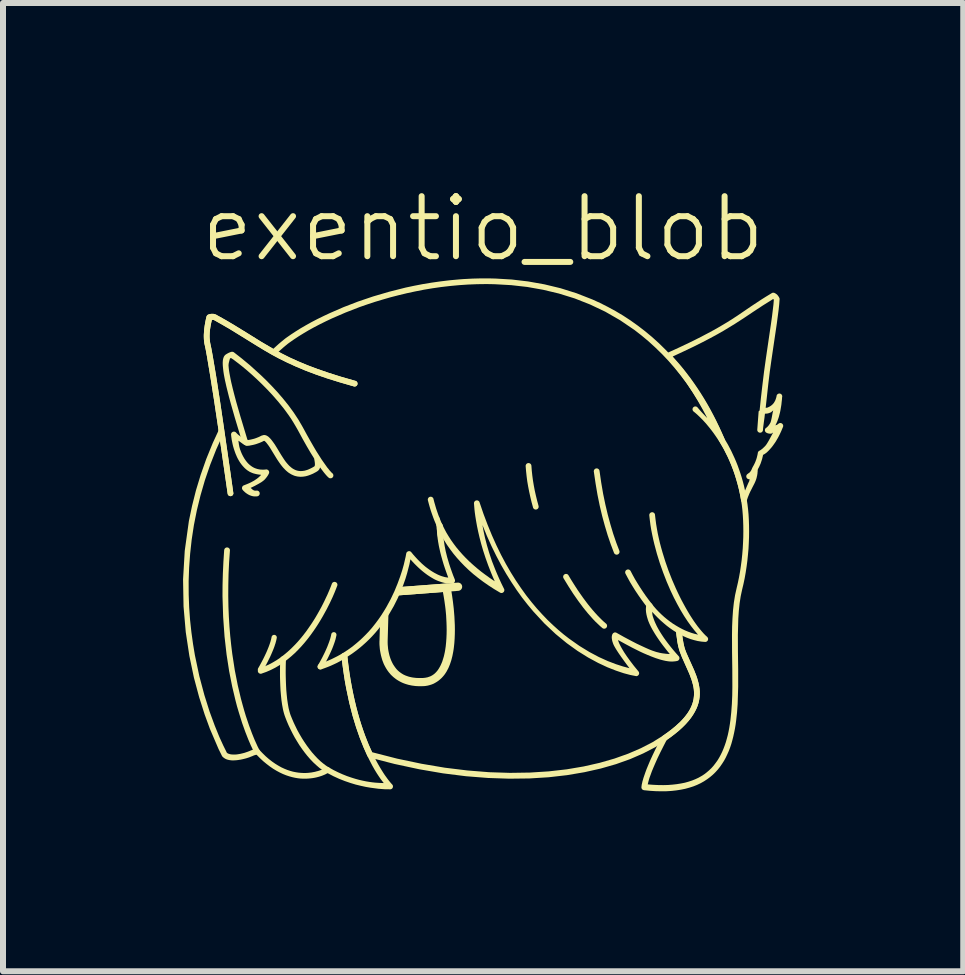
<source format=kicad_pcb>
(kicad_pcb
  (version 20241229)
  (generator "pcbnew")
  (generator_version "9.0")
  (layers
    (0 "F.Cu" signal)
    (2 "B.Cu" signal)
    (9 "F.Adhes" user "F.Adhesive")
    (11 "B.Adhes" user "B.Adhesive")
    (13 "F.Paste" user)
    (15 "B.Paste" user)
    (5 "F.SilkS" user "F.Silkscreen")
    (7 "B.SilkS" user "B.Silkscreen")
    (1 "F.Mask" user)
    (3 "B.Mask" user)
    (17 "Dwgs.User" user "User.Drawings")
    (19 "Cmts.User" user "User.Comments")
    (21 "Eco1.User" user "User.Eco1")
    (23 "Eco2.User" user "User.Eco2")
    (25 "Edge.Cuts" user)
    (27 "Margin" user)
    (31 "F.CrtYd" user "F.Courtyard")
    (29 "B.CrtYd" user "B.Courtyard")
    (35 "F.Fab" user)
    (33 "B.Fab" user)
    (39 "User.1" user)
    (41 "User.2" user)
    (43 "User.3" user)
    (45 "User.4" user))
  (footprint "exentio_blob"
    (layer "F.Cu")
    (at 4.999 5.861)
    (property "Reference" "exentio_blob" (at 0 -5.1 0) (unlocked yes) (layer "F.SilkS") (effects (font (size 1 1) (thickness 0.1))))
    (attr allow_soldermask_bridges)
    (fp_poly (pts (xy -0.415 0.796) (xy -0.412 0.796) (xy -0.408 0.797) (xy -0.405 0.797) (xy -0.402 0.798) (xy -0.398 0.799) (xy -0.395 0.8) (xy -0.392 0.801) (xy -0.389 0.802) (xy -0.386 0.804) (xy -0.383 0.805) (xy -0.38 0.807) (xy -0.378 0.809) (xy -0.375 0.811) (xy -0.373 0.813) (xy -0.37 0.815) (xy -0.368 0.817) (xy -0.366 0.82) (xy -0.364 0.822) (xy -0.362 0.825) (xy -0.36 0.827) (xy -0.358 0.83) (xy -0.356 0.833) (xy -0.355 0.836) (xy -0.354 0.839) (xy -0.352 0.842) (xy -0.351 0.846) (xy -0.351 0.849) (xy -0.35 0.852) (xy -0.349 0.856) (xy -0.349 0.859) (xy -0.349 0.863) (xy -0.349 0.866) (xy -0.349 0.87) (xy -0.349 0.873) (xy -0.35 0.876) (xy -0.351 0.88) (xy -0.351 0.883) (xy -0.352 0.886) (xy -0.353 0.889) (xy -0.355 0.892) (xy -0.356 0.895) (xy -0.358 0.898) (xy -0.359 0.901) (xy -0.361 0.904) (xy -0.363 0.906) (xy -0.365 0.909) (xy -0.367 0.911) (xy -0.37 0.914) (xy -0.372 0.916) (xy -0.375 0.918) (xy -0.377 0.92) (xy -0.38 0.922) (xy -0.383 0.924) (xy -0.386 0.925) (xy -0.389 0.927) (xy -0.392 0.928) (xy -0.395 0.929) (xy -0.398 0.93) (xy -0.401 0.931) (xy -0.405 0.932) (xy -0.408 0.932) (xy -0.412 0.933) (xy -1.448 1.012) (xy -1.391 0.87) (xy -0.422 0.796) (xy -0.422 0.796) (xy -0.419 0.796)) (stroke (width -0.000001) (type solid)) (fill yes) (layer "F.SilkS"))
    (fp_poly (pts (xy -2.319 1.969) (xy -2.317 1.969) (xy -2.314 1.969) (xy -2.312 1.97) (xy -2.31 1.97) (xy -2.307 1.971) (xy -2.305 1.972) (xy -2.303 1.972) (xy -2.301 1.973) (xy -2.299 1.974) (xy -2.297 1.976) (xy -2.295 1.977) (xy -2.293 1.978) (xy -2.291 1.98) (xy -2.289 1.981) (xy -2.287 1.983) (xy -2.286 1.984) (xy -2.284 1.986) (xy -2.283 1.988) (xy -2.281 1.99) (xy -2.28 1.992) (xy -2.279 1.994) (xy -2.278 1.996) (xy -2.277 1.998) (xy -2.276 2) (xy -2.275 2.003) (xy -2.275 2.005) (xy -2.274 2.007) (xy -2.274 2.01) (xy -2.274 2.012) (xy -2.273 2.014) (xy -2.273 2.017) (xy -2.273 2.019) (xy -2.274 2.021) (xy -2.274 2.024) (xy -2.274 2.026) (xy -2.275 2.028) (xy -2.276 2.03) (xy -2.276 2.033) (xy -2.277 2.035) (xy -2.278 2.037) (xy -2.279 2.039) (xy -2.28 2.041) (xy -2.282 2.043) (xy -2.283 2.045) (xy -2.284 2.047) (xy -2.286 2.049) (xy -2.287 2.05) (xy -2.289 2.052) (xy -2.291 2.053) (xy -2.293 2.055) (xy -2.295 2.056) (xy -2.297 2.058) (xy -2.342 2.084) (xy -2.389 2.109) (xy -2.436 2.134) (xy -2.485 2.157) (xy -2.535 2.18) (xy -2.586 2.201) (xy -2.639 2.221) (xy -2.692 2.24) (xy -2.695 2.24) (xy -2.697 2.241) (xy -2.699 2.242) (xy -2.702 2.242) (xy -2.704 2.242) (xy -2.706 2.242) (xy -2.709 2.242) (xy -2.711 2.242) (xy -2.713 2.242) (xy -2.716 2.242) (xy -2.718 2.241) (xy -2.72 2.241) (xy -2.722 2.24) (xy -2.725 2.239) (xy -2.727 2.238) (xy -2.729 2.237) (xy -2.731 2.236) (xy -2.733 2.235) (xy -2.735 2.234) (xy -2.737 2.232) (xy -2.739 2.231) (xy -2.741 2.229) (xy -2.742 2.227) (xy -2.744 2.226) (xy -2.745 2.224) (xy -2.747 2.222) (xy -2.748 2.22) (xy -2.749 2.218) (xy -2.75 2.216) (xy -2.751 2.214) (xy -2.752 2.212) (xy -2.753 2.209) (xy -2.754 2.207) (xy -2.754 2.205) (xy -2.755 2.202) (xy -2.755 2.2) (xy -2.755 2.198) (xy -2.755 2.195) (xy -2.755 2.193) (xy -2.755 2.191) (xy -2.755 2.188) (xy -2.755 2.186) (xy -2.754 2.184) (xy -2.754 2.182) (xy -2.753 2.179) (xy -2.752 2.177) (xy -2.751 2.175) (xy -2.75 2.173) (xy -2.749 2.171) (xy -2.748 2.169) (xy -2.747 2.167) (xy -2.745 2.165) (xy -2.744 2.163) (xy -2.742 2.162) (xy -2.741 2.16) (xy -2.739 2.159) (xy -2.737 2.157) (xy -2.736 2.156) (xy -2.734 2.154) (xy -2.732 2.153) (xy -2.73 2.152) (xy -2.727 2.151) (xy -2.725 2.15) (xy -2.723 2.149) (xy -2.672 2.131) (xy -2.622 2.112) (xy -2.573 2.092) (xy -2.525 2.071) (xy -2.479 2.048) (xy -2.433 2.025) (xy -2.389 2.001) (xy -2.346 1.976) (xy -2.344 1.974) (xy -2.342 1.973) (xy -2.34 1.972) (xy -2.337 1.972) (xy -2.335 1.971) (xy -2.333 1.97) (xy -2.331 1.97) (xy -2.328 1.969) (xy -2.326 1.969) (xy -2.324 1.969) (xy -2.321 1.969)) (stroke (width -0.000001) (type solid)) (fill yes) (layer "F.SilkS"))
    (fp_poly (pts (xy 0.759 -1.196) (xy 0.761 -1.196) (xy 0.764 -1.195) (xy 0.766 -1.195) (xy 0.768 -1.195) (xy 0.77 -1.194) (xy 0.773 -1.193) (xy 0.775 -1.192) (xy 0.777 -1.191) (xy 0.779 -1.19) (xy 0.781 -1.189) (xy 0.783 -1.188) (xy 0.785 -1.187) (xy 0.787 -1.185) (xy 0.789 -1.184) (xy 0.791 -1.182) (xy 0.792 -1.18) (xy 0.794 -1.179) (xy 0.795 -1.177) (xy 0.797 -1.175) (xy 0.798 -1.173) (xy 0.799 -1.171) (xy 0.8 -1.169) (xy 0.801 -1.167) (xy 0.802 -1.164) (xy 0.803 -1.162) (xy 0.803 -1.16) (xy 0.804 -1.158) (xy 0.804 -1.155) (xy 0.805 -1.153) (xy 0.805 -1.151) (xy 0.811 -1.07) (xy 0.82 -0.988) (xy 0.831 -0.905) (xy 0.845 -0.821) (xy 0.861 -0.737) (xy 0.88 -0.652) (xy 0.901 -0.567) (xy 0.924 -0.482) (xy 0.924 -0.48) (xy 0.925 -0.478) (xy 0.925 -0.475) (xy 0.925 -0.473) (xy 0.926 -0.471) (xy 0.926 -0.468) (xy 0.925 -0.466) (xy 0.925 -0.464) (xy 0.925 -0.461) (xy 0.925 -0.459) (xy 0.924 -0.457) (xy 0.923 -0.455) (xy 0.923 -0.452) (xy 0.922 -0.45) (xy 0.921 -0.448) (xy 0.92 -0.446) (xy 0.918 -0.444) (xy 0.917 -0.442) (xy 0.916 -0.44) (xy 0.914 -0.438) (xy 0.913 -0.436) (xy 0.911 -0.435) (xy 0.909 -0.433) (xy 0.907 -0.432) (xy 0.905 -0.43) (xy 0.904 -0.429) (xy 0.902 -0.428) (xy 0.899 -0.427) (xy 0.897 -0.426) (xy 0.895 -0.425) (xy 0.893 -0.424) (xy 0.891 -0.423) (xy 0.888 -0.423) (xy 0.886 -0.422) (xy 0.884 -0.422) (xy 0.881 -0.422) (xy 0.879 -0.421) (xy 0.876 -0.421) (xy 0.874 -0.422) (xy 0.872 -0.422) (xy 0.869 -0.422) (xy 0.867 -0.423) (xy 0.865 -0.423) (xy 0.863 -0.424) (xy 0.861 -0.425) (xy 0.858 -0.425) (xy 0.856 -0.426) (xy 0.854 -0.428) (xy 0.852 -0.429) (xy 0.85 -0.43) (xy 0.849 -0.431) (xy 0.847 -0.433) (xy 0.845 -0.434) (xy 0.843 -0.436) (xy 0.842 -0.438) (xy 0.84 -0.439) (xy 0.839 -0.441) (xy 0.838 -0.443) (xy 0.836 -0.445) (xy 0.835 -0.447) (xy 0.834 -0.449) (xy 0.833 -0.452) (xy 0.832 -0.454) (xy 0.832 -0.456) (xy 0.808 -0.543) (xy 0.787 -0.631) (xy 0.768 -0.717) (xy 0.751 -0.804) (xy 0.736 -0.89) (xy 0.725 -0.976) (xy 0.716 -1.061) (xy 0.709 -1.145) (xy 0.709 -1.148) (xy 0.709 -1.15) (xy 0.709 -1.153) (xy 0.71 -1.155) (xy 0.71 -1.157) (xy 0.711 -1.16) (xy 0.711 -1.162) (xy 0.712 -1.164) (xy 0.713 -1.166) (xy 0.714 -1.168) (xy 0.715 -1.17) (xy 0.716 -1.172) (xy 0.717 -1.174) (xy 0.718 -1.176) (xy 0.72 -1.178) (xy 0.721 -1.18) (xy 0.723 -1.181) (xy 0.724 -1.183) (xy 0.726 -1.185) (xy 0.728 -1.186) (xy 0.73 -1.187) (xy 0.732 -1.189) (xy 0.734 -1.19) (xy 0.736 -1.191) (xy 0.738 -1.192) (xy 0.74 -1.193) (xy 0.742 -1.194) (xy 0.745 -1.194) (xy 0.747 -1.195) (xy 0.749 -1.195) (xy 0.752 -1.196) (xy 0.754 -1.196) (xy 0.756 -1.196)) (stroke (width -0.000001) (type solid)) (fill yes) (layer "F.SilkS"))
    (fp_poly (pts (xy 1.895 -1.107) (xy 1.898 -1.107) (xy 1.9 -1.106) (xy 1.902 -1.106) (xy 1.905 -1.105) (xy 1.907 -1.105) (xy 1.909 -1.104) (xy 1.911 -1.103) (xy 1.913 -1.102) (xy 1.915 -1.101) (xy 1.917 -1.1) (xy 1.919 -1.098) (xy 1.921 -1.097) (xy 1.923 -1.095) (xy 1.925 -1.094) (xy 1.927 -1.092) (xy 1.928 -1.091) (xy 1.93 -1.089) (xy 1.931 -1.087) (xy 1.932 -1.085) (xy 1.934 -1.083) (xy 1.935 -1.081) (xy 1.936 -1.079) (xy 1.937 -1.077) (xy 1.937 -1.074) (xy 1.938 -1.072) (xy 1.939 -1.07) (xy 1.939 -1.068) (xy 1.94 -1.065) (xy 1.968 -0.871) (xy 2 -0.684) (xy 2.037 -0.506) (xy 2.077 -0.337) (xy 2.121 -0.175) (xy 2.167 -0.021) (xy 2.217 0.126) (xy 2.27 0.265) (xy 2.271 0.267) (xy 2.271 0.269) (xy 2.272 0.271) (xy 2.272 0.274) (xy 2.273 0.276) (xy 2.273 0.278) (xy 2.273 0.281) (xy 2.273 0.283) (xy 2.273 0.285) (xy 2.273 0.288) (xy 2.273 0.29) (xy 2.272 0.292) (xy 2.272 0.295) (xy 2.271 0.297) (xy 2.27 0.299) (xy 2.269 0.301) (xy 2.268 0.303) (xy 2.267 0.306) (xy 2.266 0.308) (xy 2.265 0.31) (xy 2.263 0.311) (xy 2.262 0.313) (xy 2.26 0.315) (xy 2.259 0.317) (xy 2.257 0.318) (xy 2.255 0.32) (xy 2.253 0.321) (xy 2.252 0.323) (xy 2.25 0.324) (xy 2.247 0.325) (xy 2.245 0.326) (xy 2.243 0.327) (xy 2.241 0.328) (xy 2.239 0.328) (xy 2.236 0.329) (xy 2.234 0.329) (xy 2.232 0.33) (xy 2.229 0.33) (xy 2.227 0.33) (xy 2.225 0.33) (xy 2.222 0.33) (xy 2.22 0.33) (xy 2.218 0.33) (xy 2.216 0.329) (xy 2.213 0.329) (xy 2.211 0.328) (xy 2.209 0.327) (xy 2.207 0.326) (xy 2.204 0.325) (xy 2.202 0.324) (xy 2.2 0.323) (xy 2.198 0.322) (xy 2.196 0.32) (xy 2.195 0.319) (xy 2.193 0.317) (xy 2.191 0.316) (xy 2.19 0.314) (xy 2.188 0.312) (xy 2.187 0.31) (xy 2.185 0.309) (xy 2.184 0.307) (xy 2.183 0.304) (xy 2.182 0.302) (xy 2.181 0.3) (xy 2.127 0.158) (xy 2.076 0.009) (xy 2.029 -0.148) (xy 1.984 -0.313) (xy 1.943 -0.486) (xy 1.906 -0.667) (xy 1.874 -0.856) (xy 1.845 -1.053) (xy 1.845 -1.055) (xy 1.844 -1.058) (xy 1.844 -1.06) (xy 1.845 -1.063) (xy 1.845 -1.065) (xy 1.845 -1.067) (xy 1.846 -1.07) (xy 1.846 -1.072) (xy 1.847 -1.074) (xy 1.848 -1.076) (xy 1.848 -1.078) (xy 1.849 -1.08) (xy 1.851 -1.082) (xy 1.852 -1.084) (xy 1.853 -1.086) (xy 1.854 -1.088) (xy 1.856 -1.09) (xy 1.857 -1.092) (xy 1.859 -1.093) (xy 1.861 -1.095) (xy 1.862 -1.096) (xy 1.864 -1.098) (xy 1.866 -1.099) (xy 1.868 -1.1) (xy 1.87 -1.101) (xy 1.872 -1.103) (xy 1.874 -1.103) (xy 1.877 -1.104) (xy 1.879 -1.105) (xy 1.881 -1.106) (xy 1.884 -1.106) (xy 1.886 -1.107) (xy 1.888 -1.107) (xy 1.891 -1.107) (xy 1.893 -1.107)) (stroke (width -0.000001) (type solid)) (fill yes) (layer "F.SilkS"))
    (fp_poly (pts (xy -0.871 -0.635) (xy -0.868 -0.635) (xy -0.866 -0.635) (xy -0.864 -0.634) (xy -0.862 -0.634) (xy -0.859 -0.633) (xy -0.857 -0.632) (xy -0.855 -0.631) (xy -0.853 -0.63) (xy -0.851 -0.629) (xy -0.849 -0.628) (xy -0.847 -0.627) (xy -0.845 -0.626) (xy -0.843 -0.624) (xy -0.841 -0.623) (xy -0.839 -0.621) (xy -0.838 -0.619) (xy -0.836 -0.617) (xy -0.835 -0.616) (xy -0.833 -0.614) (xy -0.832 -0.612) (xy -0.831 -0.61) (xy -0.83 -0.608) (xy -0.829 -0.605) (xy -0.828 -0.603) (xy -0.827 -0.601) (xy -0.827 -0.599) (xy -0.813 -0.544) (xy -0.797 -0.489) (xy -0.781 -0.434) (xy -0.763 -0.381) (xy -0.744 -0.327) (xy -0.723 -0.274) (xy -0.702 -0.221) (xy -0.679 -0.169) (xy -0.678 -0.167) (xy -0.677 -0.164) (xy -0.676 -0.162) (xy -0.675 -0.16) (xy -0.675 -0.157) (xy -0.675 -0.155) (xy -0.674 -0.153) (xy -0.674 -0.151) (xy -0.674 -0.148) (xy -0.674 -0.146) (xy -0.675 -0.144) (xy -0.675 -0.141) (xy -0.675 -0.139) (xy -0.676 -0.137) (xy -0.676 -0.135) (xy -0.677 -0.132) (xy -0.678 -0.13) (xy -0.679 -0.128) (xy -0.68 -0.126) (xy -0.681 -0.124) (xy -0.682 -0.122) (xy -0.684 -0.12) (xy -0.685 -0.119) (xy -0.687 -0.117) (xy -0.688 -0.115) (xy -0.69 -0.114) (xy -0.692 -0.112) (xy -0.694 -0.111) (xy -0.696 -0.109) (xy -0.698 -0.108) (xy -0.7 -0.107) (xy -0.702 -0.106) (xy -0.704 -0.105) (xy -0.707 -0.104) (xy -0.709 -0.103) (xy -0.711 -0.103) (xy -0.713 -0.102) (xy -0.716 -0.102) (xy -0.718 -0.102) (xy -0.72 -0.101) (xy -0.723 -0.101) (xy -0.725 -0.102) (xy -0.727 -0.102) (xy -0.73 -0.102) (xy -0.732 -0.102) (xy -0.734 -0.103) (xy -0.736 -0.104) (xy -0.738 -0.104) (xy -0.741 -0.105) (xy -0.743 -0.106) (xy -0.745 -0.107) (xy -0.747 -0.108) (xy -0.749 -0.11) (xy -0.75 -0.111) (xy -0.752 -0.112) (xy -0.754 -0.114) (xy -0.756 -0.116) (xy -0.757 -0.117) (xy -0.759 -0.119) (xy -0.76 -0.121) (xy -0.762 -0.123) (xy -0.763 -0.125) (xy -0.764 -0.127) (xy -0.765 -0.129) (xy -0.789 -0.184) (xy -0.812 -0.239) (xy -0.833 -0.294) (xy -0.853 -0.35) (xy -0.872 -0.406) (xy -0.889 -0.462) (xy -0.905 -0.519) (xy -0.92 -0.576) (xy -0.92 -0.578) (xy -0.921 -0.58) (xy -0.921 -0.583) (xy -0.921 -0.585) (xy -0.921 -0.587) (xy -0.921 -0.59) (xy -0.921 -0.592) (xy -0.921 -0.594) (xy -0.92 -0.597) (xy -0.92 -0.599) (xy -0.919 -0.601) (xy -0.918 -0.603) (xy -0.917 -0.606) (xy -0.916 -0.608) (xy -0.915 -0.61) (xy -0.914 -0.612) (xy -0.913 -0.614) (xy -0.912 -0.616) (xy -0.91 -0.618) (xy -0.909 -0.619) (xy -0.907 -0.621) (xy -0.905 -0.623) (xy -0.903 -0.624) (xy -0.902 -0.626) (xy -0.9 -0.627) (xy -0.898 -0.628) (xy -0.896 -0.629) (xy -0.894 -0.631) (xy -0.891 -0.631) (xy -0.889 -0.632) (xy -0.887 -0.633) (xy -0.885 -0.634) (xy -0.885 -0.634) (xy -0.882 -0.634) (xy -0.88 -0.635) (xy -0.878 -0.635) (xy -0.875 -0.635) (xy -0.873 -0.635)) (stroke (width -0.000001) (type solid)) (fill yes) (layer "F.SilkS"))
    (fp_poly (pts (xy 2.417 0.577) (xy 2.419 0.577) (xy 2.421 0.577) (xy 2.423 0.578) (xy 2.426 0.578) (xy 2.428 0.579) (xy 2.43 0.579) (xy 2.432 0.58) (xy 2.434 0.581) (xy 2.436 0.582) (xy 2.438 0.583) (xy 2.44 0.584) (xy 2.442 0.586) (xy 2.444 0.587) (xy 2.446 0.588) (xy 2.448 0.59) (xy 2.449 0.592) (xy 2.451 0.593) (xy 2.452 0.595) (xy 2.454 0.597) (xy 2.455 0.599) (xy 2.457 0.601) (xy 2.458 0.603) (xy 2.493 0.67) (xy 2.531 0.739) (xy 2.573 0.808) (xy 2.617 0.878) (xy 2.663 0.948) (xy 2.712 1.019) (xy 2.763 1.088) (xy 2.816 1.158) (xy 2.818 1.16) (xy 2.819 1.162) (xy 2.82 1.164) (xy 2.821 1.166) (xy 2.822 1.168) (xy 2.823 1.17) (xy 2.824 1.172) (xy 2.825 1.175) (xy 2.825 1.177) (xy 2.826 1.179) (xy 2.826 1.181) (xy 2.826 1.184) (xy 2.826 1.186) (xy 2.826 1.188) (xy 2.826 1.191) (xy 2.826 1.193) (xy 2.826 1.196) (xy 2.825 1.198) (xy 2.825 1.2) (xy 2.824 1.202) (xy 2.823 1.205) (xy 2.822 1.207) (xy 2.821 1.209) (xy 2.82 1.211) (xy 2.819 1.213) (xy 2.818 1.215) (xy 2.816 1.217) (xy 2.815 1.219) (xy 2.813 1.22) (xy 2.812 1.222) (xy 2.81 1.224) (xy 2.808 1.225) (xy 2.806 1.227) (xy 2.804 1.228) (xy 2.802 1.229) (xy 2.8 1.23) (xy 2.798 1.231) (xy 2.796 1.232) (xy 2.793 1.233) (xy 2.791 1.233) (xy 2.789 1.234) (xy 2.787 1.234) (xy 2.784 1.235) (xy 2.782 1.235) (xy 2.78 1.235) (xy 2.777 1.235) (xy 2.775 1.235) (xy 2.773 1.235) (xy 2.77 1.234) (xy 2.768 1.234) (xy 2.766 1.233) (xy 2.763 1.233) (xy 2.761 1.232) (xy 2.759 1.231) (xy 2.757 1.23) (xy 2.755 1.229) (xy 2.753 1.228) (xy 2.751 1.226) (xy 2.749 1.225) (xy 2.747 1.223) (xy 2.745 1.222) (xy 2.744 1.22) (xy 2.742 1.218) (xy 2.741 1.217) (xy 2.687 1.146) (xy 2.634 1.074) (xy 2.584 1.002) (xy 2.536 0.93) (xy 2.491 0.858) (xy 2.448 0.787) (xy 2.409 0.716) (xy 2.372 0.646) (xy 2.371 0.644) (xy 2.37 0.642) (xy 2.37 0.64) (xy 2.369 0.638) (xy 2.368 0.635) (xy 2.368 0.633) (xy 2.368 0.631) (xy 2.367 0.628) (xy 2.367 0.626) (xy 2.367 0.624) (xy 2.367 0.621) (xy 2.368 0.619) (xy 2.368 0.617) (xy 2.368 0.614) (xy 2.369 0.612) (xy 2.37 0.61) (xy 2.37 0.608) (xy 2.371 0.605) (xy 2.372 0.603) (xy 2.373 0.601) (xy 2.375 0.599) (xy 2.376 0.597) (xy 2.377 0.595) (xy 2.379 0.594) (xy 2.38 0.592) (xy 2.382 0.59) (xy 2.384 0.589) (xy 2.386 0.587) (xy 2.388 0.586) (xy 2.389 0.584) (xy 2.392 0.583) (xy 2.394 0.582) (xy 2.394 0.582) (xy 2.396 0.581) (xy 2.398 0.58) (xy 2.4 0.579) (xy 2.403 0.579) (xy 2.405 0.578) (xy 2.407 0.578) (xy 2.41 0.577) (xy 2.412 0.577) (xy 2.414 0.577)) (stroke (width -0.000001) (type solid)) (fill yes) (layer "F.SilkS"))
    (fp_poly (pts (xy -0.752 -0.298) (xy -0.75 -0.298) (xy -0.749 -0.298) (xy -0.748 -0.298) (xy -0.746 -0.298) (xy -0.745 -0.297) (xy -0.744 -0.297) (xy -0.743 -0.296) (xy -0.741 -0.296) (xy -0.74 -0.295) (xy -0.739 -0.295) (xy -0.738 -0.294) (xy -0.737 -0.293) (xy -0.736 -0.292) (xy -0.735 -0.291) (xy -0.734 -0.291) (xy -0.733 -0.29) (xy -0.732 -0.289) (xy -0.731 -0.288) (xy -0.731 -0.287) (xy -0.73 -0.285) (xy -0.729 -0.284) (xy -0.729 -0.283) (xy -0.728 -0.282) (xy -0.727 -0.281) (xy -0.727 -0.279) (xy -0.727 -0.278) (xy -0.726 -0.277) (xy -0.726 -0.276) (xy -0.726 -0.274) (xy -0.726 -0.273) (xy -0.726 -0.271) (xy -0.726 -0.27) (xy -0.725 -0.203) (xy -0.717 -0.114) (xy -0.703 -0.004) (xy -0.68 0.122) (xy -0.648 0.264) (xy -0.606 0.418) (xy -0.582 0.499) (xy -0.554 0.582) (xy -0.524 0.666) (xy -0.49 0.753) (xy -0.49 0.754) (xy -0.489 0.755) (xy -0.489 0.757) (xy -0.489 0.758) (xy -0.488 0.759) (xy -0.488 0.761) (xy -0.488 0.762) (xy -0.488 0.763) (xy -0.488 0.765) (xy -0.488 0.766) (xy -0.489 0.767) (xy -0.489 0.769) (xy -0.489 0.77) (xy -0.49 0.771) (xy -0.49 0.772) (xy -0.49 0.774) (xy -0.491 0.775) (xy -0.492 0.776) (xy -0.492 0.777) (xy -0.493 0.778) (xy -0.494 0.779) (xy -0.495 0.78) (xy -0.495 0.781) (xy -0.496 0.782) (xy -0.497 0.783) (xy -0.498 0.784) (xy -0.499 0.785) (xy -0.5 0.786) (xy -0.502 0.786) (xy -0.503 0.787) (xy -0.504 0.788) (xy -0.505 0.788) (xy -0.507 0.789) (xy -0.508 0.789) (xy -0.509 0.79) (xy -0.511 0.79) (xy -0.512 0.79) (xy -0.513 0.79) (xy -0.515 0.79) (xy -0.516 0.79) (xy -0.517 0.79) (xy -0.519 0.79) (xy -0.52 0.79) (xy -0.521 0.79) (xy -0.523 0.789) (xy -0.524 0.789) (xy -0.525 0.788) (xy -0.526 0.788) (xy -0.527 0.787) (xy -0.529 0.787) (xy -0.53 0.786) (xy -0.531 0.785) (xy -0.532 0.785) (xy -0.533 0.784) (xy -0.534 0.783) (xy -0.535 0.782) (xy -0.536 0.781) (xy -0.537 0.78) (xy -0.538 0.779) (xy -0.538 0.778) (xy -0.539 0.777) (xy -0.54 0.776) (xy -0.54 0.774) (xy -0.541 0.773) (xy -0.575 0.686) (xy -0.606 0.6) (xy -0.634 0.516) (xy -0.659 0.434) (xy -0.681 0.355) (xy -0.701 0.279) (xy -0.719 0.205) (xy -0.734 0.135) (xy -0.746 0.069) (xy -0.757 0.006) (xy -0.765 -0.052) (xy -0.772 -0.106) (xy -0.776 -0.155) (xy -0.779 -0.199) (xy -0.781 -0.238) (xy -0.78 -0.272) (xy -0.78 -0.273) (xy -0.78 -0.275) (xy -0.78 -0.276) (xy -0.779 -0.277) (xy -0.779 -0.279) (xy -0.779 -0.28) (xy -0.778 -0.281) (xy -0.778 -0.282) (xy -0.777 -0.284) (xy -0.776 -0.285) (xy -0.776 -0.286) (xy -0.775 -0.287) (xy -0.774 -0.288) (xy -0.773 -0.289) (xy -0.772 -0.29) (xy -0.771 -0.291) (xy -0.77 -0.292) (xy -0.769 -0.293) (xy -0.768 -0.294) (xy -0.767 -0.294) (xy -0.766 -0.295) (xy -0.765 -0.296) (xy -0.764 -0.296) (xy -0.762 -0.297) (xy -0.761 -0.297) (xy -0.76 -0.297) (xy -0.759 -0.298) (xy -0.757 -0.298) (xy -0.756 -0.298) (xy -0.755 -0.298) (xy -0.753 -0.298)) (stroke (width -0.000001) (type solid)) (fill yes) (layer "F.SilkS"))
    (fp_poly (pts (xy 1.385 0.651) (xy 1.387 0.651) (xy 1.389 0.652) (xy 1.392 0.652) (xy 1.394 0.653) (xy 1.396 0.653) (xy 1.398 0.654) (xy 1.401 0.655) (xy 1.403 0.656) (xy 1.405 0.657) (xy 1.407 0.658) (xy 1.409 0.659) (xy 1.411 0.661) (xy 1.413 0.662) (xy 1.414 0.664) (xy 1.416 0.666) (xy 1.418 0.667) (xy 1.419 0.669) (xy 1.421 0.671) (xy 1.422 0.673) (xy 1.423 0.675) (xy 1.462 0.741) (xy 1.502 0.805) (xy 1.542 0.868) (xy 1.582 0.929) (xy 1.623 0.988) (xy 1.663 1.045) (xy 1.703 1.099) (xy 1.743 1.152) (xy 1.783 1.202) (xy 1.823 1.25) (xy 1.862 1.295) (xy 1.901 1.338) (xy 1.939 1.377) (xy 1.976 1.414) (xy 2.012 1.448) (xy 2.048 1.479) (xy 2.05 1.481) (xy 2.052 1.482) (xy 2.053 1.484) (xy 2.055 1.486) (xy 2.056 1.488) (xy 2.058 1.49) (xy 2.059 1.492) (xy 2.06 1.494) (xy 2.061 1.496) (xy 2.062 1.498) (xy 2.063 1.5) (xy 2.064 1.502) (xy 2.064 1.505) (xy 2.065 1.507) (xy 2.065 1.509) (xy 2.065 1.512) (xy 2.065 1.514) (xy 2.065 1.516) (xy 2.065 1.519) (xy 2.065 1.521) (xy 2.065 1.523) (xy 2.064 1.526) (xy 2.064 1.528) (xy 2.063 1.53) (xy 2.063 1.532) (xy 2.062 1.535) (xy 2.061 1.537) (xy 2.06 1.539) (xy 2.058 1.541) (xy 2.057 1.543) (xy 2.056 1.545) (xy 2.054 1.547) (xy 2.053 1.549) (xy 2.051 1.55) (xy 2.049 1.552) (xy 2.047 1.553) (xy 2.046 1.555) (xy 2.044 1.556) (xy 2.042 1.557) (xy 2.04 1.559) (xy 2.037 1.56) (xy 2.035 1.56) (xy 2.033 1.561) (xy 2.031 1.562) (xy 2.029 1.563) (xy 2.027 1.563) (xy 2.024 1.563) (xy 2.022 1.564) (xy 2.02 1.564) (xy 2.017 1.564) (xy 2.015 1.564) (xy 2.013 1.564) (xy 2.011 1.563) (xy 2.008 1.563) (xy 2.006 1.562) (xy 2.004 1.562) (xy 2.002 1.561) (xy 1.999 1.56) (xy 1.997 1.559) (xy 1.995 1.558) (xy 1.993 1.557) (xy 1.991 1.556) (xy 1.989 1.554) (xy 1.987 1.553) (xy 1.949 1.52) (xy 1.91 1.483) (xy 1.87 1.445) (xy 1.83 1.403) (xy 1.79 1.358) (xy 1.749 1.312) (xy 1.708 1.262) (xy 1.667 1.211) (xy 1.585 1.101) (xy 1.502 0.982) (xy 1.421 0.856) (xy 1.34 0.723) (xy 1.339 0.721) (xy 1.338 0.719) (xy 1.337 0.717) (xy 1.336 0.714) (xy 1.336 0.712) (xy 1.335 0.71) (xy 1.335 0.708) (xy 1.334 0.705) (xy 1.334 0.703) (xy 1.334 0.701) (xy 1.334 0.698) (xy 1.334 0.696) (xy 1.334 0.694) (xy 1.335 0.691) (xy 1.335 0.689) (xy 1.335 0.687) (xy 1.336 0.685) (xy 1.337 0.683) (xy 1.338 0.68) (xy 1.339 0.678) (xy 1.34 0.676) (xy 1.341 0.674) (xy 1.342 0.672) (xy 1.343 0.67) (xy 1.345 0.669) (xy 1.346 0.667) (xy 1.348 0.665) (xy 1.35 0.664) (xy 1.352 0.662) (xy 1.353 0.66) (xy 1.355 0.659) (xy 1.358 0.658) (xy 1.358 0.658) (xy 1.36 0.657) (xy 1.362 0.656) (xy 1.364 0.655) (xy 1.366 0.654) (xy 1.368 0.653) (xy 1.371 0.652) (xy 1.373 0.652) (xy 1.375 0.652) (xy 1.378 0.651) (xy 1.38 0.651) (xy 1.382 0.651)) (stroke (width -0.000001) (type solid)) (fill yes) (layer "F.SilkS"))
    (fp_poly (pts (xy -3.48 1.667) (xy -3.478 1.667) (xy -3.475 1.667) (xy -3.473 1.667) (xy -3.473 1.667) (xy -3.471 1.668) (xy -3.469 1.668) (xy -3.467 1.669) (xy -3.465 1.67) (xy -3.463 1.671) (xy -3.461 1.671) (xy -3.459 1.672) (xy -3.457 1.674) (xy -3.455 1.675) (xy -3.454 1.676) (xy -3.452 1.677) (xy -3.451 1.679) (xy -3.449 1.68) (xy -3.448 1.682) (xy -3.446 1.684) (xy -3.445 1.685) (xy -3.444 1.687) (xy -3.443 1.689) (xy -3.442 1.691) (xy -3.441 1.692) (xy -3.44 1.694) (xy -3.44 1.696) (xy -3.439 1.698) (xy -3.438 1.7) (xy -3.438 1.703) (xy -3.438 1.705) (xy -3.437 1.707) (xy -3.437 1.709) (xy -3.437 1.711) (xy -3.437 1.713) (xy -3.438 1.716) (xy -3.438 1.718) (xy -3.442 1.739) (xy -3.447 1.762) (xy -3.453 1.784) (xy -3.459 1.807) (xy -3.467 1.83) (xy -3.474 1.853) (xy -3.491 1.899) (xy -3.51 1.945) (xy -3.529 1.99) (xy -3.549 2.034) (xy -3.57 2.076) (xy -3.589 2.115) (xy -3.608 2.151) (xy -3.625 2.184) (xy -3.641 2.212) (xy -3.654 2.235) (xy -3.663 2.252) (xy -3.672 2.266) (xy -3.673 2.268) (xy -3.674 2.27) (xy -3.676 2.272) (xy -3.677 2.274) (xy -3.679 2.275) (xy -3.68 2.277) (xy -3.682 2.278) (xy -3.683 2.279) (xy -3.685 2.28) (xy -3.687 2.282) (xy -3.689 2.283) (xy -3.691 2.284) (xy -3.693 2.284) (xy -3.695 2.285) (xy -3.697 2.286) (xy -3.699 2.286) (xy -3.701 2.287) (xy -3.703 2.287) (xy -3.705 2.287) (xy -3.707 2.288) (xy -3.709 2.288) (xy -3.711 2.288) (xy -3.713 2.287) (xy -3.715 2.287) (xy -3.717 2.287) (xy -3.72 2.286) (xy -3.722 2.286) (xy -3.724 2.285) (xy -3.726 2.284) (xy -3.728 2.284) (xy -3.73 2.283) (xy -3.732 2.281) (xy -3.734 2.28) (xy -3.735 2.279) (xy -3.737 2.278) (xy -3.739 2.276) (xy -3.74 2.275) (xy -3.742 2.273) (xy -3.743 2.272) (xy -3.745 2.27) (xy -3.746 2.268) (xy -3.747 2.266) (xy -3.748 2.264) (xy -3.749 2.263) (xy -3.75 2.261) (xy -3.751 2.259) (xy -3.751 2.257) (xy -3.752 2.255) (xy -3.752 2.253) (xy -3.753 2.251) (xy -3.753 2.249) (xy -3.753 2.246) (xy -3.753 2.244) (xy -3.753 2.242) (xy -3.753 2.24) (xy -3.753 2.238) (xy -3.752 2.236) (xy -3.752 2.234) (xy -3.751 2.232) (xy -3.751 2.23) (xy -3.75 2.228) (xy -3.749 2.226) (xy -3.748 2.224) (xy -3.747 2.222) (xy -3.717 2.169) (xy -3.686 2.111) (xy -3.667 2.075) (xy -3.648 2.037) (xy -3.629 1.997) (xy -3.609 1.954) (xy -3.591 1.911) (xy -3.573 1.867) (xy -3.557 1.823) (xy -3.543 1.781) (xy -3.538 1.761) (xy -3.532 1.741) (xy -3.528 1.721) (xy -3.524 1.703) (xy -3.524 1.701) (xy -3.523 1.699) (xy -3.523 1.696) (xy -3.522 1.694) (xy -3.521 1.692) (xy -3.52 1.691) (xy -3.519 1.689) (xy -3.518 1.687) (xy -3.517 1.685) (xy -3.516 1.683) (xy -3.514 1.682) (xy -3.513 1.68) (xy -3.511 1.679) (xy -3.51 1.677) (xy -3.508 1.676) (xy -3.506 1.674) (xy -3.504 1.673) (xy -3.502 1.672) (xy -3.501 1.671) (xy -3.499 1.67) (xy -3.497 1.669) (xy -3.495 1.669) (xy -3.493 1.668) (xy -3.49 1.668) (xy -3.488 1.667) (xy -3.486 1.667) (xy -3.484 1.667) (xy -3.482 1.667)) (stroke (width -0.000001) (type solid)) (fill yes) (layer "F.SilkS"))
    (fp_poly (pts (xy -2.485 1.621) (xy -2.483 1.621) (xy -2.481 1.622) (xy -2.479 1.622) (xy -2.479 1.622) (xy -2.477 1.622) (xy -2.475 1.623) (xy -2.473 1.624) (xy -2.47 1.624) (xy -2.468 1.625) (xy -2.467 1.626) (xy -2.465 1.627) (xy -2.463 1.628) (xy -2.461 1.629) (xy -2.459 1.631) (xy -2.458 1.632) (xy -2.456 1.633) (xy -2.455 1.635) (xy -2.453 1.636) (xy -2.452 1.638) (xy -2.451 1.64) (xy -2.45 1.642) (xy -2.449 1.643) (xy -2.448 1.645) (xy -2.447 1.647) (xy -2.446 1.649) (xy -2.445 1.651) (xy -2.445 1.653) (xy -2.444 1.655) (xy -2.444 1.657) (xy -2.443 1.659) (xy -2.443 1.661) (xy -2.443 1.664) (xy -2.443 1.666) (xy -2.443 1.668) (xy -2.443 1.67) (xy -2.443 1.672) (xy -2.448 1.694) (xy -2.453 1.716) (xy -2.458 1.739) (xy -2.465 1.761) (xy -2.472 1.784) (xy -2.48 1.807) (xy -2.497 1.854) (xy -2.515 1.9) (xy -2.535 1.945) (xy -2.555 1.988) (xy -2.575 2.03) (xy -2.595 2.07) (xy -2.614 2.106) (xy -2.631 2.138) (xy -2.646 2.166) (xy -2.659 2.189) (xy -2.669 2.207) (xy -2.677 2.221) (xy -2.679 2.223) (xy -2.68 2.225) (xy -2.681 2.227) (xy -2.683 2.228) (xy -2.684 2.23) (xy -2.686 2.231) (xy -2.687 2.233) (xy -2.689 2.234) (xy -2.691 2.235) (xy -2.693 2.236) (xy -2.695 2.237) (xy -2.696 2.238) (xy -2.698 2.239) (xy -2.7 2.24) (xy -2.702 2.24) (xy -2.704 2.241) (xy -2.706 2.241) (xy -2.708 2.242) (xy -2.71 2.242) (xy -2.713 2.242) (xy -2.715 2.242) (xy -2.717 2.242) (xy -2.719 2.242) (xy -2.721 2.242) (xy -2.723 2.241) (xy -2.725 2.241) (xy -2.727 2.24) (xy -2.729 2.24) (xy -2.731 2.239) (xy -2.733 2.238) (xy -2.735 2.237) (xy -2.737 2.236) (xy -2.739 2.235) (xy -2.741 2.234) (xy -2.743 2.232) (xy -2.744 2.231) (xy -2.746 2.229) (xy -2.747 2.228) (xy -2.749 2.226) (xy -2.75 2.224) (xy -2.751 2.223) (xy -2.753 2.221) (xy -2.754 2.219) (xy -2.755 2.217) (xy -2.755 2.215) (xy -2.756 2.213) (xy -2.757 2.211) (xy -2.757 2.209) (xy -2.758 2.207) (xy -2.758 2.205) (xy -2.758 2.203) (xy -2.759 2.201) (xy -2.759 2.199) (xy -2.759 2.197) (xy -2.759 2.195) (xy -2.758 2.193) (xy -2.758 2.19) (xy -2.758 2.188) (xy -2.757 2.186) (xy -2.756 2.184) (xy -2.756 2.182) (xy -2.755 2.18) (xy -2.754 2.178) (xy -2.753 2.176) (xy -2.723 2.124) (xy -2.691 2.065) (xy -2.673 2.03) (xy -2.654 1.992) (xy -2.634 1.951) (xy -2.615 1.909) (xy -2.596 1.865) (xy -2.579 1.821) (xy -2.563 1.778) (xy -2.549 1.736) (xy -2.543 1.715) (xy -2.538 1.695) (xy -2.533 1.676) (xy -2.53 1.657) (xy -2.529 1.655) (xy -2.529 1.653) (xy -2.528 1.651) (xy -2.528 1.649) (xy -2.527 1.647) (xy -2.526 1.645) (xy -2.525 1.643) (xy -2.524 1.641) (xy -2.522 1.64) (xy -2.521 1.638) (xy -2.52 1.636) (xy -2.518 1.635) (xy -2.517 1.633) (xy -2.515 1.632) (xy -2.514 1.63) (xy -2.512 1.629) (xy -2.51 1.628) (xy -2.508 1.627) (xy -2.506 1.626) (xy -2.504 1.625) (xy -2.502 1.624) (xy -2.5 1.623) (xy -2.498 1.623) (xy -2.496 1.622) (xy -2.494 1.622) (xy -2.492 1.621) (xy -2.49 1.621) (xy -2.488 1.621)) (stroke (width -0.000001) (type solid)) (fill yes) (layer "F.SilkS"))
    (fp_poly (pts (xy -4.265 0.21) (xy -4.262 0.21) (xy -4.262 0.21) (xy -4.26 0.21) (xy -4.257 0.211) (xy -4.255 0.211) (xy -4.253 0.212) (xy -4.251 0.212) (xy -4.248 0.213) (xy -4.246 0.214) (xy -4.244 0.215) (xy -4.242 0.216) (xy -4.24 0.218) (xy -4.238 0.219) (xy -4.236 0.22) (xy -4.234 0.222) (xy -4.233 0.223) (xy -4.231 0.225) (xy -4.229 0.227) (xy -4.228 0.229) (xy -4.226 0.231) (xy -4.225 0.232) (xy -4.224 0.234) (xy -4.223 0.237) (xy -4.222 0.239) (xy -4.221 0.241) (xy -4.22 0.243) (xy -4.22 0.245) (xy -4.219 0.248) (xy -4.219 0.25) (xy -4.218 0.252) (xy -4.218 0.255) (xy -4.218 0.257) (xy -4.218 0.259) (xy -4.218 0.262) (xy -4.232 0.46) (xy -4.241 0.652) (xy -4.245 0.838) (xy -4.246 1.019) (xy -4.243 1.195) (xy -4.236 1.364) (xy -4.226 1.527) (xy -4.213 1.685) (xy -4.197 1.837) (xy -4.179 1.983) (xy -4.137 2.256) (xy -4.088 2.505) (xy -4.035 2.729) (xy -4.007 2.832) (xy -3.98 2.928) (xy -3.953 3.018) (xy -3.925 3.101) (xy -3.899 3.178) (xy -3.873 3.248) (xy -3.849 3.312) (xy -3.826 3.369) (xy -3.805 3.42) (xy -3.785 3.464) (xy -3.754 3.532) (xy -3.733 3.573) (xy -3.726 3.586) (xy -3.725 3.589) (xy -3.724 3.591) (xy -3.723 3.593) (xy -3.722 3.595) (xy -3.721 3.597) (xy -3.721 3.6) (xy -3.72 3.602) (xy -3.72 3.604) (xy -3.72 3.607) (xy -3.72 3.609) (xy -3.72 3.611) (xy -3.72 3.614) (xy -3.72 3.616) (xy -3.721 3.618) (xy -3.721 3.621) (xy -3.722 3.623) (xy -3.722 3.625) (xy -3.723 3.627) (xy -3.724 3.629) (xy -3.725 3.632) (xy -3.726 3.634) (xy -3.727 3.636) (xy -3.729 3.638) (xy -3.73 3.639) (xy -3.732 3.641) (xy -3.733 3.643) (xy -3.735 3.645) (xy -3.737 3.646) (xy -3.738 3.648) (xy -3.74 3.649) (xy -3.742 3.65) (xy -3.744 3.652) (xy -3.746 3.653) (xy -3.749 3.654) (xy -3.751 3.655) (xy -3.753 3.655) (xy -3.755 3.656) (xy -3.757 3.657) (xy -3.76 3.657) (xy -3.762 3.657) (xy -3.764 3.658) (xy -3.767 3.658) (xy -3.769 3.658) (xy -3.771 3.657) (xy -3.774 3.657) (xy -3.776 3.657) (xy -3.778 3.656) (xy -3.781 3.656) (xy -3.783 3.655) (xy -3.785 3.654) (xy -3.787 3.653) (xy -3.789 3.652) (xy -3.791 3.651) (xy -3.793 3.65) (xy -3.795 3.649) (xy -3.797 3.647) (xy -3.799 3.646) (xy -3.801 3.644) (xy -3.802 3.643) (xy -3.804 3.641) (xy -3.805 3.639) (xy -3.807 3.637) (xy -3.808 3.635) (xy -3.809 3.633) (xy -3.838 3.576) (xy -3.871 3.506) (xy -3.913 3.408) (xy -3.962 3.283) (xy -4.016 3.132) (xy -4.071 2.955) (xy -4.1 2.857) (xy -4.127 2.753) (xy -4.181 2.525) (xy -4.231 2.272) (xy -4.274 1.995) (xy -4.308 1.694) (xy -4.331 1.369) (xy -4.342 1.02) (xy -4.341 0.837) (xy -4.336 0.648) (xy -4.327 0.454) (xy -4.314 0.254) (xy -4.313 0.251) (xy -4.313 0.249) (xy -4.312 0.247) (xy -4.312 0.244) (xy -4.311 0.242) (xy -4.31 0.24) (xy -4.309 0.238) (xy -4.308 0.236) (xy -4.307 0.234) (xy -4.306 0.232) (xy -4.305 0.23) (xy -4.303 0.228) (xy -4.302 0.226) (xy -4.3 0.225) (xy -4.299 0.223) (xy -4.297 0.221) (xy -4.295 0.22) (xy -4.293 0.219) (xy -4.291 0.217) (xy -4.289 0.216) (xy -4.287 0.215) (xy -4.285 0.214) (xy -4.283 0.213) (xy -4.281 0.212) (xy -4.279 0.212) (xy -4.276 0.211) (xy -4.274 0.211) (xy -4.272 0.21) (xy -4.269 0.21) (xy -4.267 0.21)) (stroke (width -0.000001) (type solid)) (fill yes) (layer "F.SilkS"))
    (fp_poly (pts (xy 3.215 1.559) (xy 3.219 1.562) (xy 3.227 1.567) (xy 3.236 1.573) (xy 3.241 1.577) (xy 3.247 1.581) (xy 3.253 1.587) (xy 3.26 1.594) (xy 3.268 1.602) (xy 3.276 1.612) (xy 3.285 1.624) (xy 3.295 1.638) (xy 3.306 1.654) (xy 3.318 1.672) (xy 3.322 1.706) (xy 3.327 1.74) (xy 3.333 1.774) (xy 3.339 1.807) (xy 3.346 1.839) (xy 3.353 1.869) (xy 3.361 1.896) (xy 3.365 1.909) (xy 3.369 1.92) (xy 3.385 1.962) (xy 3.403 2.003) (xy 3.44 2.086) (xy 3.478 2.17) (xy 3.516 2.255) (xy 3.533 2.298) (xy 3.55 2.341) (xy 3.565 2.384) (xy 3.578 2.429) (xy 3.59 2.473) (xy 3.599 2.518) (xy 3.606 2.564) (xy 3.61 2.611) (xy 3.61 2.658) (xy 3.607 2.705) (xy 3.6 2.753) (xy 3.589 2.802) (xy 3.574 2.851) (xy 3.553 2.9) (xy 3.528 2.95) (xy 3.498 3.001) (xy 3.463 3.052) (xy 3.422 3.104) (xy 3.376 3.156) (xy 3.323 3.209) (xy 3.264 3.263) (xy 3.198 3.317) (xy 3.126 3.372) (xy 3.047 3.428) (xy 2.867 3.539) (xy 2.668 3.642) (xy 2.45 3.737) (xy 2.214 3.821) (xy 1.96 3.894) (xy 1.688 3.955) (xy 1.4 4.004) (xy 1.094 4.039) (xy 0.772 4.059) (xy 0.435 4.063) (xy 0.082 4.051) (xy -0.286 4.022) (xy -0.668 3.974) (xy -1.064 3.906) (xy -1.474 3.818) (xy -1.898 3.709) (xy -1.9 3.708) (xy -1.903 3.707) (xy -1.905 3.706) (xy -1.907 3.705) (xy -1.909 3.704) (xy -1.912 3.703) (xy -1.914 3.701) (xy -1.916 3.7) (xy -1.917 3.698) (xy -1.919 3.696) (xy -1.921 3.694) (xy -1.923 3.692) (xy -1.924 3.69) (xy -1.925 3.688) (xy -1.927 3.686) (xy -1.928 3.683) (xy -1.99 3.544) (xy -2.053 3.387) (xy -2.115 3.211) (xy -2.174 3.017) (xy -2.229 2.803) (xy -2.278 2.571) (xy -2.301 2.448) (xy -2.321 2.32) (xy -2.34 2.187) (xy -2.356 2.049) (xy -2.264 2.007) (xy -2.249 2.144) (xy -2.231 2.276) (xy -2.211 2.403) (xy -2.189 2.525) (xy -2.166 2.642) (xy -2.141 2.754) (xy -2.115 2.862) (xy -2.088 2.965) (xy -2.06 3.063) (xy -2.031 3.157) (xy -2.001 3.246) (xy -1.971 3.33) (xy -1.94 3.41) (xy -1.91 3.485) (xy -1.849 3.622) (xy -1.432 3.729) (xy -1.027 3.814) (xy -0.637 3.88) (xy -0.261 3.926) (xy 0.101 3.955) (xy 0.448 3.966) (xy 0.779 3.961) (xy 1.094 3.941) (xy 1.393 3.907) (xy 1.676 3.859) (xy 1.941 3.799) (xy 2.188 3.728) (xy 2.418 3.646) (xy 2.629 3.555) (xy 2.821 3.456) (xy 2.993 3.349) (xy 3.07 3.295) (xy 3.139 3.243) (xy 3.201 3.192) (xy 3.256 3.142) (xy 3.282 3.118) (xy 3.306 3.094) (xy 3.328 3.07) (xy 3.349 3.046) (xy 3.368 3.023) (xy 3.386 2.999) (xy 3.403 2.977) (xy 3.418 2.954) (xy 3.432 2.931) (xy 3.445 2.909) (xy 3.456 2.887) (xy 3.467 2.865) (xy 3.476 2.844) (xy 3.484 2.822) (xy 3.491 2.801) (xy 3.497 2.78) (xy 3.507 2.738) (xy 3.512 2.697) (xy 3.515 2.656) (xy 3.514 2.616) (xy 3.511 2.575) (xy 3.505 2.535) (xy 3.496 2.495) (xy 3.485 2.455) (xy 3.473 2.415) (xy 3.458 2.374) (xy 3.443 2.333) (xy 3.426 2.293) (xy 3.352 2.126) (xy 3.314 2.041) (xy 3.297 1.998) (xy 3.28 1.954) (xy 3.275 1.939) (xy 3.27 1.924) (xy 3.261 1.893) (xy 3.252 1.86) (xy 3.245 1.825) (xy 3.238 1.79) (xy 3.233 1.754) (xy 3.228 1.718) (xy 3.223 1.683) (xy 3.219 1.649) (xy 3.216 1.616) (xy 3.214 1.584) (xy 3.213 1.57) (xy 3.212 1.556)) (stroke (width -0.000001) (type solid)) (fill yes) (layer "F.SilkS"))
    (fp_poly (pts (xy -2.473 0.784) (xy -2.471 0.784) (xy -2.468 0.785) (xy -2.466 0.785) (xy -2.464 0.786) (xy -2.461 0.786) (xy -2.459 0.787) (xy -2.459 0.787) (xy -2.457 0.788) (xy -2.455 0.789) (xy -2.453 0.79) (xy -2.451 0.791) (xy -2.449 0.792) (xy -2.447 0.793) (xy -2.445 0.795) (xy -2.443 0.796) (xy -2.441 0.798) (xy -2.44 0.8) (xy -2.438 0.801) (xy -2.437 0.803) (xy -2.435 0.805) (xy -2.434 0.807) (xy -2.433 0.809) (xy -2.432 0.811) (xy -2.431 0.814) (xy -2.43 0.816) (xy -2.429 0.818) (xy -2.429 0.82) (xy -2.428 0.823) (xy -2.428 0.825) (xy -2.427 0.827) (xy -2.427 0.829) (xy -2.427 0.832) (xy -2.427 0.834) (xy -2.427 0.837) (xy -2.428 0.839) (xy -2.428 0.841) (xy -2.429 0.843) (xy -2.429 0.846) (xy -2.43 0.848) (xy -2.45 0.9) (xy -2.474 0.96) (xy -2.508 1.039) (xy -2.552 1.133) (xy -2.606 1.24) (xy -2.67 1.356) (xy -2.705 1.416) (xy -2.743 1.478) (xy -2.783 1.54) (xy -2.826 1.603) (xy -2.871 1.666) (xy -2.919 1.729) (xy -2.969 1.791) (xy -3.022 1.852) (xy -3.077 1.911) (xy -3.135 1.969) (xy -3.196 2.024) (xy -3.259 2.076) (xy -3.324 2.126) (xy -3.392 2.172) (xy -3.463 2.214) (xy -3.536 2.251) (xy -3.612 2.284) (xy -3.691 2.312) (xy -3.693 2.313) (xy -3.696 2.314) (xy -3.698 2.314) (xy -3.7 2.314) (xy -3.702 2.314) (xy -3.705 2.315) (xy -3.707 2.315) (xy -3.709 2.314) (xy -3.712 2.314) (xy -3.714 2.314) (xy -3.716 2.313) (xy -3.719 2.313) (xy -3.721 2.312) (xy -3.723 2.311) (xy -3.725 2.31) (xy -3.727 2.309) (xy -3.729 2.308) (xy -3.731 2.307) (xy -3.733 2.305) (xy -3.735 2.304) (xy -3.737 2.303) (xy -3.739 2.301) (xy -3.74 2.299) (xy -3.742 2.297) (xy -3.743 2.296) (xy -3.745 2.294) (xy -3.746 2.292) (xy -3.747 2.29) (xy -3.748 2.288) (xy -3.749 2.286) (xy -3.75 2.283) (xy -3.751 2.281) (xy -3.752 2.279) (xy -3.752 2.277) (xy -3.753 2.274) (xy -3.753 2.272) (xy -3.753 2.27) (xy -3.753 2.267) (xy -3.753 2.265) (xy -3.753 2.263) (xy -3.753 2.26) (xy -3.752 2.258) (xy -3.752 2.256) (xy -3.751 2.253) (xy -3.751 2.251) (xy -3.75 2.249) (xy -3.749 2.247) (xy -3.748 2.245) (xy -3.747 2.243) (xy -3.745 2.241) (xy -3.744 2.239) (xy -3.743 2.237) (xy -3.741 2.235) (xy -3.74 2.233) (xy -3.738 2.232) (xy -3.736 2.23) (xy -3.734 2.229) (xy -3.732 2.227) (xy -3.73 2.226) (xy -3.728 2.225) (xy -3.726 2.224) (xy -3.724 2.223) (xy -3.722 2.222) (xy -3.72 2.221) (xy -3.683 2.209) (xy -3.647 2.195) (xy -3.577 2.165) (xy -3.509 2.129) (xy -3.443 2.09) (xy -3.379 2.047) (xy -3.318 2) (xy -3.258 1.95) (xy -3.201 1.898) (xy -3.146 1.843) (xy -3.093 1.787) (xy -3.043 1.729) (xy -2.994 1.669) (xy -2.948 1.609) (xy -2.905 1.548) (xy -2.863 1.487) (xy -2.824 1.427) (xy -2.787 1.367) (xy -2.753 1.308) (xy -2.721 1.251) (xy -2.691 1.196) (xy -2.664 1.143) (xy -2.639 1.092) (xy -2.617 1.045) (xy -2.596 1.001) (xy -2.563 0.925) (xy -2.539 0.866) (xy -2.52 0.816) (xy -2.519 0.814) (xy -2.519 0.812) (xy -2.517 0.81) (xy -2.516 0.808) (xy -2.515 0.806) (xy -2.514 0.804) (xy -2.512 0.802) (xy -2.511 0.8) (xy -2.509 0.798) (xy -2.508 0.797) (xy -2.506 0.795) (xy -2.504 0.794) (xy -2.502 0.792) (xy -2.5 0.791) (xy -2.498 0.79) (xy -2.496 0.789) (xy -2.494 0.788) (xy -2.491 0.787) (xy -2.489 0.786) (xy -2.487 0.786) (xy -2.485 0.785) (xy -2.482 0.785) (xy -2.48 0.784) (xy -2.478 0.784) (xy -2.475 0.784)) (stroke (width -0.000001) (type solid)) (fill yes) (layer "F.SilkS"))
    (fp_poly (pts (xy -3.33 2.024) (xy -3.328 2.024) (xy -3.325 2.025) (xy -3.323 2.025) (xy -3.321 2.026) (xy -3.318 2.026) (xy -3.316 2.027) (xy -3.314 2.028) (xy -3.312 2.029) (xy -3.31 2.03) (xy -3.308 2.031) (xy -3.306 2.032) (xy -3.304 2.034) (xy -3.302 2.035) (xy -3.3 2.037) (xy -3.299 2.038) (xy -3.297 2.04) (xy -3.295 2.042) (xy -3.294 2.044) (xy -3.293 2.045) (xy -3.291 2.047) (xy -3.29 2.05) (xy -3.289 2.052) (xy -3.288 2.054) (xy -3.287 2.056) (xy -3.287 2.058) (xy -3.286 2.06) (xy -3.285 2.063) (xy -3.285 2.065) (xy -3.285 2.067) (xy -3.285 2.07) (xy -3.285 2.072) (xy -3.285 2.074) (xy -3.288 2.18) (xy -3.289 2.294) (xy -3.288 2.361) (xy -3.286 2.433) (xy -3.283 2.509) (xy -3.279 2.587) (xy -3.272 2.664) (xy -3.264 2.741) (xy -3.253 2.815) (xy -3.247 2.85) (xy -3.241 2.884) (xy -3.233 2.917) (xy -3.225 2.948) (xy -3.217 2.976) (xy -3.208 3.003) (xy -3.182 3.067) (xy -3.154 3.132) (xy -3.123 3.197) (xy -3.091 3.262) (xy -3.055 3.326) (xy -3.018 3.389) (xy -2.979 3.45) (xy -2.938 3.51) (xy -2.895 3.568) (xy -2.852 3.623) (xy -2.806 3.675) (xy -2.76 3.724) (xy -2.713 3.769) (xy -2.665 3.809) (xy -2.616 3.846) (xy -2.591 3.862) (xy -2.567 3.877) (xy -2.565 3.879) (xy -2.563 3.88) (xy -2.561 3.881) (xy -2.559 3.883) (xy -2.557 3.885) (xy -2.556 3.886) (xy -2.554 3.888) (xy -2.553 3.89) (xy -2.551 3.892) (xy -2.55 3.894) (xy -2.549 3.896) (xy -2.548 3.898) (xy -2.547 3.9) (xy -2.546 3.902) (xy -2.545 3.904) (xy -2.545 3.906) (xy -2.544 3.909) (xy -2.544 3.911) (xy -2.543 3.913) (xy -2.543 3.915) (xy -2.543 3.918) (xy -2.543 3.92) (xy -2.543 3.922) (xy -2.544 3.925) (xy -2.544 3.927) (xy -2.544 3.929) (xy -2.545 3.932) (xy -2.546 3.934) (xy -2.546 3.936) (xy -2.547 3.938) (xy -2.548 3.94) (xy -2.55 3.943) (xy -2.551 3.945) (xy -2.552 3.947) (xy -2.554 3.949) (xy -2.555 3.95) (xy -2.557 3.952) (xy -2.559 3.954) (xy -2.56 3.955) (xy -2.562 3.957) (xy -2.564 3.958) (xy -2.566 3.959) (xy -2.568 3.96) (xy -2.57 3.962) (xy -2.572 3.962) (xy -2.574 3.963) (xy -2.577 3.964) (xy -2.579 3.965) (xy -2.581 3.965) (xy -2.583 3.966) (xy -2.586 3.966) (xy -2.588 3.966) (xy -2.59 3.966) (xy -2.592 3.966) (xy -2.595 3.966) (xy -2.597 3.966) (xy -2.599 3.965) (xy -2.602 3.965) (xy -2.604 3.964) (xy -2.606 3.964) (xy -2.608 3.963) (xy -2.611 3.962) (xy -2.613 3.961) (xy -2.615 3.96) (xy -2.67 3.924) (xy -2.725 3.885) (xy -2.777 3.84) (xy -2.829 3.792) (xy -2.879 3.74) (xy -2.927 3.685) (xy -2.973 3.627) (xy -3.018 3.566) (xy -3.061 3.504) (xy -3.101 3.439) (xy -3.14 3.374) (xy -3.176 3.307) (xy -3.21 3.239) (xy -3.242 3.172) (xy -3.271 3.104) (xy -3.297 3.037) (xy -3.308 3.006) (xy -3.318 2.973) (xy -3.327 2.939) (xy -3.335 2.904) (xy -3.342 2.867) (xy -3.349 2.829) (xy -3.36 2.752) (xy -3.368 2.673) (xy -3.375 2.593) (xy -3.379 2.513) (xy -3.382 2.436) (xy -3.384 2.362) (xy -3.384 2.294) (xy -3.384 2.231) (xy -3.383 2.177) (xy -3.381 2.099) (xy -3.38 2.07) (xy -3.38 2.067) (xy -3.38 2.065) (xy -3.379 2.063) (xy -3.379 2.06) (xy -3.378 2.058) (xy -3.377 2.056) (xy -3.377 2.054) (xy -3.376 2.052) (xy -3.375 2.05) (xy -3.373 2.048) (xy -3.372 2.046) (xy -3.371 2.044) (xy -3.369 2.042) (xy -3.368 2.04) (xy -3.366 2.038) (xy -3.365 2.037) (xy -3.363 2.035) (xy -3.361 2.034) (xy -3.359 2.032) (xy -3.357 2.031) (xy -3.355 2.03) (xy -3.353 2.029) (xy -3.351 2.028) (xy -3.348 2.027) (xy -3.346 2.026) (xy -3.344 2.026) (xy -3.342 2.025) (xy -3.339 2.025) (xy -3.337 2.024) (xy -3.335 2.024) (xy -3.332 2.024)) (stroke (width -0.000001) (type solid)) (fill yes) (layer "F.SilkS"))
    (fp_poly (pts (xy -0.604 0.811) (xy -0.601 0.811) (xy -0.598 0.812) (xy -0.595 0.812) (xy -0.592 0.813) (xy -0.589 0.814) (xy -0.586 0.815) (xy -0.583 0.816) (xy -0.58 0.817) (xy -0.578 0.818) (xy -0.575 0.82) (xy -0.572 0.821) (xy -0.57 0.823) (xy -0.567 0.825) (xy -0.565 0.826) (xy -0.563 0.828) (xy -0.561 0.831) (xy -0.558 0.833) (xy -0.556 0.835) (xy -0.555 0.837) (xy -0.553 0.84) (xy -0.551 0.842) (xy -0.549 0.845) (xy -0.548 0.848) (xy -0.547 0.85) (xy -0.545 0.853) (xy -0.544 0.856) (xy -0.543 0.859) (xy -0.542 0.862) (xy -0.542 0.865) (xy -0.529 0.932) (xy -0.517 1.01) (xy -0.503 1.11) (xy -0.489 1.229) (xy -0.478 1.362) (xy -0.471 1.505) (xy -0.47 1.579) (xy -0.471 1.654) (xy -0.474 1.729) (xy -0.479 1.803) (xy -0.487 1.877) (xy -0.492 1.914) (xy -0.498 1.95) (xy -0.505 1.986) (xy -0.512 2.021) (xy -0.521 2.056) (xy -0.53 2.091) (xy -0.541 2.124) (xy -0.552 2.157) (xy -0.565 2.189) (xy -0.578 2.22) (xy -0.594 2.25) (xy -0.61 2.28) (xy -0.628 2.308) (xy -0.647 2.335) (xy -0.668 2.36) (xy -0.691 2.385) (xy -0.715 2.407) (xy -0.74 2.428) (xy -0.767 2.447) (xy -0.795 2.464) (xy -0.824 2.48) (xy -0.856 2.493) (xy -0.888 2.503) (xy -0.922 2.512) (xy -0.94 2.515) (xy -0.958 2.518) (xy -0.976 2.52) (xy -0.995 2.521) (xy -1.029 2.522) (xy -1.063 2.522) (xy -1.096 2.521) (xy -1.127 2.519) (xy -1.158 2.515) (xy -1.188 2.511) (xy -1.216 2.505) (xy -1.244 2.499) (xy -1.271 2.491) (xy -1.297 2.483) (xy -1.322 2.474) (xy -1.346 2.464) (xy -1.369 2.453) (xy -1.392 2.441) (xy -1.413 2.429) (xy -1.434 2.416) (xy -1.453 2.403) (xy -1.472 2.388) (xy -1.49 2.374) (xy -1.508 2.358) (xy -1.524 2.343) (xy -1.54 2.327) (xy -1.554 2.31) (xy -1.569 2.293) (xy -1.594 2.259) (xy -1.617 2.223) (xy -1.637 2.187) (xy -1.655 2.151) (xy -1.662 2.133) (xy -1.669 2.115) (xy -1.676 2.097) (xy -1.682 2.079) (xy -1.687 2.061) (xy -1.692 2.044) (xy -1.701 2.01) (xy -1.708 1.977) (xy -1.714 1.945) (xy -1.719 1.915) (xy -1.722 1.887) (xy -1.724 1.861) (xy -1.726 1.837) (xy -1.727 1.817) (xy -1.727 1.799) (xy -1.727 1.774) (xy -1.726 1.764) (xy -1.726 1.762) (xy -1.717 1.429) (xy -1.576 1.27) (xy -1.59 1.768) (xy -1.59 1.768) (xy -1.59 1.769) (xy -1.59 1.769) (xy -1.59 1.77) (xy -1.59 1.799) (xy -1.589 1.831) (xy -1.585 1.874) (xy -1.583 1.898) (xy -1.579 1.923) (xy -1.574 1.95) (xy -1.568 1.978) (xy -1.561 2.007) (xy -1.552 2.036) (xy -1.542 2.066) (xy -1.53 2.096) (xy -1.516 2.126) (xy -1.501 2.155) (xy -1.483 2.183) (xy -1.464 2.21) (xy -1.443 2.237) (xy -1.419 2.262) (xy -1.392 2.285) (xy -1.363 2.306) (xy -1.331 2.326) (xy -1.295 2.343) (xy -1.276 2.35) (xy -1.256 2.357) (xy -1.235 2.364) (xy -1.213 2.369) (xy -1.19 2.374) (xy -1.167 2.378) (xy -1.142 2.381) (xy -1.116 2.384) (xy -1.089 2.385) (xy -1.061 2.386) (xy -1.002 2.385) (xy -0.988 2.384) (xy -0.974 2.382) (xy -0.961 2.381) (xy -0.948 2.378) (xy -0.936 2.376) (xy -0.923 2.373) (xy -0.912 2.369) (xy -0.9 2.365) (xy -0.889 2.361) (xy -0.878 2.357) (xy -0.868 2.352) (xy -0.857 2.346) (xy -0.847 2.341) (xy -0.838 2.334) (xy -0.828 2.328) (xy -0.819 2.321) (xy -0.81 2.314) (xy -0.801 2.306) (xy -0.785 2.29) (xy -0.769 2.272) (xy -0.754 2.253) (xy -0.74 2.232) (xy -0.727 2.21) (xy -0.714 2.187) (xy -0.702 2.162) (xy -0.691 2.137) (xy -0.68 2.11) (xy -0.671 2.081) (xy -0.662 2.052) (xy -0.653 2.022) (xy -0.646 1.991) (xy -0.639 1.959) (xy -0.633 1.927) (xy -0.623 1.86) (xy -0.616 1.791) (xy -0.611 1.721) (xy -0.608 1.65) (xy -0.607 1.586) (xy -0.608 1.522) (xy -0.61 1.461) (xy -0.613 1.402) (xy -0.616 1.345) (xy -0.621 1.29) (xy -0.626 1.239) (xy -0.632 1.19) (xy -0.644 1.104) (xy -0.655 1.035) (xy -0.67 0.952) (xy -1.454 1.012) (xy -1.401 0.871) (xy -0.614 0.811) (xy -0.614 0.811) (xy -0.614 0.811) (xy -0.614 0.811) (xy -0.61 0.811) (xy -0.607 0.811)) (stroke (width -0.000001) (type solid)) (fill yes) (layer "F.SilkS"))
    (fp_poly (pts (xy -4.504 -3.682) (xy -4.492 -3.681) (xy -4.48 -3.679) (xy -4.474 -3.677) (xy -4.467 -3.675) (xy -4.461 -3.673) (xy -4.455 -3.671) (xy -4.448 -3.668) (xy -4.442 -3.664) (xy -4.297 -3.583) (xy -4.164 -3.505) (xy -3.923 -3.357) (xy -3.7 -3.218) (xy -3.473 -3.085) (xy -3.352 -3.02) (xy -3.223 -2.955) (xy -3.082 -2.891) (xy -2.929 -2.827) (xy -2.759 -2.763) (xy -2.57 -2.698) (xy -2.361 -2.632) (xy -2.127 -2.565) (xy -2.125 -2.565) (xy -2.123 -2.564) (xy -2.121 -2.563) (xy -2.118 -2.562) (xy -2.116 -2.561) (xy -2.114 -2.56) (xy -2.112 -2.558) (xy -2.11 -2.557) (xy -2.109 -2.555) (xy -2.107 -2.554) (xy -2.105 -2.552) (xy -2.104 -2.55) (xy -2.102 -2.549) (xy -2.101 -2.547) (xy -2.1 -2.545) (xy -2.099 -2.543) (xy -2.097 -2.541) (xy -2.096 -2.539) (xy -2.096 -2.537) (xy -2.095 -2.535) (xy -2.094 -2.532) (xy -2.094 -2.53) (xy -2.093 -2.528) (xy -2.093 -2.526) (xy -2.092 -2.523) (xy -2.092 -2.521) (xy -2.092 -2.519) (xy -2.092 -2.516) (xy -2.093 -2.514) (xy -2.093 -2.511) (xy -2.093 -2.509) (xy -2.094 -2.507) (xy -2.095 -2.504) (xy -2.095 -2.502) (xy -2.096 -2.5) (xy -2.097 -2.498) (xy -2.098 -2.496) (xy -2.1 -2.494) (xy -2.101 -2.492) (xy -2.102 -2.49) (xy -2.104 -2.488) (xy -2.105 -2.486) (xy -2.107 -2.485) (xy -2.109 -2.483) (xy -2.111 -2.482) (xy -2.112 -2.48) (xy -2.114 -2.479) (xy -2.116 -2.478) (xy -2.119 -2.476) (xy -2.121 -2.475) (xy -2.123 -2.475) (xy -2.125 -2.474) (xy -2.127 -2.473) (xy -2.13 -2.473) (xy -2.132 -2.472) (xy -2.134 -2.472) (xy -2.137 -2.471) (xy -2.139 -2.471) (xy -2.141 -2.471) (xy -2.144 -2.471) (xy -2.146 -2.472) (xy -2.148 -2.472) (xy -2.151 -2.472) (xy -2.153 -2.473) (xy -2.388 -2.541) (xy -2.6 -2.607) (xy -2.791 -2.673) (xy -2.963 -2.738) (xy -3.12 -2.804) (xy -3.262 -2.869) (xy -3.394 -2.934) (xy -3.517 -3) (xy -3.633 -3.067) (xy -3.746 -3.135) (xy -3.972 -3.275) (xy -4.212 -3.423) (xy -4.344 -3.5) (xy -4.488 -3.581) (xy -4.488 -3.581) (xy -4.489 -3.582) (xy -4.49 -3.582) (xy -4.491 -3.582) (xy -4.493 -3.583) (xy -4.495 -3.583) (xy -4.497 -3.583) (xy -4.498 -3.583) (xy -4.5 -3.583) (xy -4.502 -3.583) (xy -4.504 -3.583) (xy -4.506 -3.583) (xy -4.51 -3.582) (xy -4.514 -3.581) (xy -4.517 -3.581) (xy -4.519 -3.58) (xy -4.529 -3.538) (xy -4.536 -3.504) (xy -4.543 -3.465) (xy -4.55 -3.42) (xy -4.552 -3.397) (xy -4.555 -3.373) (xy -4.556 -3.348) (xy -4.557 -3.323) (xy -4.557 -3.298) (xy -4.556 -3.273) (xy -4.552 -3.235) (xy -4.549 -3.209) (xy -4.547 -3.196) (xy -4.528 -3.106) (xy -4.505 -2.981) (xy -4.449 -2.65) (xy -4.386 -2.245) (xy -4.322 -1.811) (xy -4.21 -1.038) (xy -4.162 -0.699) (xy -4.161 -0.697) (xy -4.161 -0.694) (xy -4.161 -0.692) (xy -4.161 -0.69) (xy -4.161 -0.687) (xy -4.162 -0.685) (xy -4.162 -0.683) (xy -4.163 -0.68) (xy -4.163 -0.678) (xy -4.164 -0.676) (xy -4.165 -0.674) (xy -4.166 -0.672) (xy -4.167 -0.67) (xy -4.168 -0.668) (xy -4.169 -0.666) (xy -4.171 -0.664) (xy -4.172 -0.662) (xy -4.174 -0.66) (xy -4.175 -0.659) (xy -4.177 -0.657) (xy -4.179 -0.656) (xy -4.181 -0.654) (xy -4.182 -0.653) (xy -4.184 -0.652) (xy -4.186 -0.651) (xy -4.189 -0.649) (xy -4.191 -0.649) (xy -4.193 -0.648) (xy -4.195 -0.647) (xy -4.198 -0.646) (xy -4.2 -0.646) (xy -4.202 -0.645) (xy -4.205 -0.645) (xy -4.207 -0.645) (xy -4.21 -0.645) (xy -4.212 -0.645) (xy -4.214 -0.645) (xy -4.217 -0.646) (xy -4.219 -0.646) (xy -4.221 -0.647) (xy -4.223 -0.647) (xy -4.226 -0.648) (xy -4.228 -0.649) (xy -4.23 -0.65) (xy -4.232 -0.651) (xy -4.234 -0.652) (xy -4.236 -0.653) (xy -4.238 -0.655) (xy -4.239 -0.656) (xy -4.241 -0.657) (xy -4.243 -0.659) (xy -4.244 -0.661) (xy -4.246 -0.662) (xy -4.247 -0.664) (xy -4.249 -0.666) (xy -4.25 -0.668) (xy -4.251 -0.67) (xy -4.252 -0.672) (xy -4.253 -0.674) (xy -4.254 -0.677) (xy -4.255 -0.679) (xy -4.255 -0.681) (xy -4.256 -0.684) (xy -4.256 -0.686) (xy -4.416 -1.797) (xy -4.481 -2.232) (xy -4.545 -2.638) (xy -4.6 -2.968) (xy -4.622 -3.089) (xy -4.64 -3.173) (xy -4.642 -3.179) (xy -4.643 -3.186) (xy -4.644 -3.192) (xy -4.645 -3.199) (xy -4.647 -3.213) (xy -4.648 -3.226) (xy -4.65 -3.239) (xy -4.651 -3.25) (xy -4.652 -3.267) (xy -4.653 -3.3) (xy -4.653 -3.332) (xy -4.651 -3.365) (xy -4.649 -3.398) (xy -4.646 -3.429) (xy -4.642 -3.46) (xy -4.638 -3.489) (xy -4.633 -3.517) (xy -4.624 -3.566) (xy -4.616 -3.604) (xy -4.608 -3.637) (xy -4.607 -3.64) (xy -4.606 -3.643) (xy -4.605 -3.645) (xy -4.603 -3.648) (xy -4.602 -3.65) (xy -4.6 -3.653) (xy -4.599 -3.655) (xy -4.597 -3.657) (xy -4.595 -3.659) (xy -4.593 -3.661) (xy -4.591 -3.663) (xy -4.589 -3.664) (xy -4.586 -3.666) (xy -4.584 -3.667) (xy -4.581 -3.668) (xy -4.578 -3.67) (xy -4.578 -3.67) (xy -4.578 -3.67) (xy -4.578 -3.67) (xy -4.578 -3.67) (xy -4.578 -3.67) (xy -4.578 -3.67) (xy -4.578 -3.67) (xy -4.578 -3.67) (xy -4.575 -3.671) (xy -4.567 -3.674) (xy -4.561 -3.676) (xy -4.553 -3.678) (xy -4.545 -3.679) (xy -4.536 -3.681) (xy -4.526 -3.682) (xy -4.515 -3.682)) (stroke (width -0.000001) (type solid)) (fill yes) (layer "F.SilkS"))
    (fp_poly (pts (xy -4.504 -3.682) (xy -4.492 -3.681) (xy -4.48 -3.679) (xy -4.474 -3.677) (xy -4.467 -3.675) (xy -4.461 -3.673) (xy -4.455 -3.671) (xy -4.448 -3.668) (xy -4.442 -3.664) (xy -4.297 -3.583) (xy -4.164 -3.505) (xy -3.923 -3.357) (xy -3.7 -3.218) (xy -3.473 -3.085) (xy -3.352 -3.02) (xy -3.223 -2.955) (xy -3.082 -2.891) (xy -2.929 -2.827) (xy -2.759 -2.763) (xy -2.57 -2.698) (xy -2.361 -2.632) (xy -2.127 -2.565) (xy -2.125 -2.565) (xy -2.123 -2.564) (xy -2.121 -2.563) (xy -2.118 -2.562) (xy -2.116 -2.561) (xy -2.114 -2.56) (xy -2.112 -2.558) (xy -2.11 -2.557) (xy -2.109 -2.555) (xy -2.107 -2.554) (xy -2.105 -2.552) (xy -2.104 -2.55) (xy -2.102 -2.549) (xy -2.101 -2.547) (xy -2.1 -2.545) (xy -2.099 -2.543) (xy -2.097 -2.541) (xy -2.096 -2.539) (xy -2.096 -2.537) (xy -2.095 -2.535) (xy -2.094 -2.532) (xy -2.094 -2.53) (xy -2.093 -2.528) (xy -2.093 -2.526) (xy -2.092 -2.523) (xy -2.092 -2.521) (xy -2.092 -2.519) (xy -2.092 -2.516) (xy -2.093 -2.514) (xy -2.093 -2.511) (xy -2.093 -2.509) (xy -2.094 -2.507) (xy -2.095 -2.504) (xy -2.095 -2.502) (xy -2.096 -2.5) (xy -2.097 -2.498) (xy -2.098 -2.496) (xy -2.1 -2.494) (xy -2.101 -2.492) (xy -2.102 -2.49) (xy -2.104 -2.488) (xy -2.105 -2.486) (xy -2.107 -2.485) (xy -2.109 -2.483) (xy -2.111 -2.482) (xy -2.112 -2.48) (xy -2.114 -2.479) (xy -2.116 -2.478) (xy -2.119 -2.476) (xy -2.121 -2.475) (xy -2.123 -2.475) (xy -2.125 -2.474) (xy -2.127 -2.473) (xy -2.13 -2.473) (xy -2.132 -2.472) (xy -2.134 -2.472) (xy -2.137 -2.471) (xy -2.139 -2.471) (xy -2.141 -2.471) (xy -2.144 -2.471) (xy -2.146 -2.472) (xy -2.148 -2.472) (xy -2.151 -2.472) (xy -2.153 -2.473) (xy -2.388 -2.541) (xy -2.6 -2.607) (xy -2.791 -2.673) (xy -2.963 -2.738) (xy -3.12 -2.804) (xy -3.262 -2.869) (xy -3.394 -2.934) (xy -3.517 -3) (xy -3.633 -3.067) (xy -3.746 -3.135) (xy -3.972 -3.275) (xy -4.212 -3.423) (xy -4.344 -3.5) (xy -4.488 -3.581) (xy -4.488 -3.581) (xy -4.489 -3.582) (xy -4.49 -3.582) (xy -4.491 -3.582) (xy -4.493 -3.583) (xy -4.495 -3.583) (xy -4.497 -3.583) (xy -4.498 -3.583) (xy -4.5 -3.583) (xy -4.502 -3.583) (xy -4.504 -3.583) (xy -4.506 -3.583) (xy -4.51 -3.582) (xy -4.514 -3.581) (xy -4.517 -3.581) (xy -4.519 -3.58) (xy -4.529 -3.538) (xy -4.536 -3.504) (xy -4.543 -3.465) (xy -4.55 -3.42) (xy -4.552 -3.397) (xy -4.555 -3.373) (xy -4.556 -3.348) (xy -4.557 -3.323) (xy -4.557 -3.298) (xy -4.556 -3.273) (xy -4.552 -3.235) (xy -4.549 -3.209) (xy -4.547 -3.196) (xy -4.528 -3.106) (xy -4.505 -2.981) (xy -4.449 -2.65) (xy -4.386 -2.245) (xy -4.322 -1.811) (xy -4.21 -1.038) (xy -4.162 -0.699) (xy -4.161 -0.697) (xy -4.161 -0.694) (xy -4.161 -0.692) (xy -4.161 -0.69) (xy -4.161 -0.687) (xy -4.162 -0.685) (xy -4.162 -0.683) (xy -4.163 -0.68) (xy -4.163 -0.678) (xy -4.164 -0.676) (xy -4.165 -0.674) (xy -4.166 -0.672) (xy -4.167 -0.67) (xy -4.168 -0.668) (xy -4.169 -0.666) (xy -4.171 -0.664) (xy -4.172 -0.662) (xy -4.174 -0.66) (xy -4.175 -0.659) (xy -4.177 -0.657) (xy -4.179 -0.656) (xy -4.181 -0.654) (xy -4.182 -0.653) (xy -4.184 -0.652) (xy -4.186 -0.651) (xy -4.189 -0.649) (xy -4.191 -0.649) (xy -4.193 -0.648) (xy -4.195 -0.647) (xy -4.198 -0.646) (xy -4.2 -0.646) (xy -4.202 -0.645) (xy -4.205 -0.645) (xy -4.207 -0.645) (xy -4.21 -0.645) (xy -4.212 -0.645) (xy -4.214 -0.645) (xy -4.217 -0.646) (xy -4.219 -0.646) (xy -4.221 -0.647) (xy -4.223 -0.647) (xy -4.226 -0.648) (xy -4.228 -0.649) (xy -4.23 -0.65) (xy -4.232 -0.651) (xy -4.234 -0.652) (xy -4.236 -0.653) (xy -4.238 -0.655) (xy -4.239 -0.656) (xy -4.241 -0.657) (xy -4.243 -0.659) (xy -4.244 -0.661) (xy -4.246 -0.662) (xy -4.247 -0.664) (xy -4.249 -0.666) (xy -4.25 -0.668) (xy -4.251 -0.67) (xy -4.252 -0.672) (xy -4.253 -0.674) (xy -4.254 -0.677) (xy -4.255 -0.679) (xy -4.255 -0.681) (xy -4.256 -0.684) (xy -4.256 -0.686) (xy -4.416 -1.797) (xy -4.481 -2.232) (xy -4.545 -2.638) (xy -4.6 -2.968) (xy -4.622 -3.089) (xy -4.64 -3.173) (xy -4.642 -3.179) (xy -4.643 -3.186) (xy -4.644 -3.192) (xy -4.645 -3.199) (xy -4.647 -3.213) (xy -4.648 -3.226) (xy -4.65 -3.239) (xy -4.651 -3.25) (xy -4.652 -3.267) (xy -4.653 -3.3) (xy -4.653 -3.332) (xy -4.651 -3.365) (xy -4.649 -3.398) (xy -4.646 -3.429) (xy -4.642 -3.46) (xy -4.638 -3.489) (xy -4.633 -3.517) (xy -4.624 -3.566) (xy -4.616 -3.604) (xy -4.608 -3.637) (xy -4.607 -3.64) (xy -4.606 -3.643) (xy -4.605 -3.645) (xy -4.603 -3.648) (xy -4.602 -3.65) (xy -4.6 -3.653) (xy -4.599 -3.655) (xy -4.597 -3.657) (xy -4.595 -3.659) (xy -4.593 -3.661) (xy -4.591 -3.663) (xy -4.589 -3.664) (xy -4.586 -3.666) (xy -4.584 -3.667) (xy -4.581 -3.668) (xy -4.578 -3.67) (xy -4.578 -3.67) (xy -4.578 -3.67) (xy -4.578 -3.67) (xy -4.578 -3.67) (xy -4.578 -3.67) (xy -4.578 -3.67) (xy -4.578 -3.67) (xy -4.578 -3.67) (xy -4.575 -3.671) (xy -4.567 -3.674) (xy -4.561 -3.676) (xy -4.553 -3.678) (xy -4.545 -3.679) (xy -4.536 -3.681) (xy -4.526 -3.682) (xy -4.515 -3.682)) (stroke (width -0.000001) (type solid)) (fill yes) (layer "F.SilkS"))
    (fp_poly (pts (xy 0.128 -4.272) (xy 0.206 -4.27) (xy 0.206 -4.27) (xy 0.206 -4.27) (xy 0.206 -4.27) (xy 0.206 -4.27) (xy 0.206 -4.27) (xy 0.206 -4.27) (xy 0.206 -4.27) (xy 0.206 -4.27) (xy 0.477 -4.254) (xy 0.749 -4.222) (xy 1.02 -4.174) (xy 1.29 -4.109) (xy 1.557 -4.025) (xy 1.82 -3.922) (xy 1.95 -3.863) (xy 2.078 -3.798) (xy 2.205 -3.729) (xy 2.331 -3.654) (xy 2.455 -3.573) (xy 2.577 -3.486) (xy 2.697 -3.394) (xy 2.815 -3.296) (xy 2.931 -3.191) (xy 3.044 -3.08) (xy 3.155 -2.963) (xy 3.263 -2.84) (xy 3.369 -2.71) (xy 3.472 -2.573) (xy 3.571 -2.429) (xy 3.668 -2.278) (xy 3.761 -2.12) (xy 3.851 -1.955) (xy 3.938 -1.783) (xy 4.021 -1.603) (xy 4.023 -1.599) (xy 4.08 -1.502) (xy 4.135 -1.397) (xy 4.188 -1.283) (xy 4.214 -1.223) (xy 4.239 -1.161) (xy 4.262 -1.097) (xy 4.285 -1.031) (xy 4.307 -0.962) (xy 4.327 -0.892) (xy 4.346 -0.819) (xy 4.363 -0.744) (xy 4.379 -0.667) (xy 4.393 -0.588) (xy 4.405 -0.508) (xy 4.415 -0.424) (xy 4.423 -0.337) (xy 4.428 -0.247) (xy 4.431 -0.154) (xy 4.432 -0.059) (xy 4.431 0.037) (xy 4.427 0.135) (xy 4.422 0.234) (xy 4.413 0.333) (xy 4.403 0.432) (xy 4.39 0.531) (xy 4.375 0.629) (xy 4.358 0.725) (xy 4.338 0.82) (xy 4.316 0.912) (xy 4.292 1.024) (xy 4.274 1.141) (xy 4.261 1.265) (xy 4.252 1.395) (xy 4.245 1.666) (xy 4.246 1.95) (xy 4.25 2.24) (xy 4.25 2.532) (xy 4.241 2.82) (xy 4.231 2.96) (xy 4.216 3.097) (xy 4.207 3.164) (xy 4.196 3.23) (xy 4.183 3.295) (xy 4.169 3.359) (xy 4.153 3.422) (xy 4.136 3.483) (xy 4.116 3.543) (xy 4.094 3.601) (xy 4.069 3.657) (xy 4.043 3.712) (xy 4.014 3.765) (xy 3.982 3.815) (xy 3.948 3.864) (xy 3.911 3.911) (xy 3.871 3.955) (xy 3.828 3.997) (xy 3.782 4.036) (xy 3.732 4.073) (xy 3.68 4.107) (xy 3.625 4.138) (xy 3.566 4.166) (xy 3.504 4.191) (xy 3.438 4.212) (xy 3.369 4.231) (xy 3.296 4.246) (xy 3.22 4.258) (xy 3.14 4.267) (xy 3.056 4.272) (xy 2.968 4.273) (xy 2.876 4.271) (xy 2.78 4.265) (xy 2.68 4.255) (xy 2.678 4.254) (xy 2.676 4.254) (xy 2.674 4.253) (xy 2.672 4.253) (xy 2.67 4.252) (xy 2.668 4.251) (xy 2.666 4.25) (xy 2.664 4.25) (xy 2.662 4.248) (xy 2.66 4.247) (xy 2.658 4.246) (xy 2.656 4.245) (xy 2.655 4.243) (xy 2.653 4.242) (xy 2.652 4.241) (xy 2.65 4.239) (xy 2.649 4.237) (xy 2.647 4.236) (xy 2.646 4.234) (xy 2.645 4.232) (xy 2.644 4.23) (xy 2.643 4.228) (xy 2.642 4.226) (xy 2.641 4.224) (xy 2.64 4.222) (xy 2.64 4.22) (xy 2.639 4.218) (xy 2.639 4.216) (xy 2.638 4.214) (xy 2.638 4.211) (xy 2.638 4.209) (xy 2.638 4.207) (xy 2.638 4.204) (xy 2.639 4.194) (xy 2.64 4.187) (xy 2.641 4.179) (xy 2.642 4.169) (xy 2.644 4.158) (xy 2.647 4.146) (xy 2.65 4.133) (xy 2.653 4.118) (xy 2.657 4.101) (xy 2.663 4.083) (xy 2.668 4.063) (xy 2.675 4.041) (xy 2.683 4.018) (xy 2.701 3.965) (xy 2.723 3.905) (xy 2.751 3.837) (xy 2.783 3.761) (xy 2.822 3.676) (xy 2.867 3.582) (xy 2.919 3.479) (xy 2.978 3.366) (xy 2.979 3.365) (xy 2.979 3.363) (xy 2.98 3.362) (xy 2.981 3.361) (xy 2.982 3.36) (xy 2.983 3.359) (xy 2.984 3.357) (xy 2.984 3.356) (xy 2.985 3.355) (xy 2.986 3.354) (xy 2.987 3.353) (xy 2.989 3.352) (xy 2.99 3.351) (xy 2.991 3.35) (xy 2.992 3.35) (xy 2.993 3.349) (xy 3.07 3.295) (xy 3.139 3.243) (xy 3.201 3.192) (xy 3.256 3.142) (xy 3.282 3.118) (xy 3.306 3.093) (xy 3.328 3.069) (xy 3.349 3.046) (xy 3.368 3.022) (xy 3.386 2.999) (xy 3.403 2.976) (xy 3.418 2.954) (xy 3.432 2.931) (xy 3.445 2.909) (xy 3.456 2.887) (xy 3.467 2.865) (xy 3.476 2.843) (xy 3.484 2.822) (xy 3.491 2.801) (xy 3.497 2.78) (xy 3.507 2.738) (xy 3.512 2.696) (xy 3.515 2.656) (xy 3.514 2.615) (xy 3.511 2.575) (xy 3.505 2.535) (xy 3.496 2.495) (xy 3.485 2.455) (xy 3.473 2.414) (xy 3.458 2.374) (xy 3.443 2.333) (xy 3.426 2.292) (xy 3.352 2.126) (xy 3.314 2.041) (xy 3.297 1.997) (xy 3.28 1.953) (xy 3.275 1.939) (xy 3.27 1.924) (xy 3.261 1.893) (xy 3.252 1.859) (xy 3.245 1.825) (xy 3.238 1.79) (xy 3.233 1.754) (xy 3.228 1.718) (xy 3.223 1.683) (xy 3.219 1.649) (xy 3.216 1.616) (xy 3.214 1.585) (xy 3.213 1.57) (xy 3.212 1.556) (xy 3.318 1.672) (xy 3.322 1.706) (xy 3.327 1.74) (xy 3.333 1.774) (xy 3.339 1.807) (xy 3.346 1.839) (xy 3.353 1.869) (xy 3.361 1.896) (xy 3.365 1.909) (xy 3.369 1.92) (xy 3.385 1.962) (xy 3.403 2.003) (xy 3.44 2.087) (xy 3.478 2.17) (xy 3.516 2.255) (xy 3.533 2.298) (xy 3.55 2.341) (xy 3.565 2.384) (xy 3.578 2.428) (xy 3.59 2.473) (xy 3.599 2.518) (xy 3.606 2.564) (xy 3.61 2.611) (xy 3.61 2.657) (xy 3.607 2.704) (xy 3.6 2.751) (xy 3.589 2.799) (xy 3.573 2.847) (xy 3.554 2.896) (xy 3.529 2.945) (xy 3.499 2.995) (xy 3.465 3.045) (xy 3.425 3.096) (xy 3.379 3.148) (xy 3.328 3.2) (xy 3.27 3.253) (xy 3.207 3.306) (xy 3.137 3.36) (xy 3.06 3.415) (xy 3.003 3.526) (xy 2.952 3.627) (xy 2.908 3.718) (xy 2.871 3.801) (xy 2.839 3.875) (xy 2.812 3.94) (xy 2.791 3.998) (xy 2.773 4.047) (xy 2.767 4.066) (xy 2.762 4.083) (xy 2.758 4.099) (xy 2.754 4.113) (xy 2.751 4.126) (xy 2.748 4.137) (xy 2.743 4.158) (xy 2.834 4.165) (xy 2.92 4.169) (xy 3.003 4.17) (xy 3.081 4.168) (xy 3.157 4.162) (xy 3.228 4.154) (xy 3.296 4.143) (xy 3.361 4.13) (xy 3.422 4.113) (xy 3.48 4.094) (xy 3.535 4.072) (xy 3.587 4.048) (xy 3.635 4.021) (xy 3.681 3.992) (xy 3.723 3.96) (xy 3.763 3.926) (xy 3.802 3.889) (xy 3.838 3.849) (xy 3.871 3.806) (xy 3.903 3.762) (xy 3.932 3.715) (xy 3.958 3.667) (xy 3.983 3.616) (xy 4.005 3.564) (xy 4.026 3.509) (xy 4.045 3.453) (xy 4.061 3.396) (xy 4.077 3.336) (xy 4.09 3.276) (xy 4.102 3.213) (xy 4.112 3.15) (xy 4.121 3.085) (xy 4.135 2.952) (xy 4.145 2.815) (xy 4.151 2.675) (xy 4.153 2.533) (xy 4.152 2.244) (xy 4.148 1.954) (xy 4.147 1.668) (xy 4.149 1.528) (xy 4.155 1.391) (xy 4.164 1.258) (xy 4.178 1.13) (xy 4.198 1.006) (xy 4.224 0.889) (xy 4.245 0.799) (xy 4.264 0.707) (xy 4.281 0.613) (xy 4.295 0.518) (xy 4.308 0.421) (xy 4.318 0.324) (xy 4.326 0.227) (xy 4.331 0.131) (xy 4.335 0.035) (xy 4.336 -0.06) (xy 4.335 -0.152) (xy 4.332 -0.243) (xy 4.327 -0.33) (xy 4.32 -0.415) (xy 4.311 -0.495) (xy 4.299 -0.572) (xy 4.285 -0.649) (xy 4.27 -0.725) (xy 4.253 -0.798) (xy 4.234 -0.869) (xy 4.214 -0.937) (xy 4.193 -1.004) (xy 4.171 -1.069) (xy 4.148 -1.131) (xy 4.124 -1.191) (xy 4.099 -1.249) (xy 4.074 -1.305) (xy 4.047 -1.359) (xy 4.021 -1.411) (xy 3.994 -1.461) (xy 3.966 -1.508) (xy 3.939 -1.554) (xy 3.938 -1.555) (xy 3.938 -1.556) (xy 3.937 -1.556) (xy 3.937 -1.557) (xy 3.936 -1.558) (xy 3.936 -1.559) (xy 3.936 -1.559) (xy 3.935 -1.56) (xy 3.854 -1.738) (xy 3.769 -1.908) (xy 3.68 -2.07) (xy 3.589 -2.226) (xy 3.494 -2.374) (xy 3.397 -2.516) (xy 3.296 -2.65) (xy 3.193 -2.778) (xy 3.087 -2.9) (xy 2.978 -3.015) (xy 2.867 -3.123) (xy 2.754 -3.226) (xy 2.639 -3.322) (xy 2.522 -3.413) (xy 2.282 -3.576) (xy 2.035 -3.718) (xy 1.782 -3.838) (xy 1.525 -3.939) (xy 1.264 -4.02) (xy 1 -4.083) (xy 0.735 -4.13) (xy 0.469 -4.16) (xy 0.202 -4.175) (xy 0.202 -4.175) (xy 0.127 -4.177) (xy 0.051 -4.178) (xy -0.025 -4.177) (xy -0.1 -4.176) (xy -0.176 -4.173) (xy -0.251 -4.17) (xy -0.326 -4.165) (xy -0.4 -4.16) (xy -0.549 -4.146) (xy -0.696 -4.129) (xy -0.842 -4.108) (xy -0.986 -4.084) (xy -1.128 -4.056) (xy -1.268 -4.026) (xy -1.405 -3.993) (xy -1.541 -3.958) (xy -1.673 -3.92) (xy -1.803 -3.881) (xy -1.93 -3.839) (xy -2.054 -3.796) (xy -2.291 -3.704) (xy -2.513 -3.608) (xy -2.617 -3.559) (xy -2.718 -3.509) (xy -2.814 -3.459) (xy -2.905 -3.409) (xy -2.991 -3.358) (xy -3.072 -3.308) (xy -3.148 -3.258) (xy -3.218 -3.209) (xy -3.236 -3.196) (xy -3.255 -3.182) (xy -3.274 -3.166) (xy -3.293 -3.151) (xy -3.331 -3.119) (xy -3.367 -3.087) (xy -3.398 -3.059) (xy -3.423 -3.037) (xy -3.446 -3.016) (xy -3.536 -3.062) (xy -3.51 -3.086) (xy -3.445 -3.145) (xy -3.404 -3.182) (xy -3.36 -3.219) (xy -3.316 -3.255) (xy -3.295 -3.272) (xy -3.274 -3.287) (xy -3.201 -3.338) (xy -3.123 -3.389) (xy -3.04 -3.441) (xy -2.952 -3.492) (xy -2.859 -3.544) (xy -2.761 -3.595) (xy -2.659 -3.645) (xy -2.552 -3.695) (xy -2.327 -3.793) (xy -2.086 -3.886) (xy -1.832 -3.972) (xy -1.566 -4.05) (xy -1.289 -4.12) (xy -1.147 -4.15) (xy -1.002 -4.178) (xy -0.856 -4.202) (xy -0.708 -4.223) (xy -0.559 -4.241) (xy -0.408 -4.255) (xy -0.332 -4.261) (xy -0.256 -4.265) (xy -0.179 -4.269) (xy -0.103 -4.271) (xy -0.026 -4.273) (xy 0.051 -4.273)) (stroke (width -0.000001) (type solid)) (fill yes) (layer "F.SilkS"))
    (fp_poly (pts (xy -4.149 -1.72) (xy -4.147 -1.719) (xy -4.146 -1.719) (xy -4.144 -1.719) (xy -4.14 -1.718) (xy -4.137 -1.717) (xy -4.135 -1.717) (xy -4.133 -1.716) (xy -4.132 -1.715) (xy -4.13 -1.714) (xy -4.128 -1.714) (xy -4.127 -1.713) (xy -4.125 -1.712) (xy -4.123 -1.711) (xy -4.122 -1.709) (xy -4.121 -1.708) (xy -4.119 -1.707) (xy -4.118 -1.706) (xy -4.116 -1.704) (xy -4.115 -1.703) (xy -4.106 -1.693) (xy -4.096 -1.683) (xy -4.085 -1.673) (xy -4.074 -1.663) (xy -4.062 -1.654) (xy -4.049 -1.645) (xy -4.037 -1.636) (xy -4.024 -1.628) (xy -4.011 -1.62) (xy -3.998 -1.613) (xy -3.985 -1.606) (xy -3.973 -1.6) (xy -3.96 -1.594) (xy -3.949 -1.589) (xy -3.938 -1.585) (xy -3.927 -1.581) (xy -3.925 -1.58) (xy -3.923 -1.579) (xy -3.921 -1.578) (xy -3.918 -1.577) (xy -3.916 -1.576) (xy -3.914 -1.575) (xy -3.913 -1.573) (xy -3.911 -1.572) (xy -3.909 -1.57) (xy -3.907 -1.569) (xy -3.906 -1.567) (xy -3.904 -1.565) (xy -3.903 -1.563) (xy -3.902 -1.561) (xy -3.901 -1.559) (xy -3.899 -1.557) (xy -3.898 -1.555) (xy -3.898 -1.553) (xy -3.897 -1.551) (xy -3.896 -1.549) (xy -3.895 -1.547) (xy -3.895 -1.544) (xy -3.895 -1.542) (xy -3.894 -1.54) (xy -3.894 -1.537) (xy -3.894 -1.535) (xy -3.894 -1.533) (xy -3.894 -1.53) (xy -3.895 -1.528) (xy -3.895 -1.526) (xy -3.896 -1.523) (xy -3.896 -1.521) (xy -3.897 -1.519) (xy -3.898 -1.516) (xy -3.899 -1.514) (xy -3.9 -1.512) (xy -3.901 -1.51) (xy -3.903 -1.508) (xy -3.904 -1.506) (xy -3.906 -1.504) (xy -3.907 -1.503) (xy -3.909 -1.501) (xy -3.91 -1.499) (xy -3.912 -1.498) (xy -3.914 -1.497) (xy -3.916 -1.495) (xy -3.918 -1.494) (xy -3.92 -1.493) (xy -3.922 -1.492) (xy -3.924 -1.491) (xy -3.926 -1.49) (xy -3.928 -1.49) (xy -3.931 -1.489) (xy -3.933 -1.489) (xy -3.935 -1.488) (xy -3.938 -1.488) (xy -3.94 -1.488) (xy -3.942 -1.488) (xy -3.945 -1.488) (xy -3.947 -1.488) (xy -3.949 -1.488) (xy -3.952 -1.489) (xy -3.954 -1.489) (xy -3.956 -1.49) (xy -3.963 -1.493) (xy -3.971 -1.496) (xy -3.978 -1.499) (xy -3.985 -1.504) (xy -3.992 -1.508) (xy -4 -1.513) (xy -4.015 -1.524) (xy -4.045 -1.546) (xy -4.061 -1.558) (xy -4.069 -1.563) (xy -4.077 -1.568) (xy -4.071 -1.524) (xy -4.068 -1.502) (xy -4.063 -1.478) (xy -4.061 -1.465) (xy -4.057 -1.452) (xy -4.053 -1.438) (xy -4.049 -1.423) (xy -4.043 -1.408) (xy -4.037 -1.391) (xy -4.03 -1.374) (xy -4.022 -1.355) (xy -4.015 -1.34) (xy -4.008 -1.326) (xy -4.001 -1.312) (xy -3.993 -1.298) (xy -3.985 -1.284) (xy -3.977 -1.27) (xy -3.968 -1.257) (xy -3.959 -1.244) (xy -3.95 -1.231) (xy -3.94 -1.219) (xy -3.93 -1.207) (xy -3.92 -1.195) (xy -3.909 -1.184) (xy -3.898 -1.174) (xy -3.886 -1.163) (xy -3.874 -1.154) (xy -3.862 -1.145) (xy -3.849 -1.136) (xy -3.836 -1.128) (xy -3.823 -1.121) (xy -3.809 -1.114) (xy -3.794 -1.108) (xy -3.779 -1.103) (xy -3.764 -1.098) (xy -3.747 -1.094) (xy -3.731 -1.091) (xy -3.714 -1.088) (xy -3.696 -1.087) (xy -3.677 -1.086) (xy -3.658 -1.086) (xy -3.638 -1.087) (xy -3.618 -1.089) (xy -3.615 -1.09) (xy -3.612 -1.09) (xy -3.609 -1.09) (xy -3.606 -1.089) (xy -3.603 -1.089) (xy -3.6 -1.088) (xy -3.597 -1.087) (xy -3.594 -1.086) (xy -3.591 -1.085) (xy -3.589 -1.083) (xy -3.586 -1.082) (xy -3.584 -1.08) (xy -3.581 -1.078) (xy -3.579 -1.076) (xy -3.577 -1.074) (xy -3.575 -1.072) (xy -3.573 -1.069) (xy -3.571 -1.067) (xy -3.57 -1.064) (xy -3.568 -1.061) (xy -3.567 -1.058) (xy -3.566 -1.056) (xy -3.566 -1.053) (xy -3.565 -1.05) (xy -3.565 -1.047) (xy -3.564 -1.044) (xy -3.564 -1.041) (xy -3.565 -1.038) (xy -3.565 -1.035) (xy -3.565 -1.032) (xy -3.566 -1.029) (xy -3.567 -1.026) (xy -3.571 -1.017) (xy -3.576 -1.007) (xy -3.584 -0.993) (xy -3.589 -0.985) (xy -3.594 -0.977) (xy -3.601 -0.968) (xy -3.608 -0.958) (xy -3.615 -0.949) (xy -3.624 -0.938) (xy -3.633 -0.928) (xy -3.643 -0.917) (xy -3.652 -0.909) (xy -3.662 -0.901) (xy -3.672 -0.893) (xy -3.684 -0.885) (xy -3.696 -0.876) (xy -3.71 -0.868) (xy -3.739 -0.851) (xy -3.77 -0.834) (xy -3.803 -0.816) (xy -3.838 -0.799) (xy -3.873 -0.782) (xy -3.868 -0.778) (xy -3.862 -0.773) (xy -3.853 -0.764) (xy -3.848 -0.76) (xy -3.843 -0.755) (xy -3.838 -0.751) (xy -3.832 -0.748) (xy -3.827 -0.744) (xy -3.824 -0.743) (xy -3.821 -0.742) (xy -3.818 -0.74) (xy -3.815 -0.739) (xy -3.812 -0.738) (xy -3.808 -0.737) (xy -3.805 -0.737) (xy -3.801 -0.736) (xy -3.798 -0.736) (xy -3.794 -0.736) (xy -3.79 -0.736) (xy -3.785 -0.736) (xy -3.781 -0.736) (xy -3.776 -0.737) (xy -3.774 -0.737) (xy -3.772 -0.737) (xy -3.769 -0.737) (xy -3.767 -0.737) (xy -3.765 -0.737) (xy -3.762 -0.737) (xy -3.76 -0.736) (xy -3.758 -0.736) (xy -3.755 -0.735) (xy -3.753 -0.734) (xy -3.751 -0.733) (xy -3.749 -0.732) (xy -3.747 -0.731) (xy -3.745 -0.73) (xy -3.743 -0.729) (xy -3.741 -0.728) (xy -3.739 -0.726) (xy -3.737 -0.725) (xy -3.735 -0.723) (xy -3.734 -0.721) (xy -3.732 -0.719) (xy -3.731 -0.718) (xy -3.73 -0.716) (xy -3.728 -0.714) (xy -3.727 -0.712) (xy -3.726 -0.71) (xy -3.725 -0.707) (xy -3.724 -0.705) (xy -3.724 -0.703) (xy -3.723 -0.701) (xy -3.723 -0.698) (xy -3.722 -0.696) (xy -3.722 -0.694) (xy -3.722 -0.691) (xy -3.722 -0.689) (xy -3.722 -0.687) (xy -3.722 -0.684) (xy -3.722 -0.682) (xy -3.723 -0.68) (xy -3.723 -0.677) (xy -3.724 -0.675) (xy -3.725 -0.673) (xy -3.725 -0.671) (xy -3.726 -0.669) (xy -3.727 -0.667) (xy -3.729 -0.665) (xy -3.73 -0.663) (xy -3.731 -0.661) (xy -3.733 -0.659) (xy -3.734 -0.657) (xy -3.736 -0.655) (xy -3.738 -0.654) (xy -3.739 -0.652) (xy -3.741 -0.651) (xy -3.743 -0.649) (xy -3.745 -0.648) (xy -3.747 -0.647) (xy -3.749 -0.646) (xy -3.751 -0.645) (xy -3.754 -0.644) (xy -3.756 -0.643) (xy -3.758 -0.643) (xy -3.76 -0.642) (xy -3.763 -0.642) (xy -3.776 -0.64) (xy -3.789 -0.64) (xy -3.802 -0.64) (xy -3.815 -0.64) (xy -3.827 -0.642) (xy -3.839 -0.644) (xy -3.851 -0.647) (xy -3.862 -0.65) (xy -3.873 -0.654) (xy -3.884 -0.658) (xy -3.894 -0.662) (xy -3.904 -0.667) (xy -3.913 -0.672) (xy -3.922 -0.677) (xy -3.931 -0.683) (xy -3.939 -0.688) (xy -3.947 -0.694) (xy -3.954 -0.699) (xy -3.968 -0.71) (xy -3.979 -0.721) (xy -3.989 -0.73) (xy -3.997 -0.738) (xy -4.002 -0.744) (xy -4.007 -0.75) (xy -4.008 -0.752) (xy -4.01 -0.755) (xy -4.011 -0.757) (xy -4.013 -0.76) (xy -4.014 -0.762) (xy -4.015 -0.765) (xy -4.015 -0.768) (xy -4.016 -0.77) (xy -4.017 -0.773) (xy -4.017 -0.776) (xy -4.017 -0.779) (xy -4.017 -0.782) (xy -4.017 -0.784) (xy -4.016 -0.787) (xy -4.016 -0.79) (xy -4.015 -0.793) (xy -4.014 -0.796) (xy -4.013 -0.798) (xy -4.012 -0.801) (xy -4.011 -0.804) (xy -4.009 -0.806) (xy -4.008 -0.808) (xy -4.006 -0.81) (xy -4.004 -0.813) (xy -4.002 -0.815) (xy -4 -0.816) (xy -3.998 -0.818) (xy -3.995 -0.82) (xy -3.993 -0.821) (xy -3.99 -0.823) (xy -3.988 -0.824) (xy -3.985 -0.825) (xy -3.959 -0.835) (xy -3.934 -0.845) (xy -3.91 -0.855) (xy -3.888 -0.865) (xy -3.867 -0.875) (xy -3.847 -0.886) (xy -3.828 -0.896) (xy -3.811 -0.906) (xy -3.795 -0.917) (xy -3.78 -0.927) (xy -3.766 -0.937) (xy -3.753 -0.947) (xy -3.741 -0.957) (xy -3.731 -0.966) (xy -3.721 -0.976) (xy -3.711 -0.984) (xy -3.71 -0.986) (xy -3.708 -0.988) (xy -3.707 -0.989) (xy -3.706 -0.99) (xy -3.706 -0.991) (xy -3.705 -0.992) (xy -3.705 -0.993) (xy -3.704 -0.993) (xy -3.704 -0.994) (xy -3.703 -0.995) (xy -3.703 -0.996) (xy -3.702 -0.997) (xy -3.702 -0.998) (xy -3.701 -0.999) (xy -3.699 -1) (xy -3.716 -1.002) (xy -3.733 -1.004) (xy -3.749 -1.006) (xy -3.765 -1.009) (xy -3.781 -1.012) (xy -3.797 -1.016) (xy -3.812 -1.02) (xy -3.827 -1.024) (xy -3.841 -1.029) (xy -3.856 -1.035) (xy -3.869 -1.041) (xy -3.883 -1.047) (xy -3.896 -1.054) (xy -3.908 -1.062) (xy -3.921 -1.07) (xy -3.932 -1.078) (xy -3.947 -1.09) (xy -3.962 -1.103) (xy -3.976 -1.116) (xy -3.989 -1.13) (xy -4.002 -1.144) (xy -4.014 -1.158) (xy -4.026 -1.173) (xy -4.037 -1.188) (xy -4.048 -1.203) (xy -4.058 -1.219) (xy -4.068 -1.235) (xy -4.077 -1.251) (xy -4.086 -1.267) (xy -4.094 -1.283) (xy -4.102 -1.299) (xy -4.109 -1.316) (xy -4.123 -1.348) (xy -4.135 -1.381) (xy -4.146 -1.413) (xy -4.156 -1.444) (xy -4.165 -1.475) (xy -4.172 -1.504) (xy -4.178 -1.532) (xy -4.183 -1.557) (xy -4.188 -1.581) (xy -4.191 -1.603) (xy -4.196 -1.638) (xy -4.199 -1.668) (xy -4.199 -1.67) (xy -4.199 -1.672) (xy -4.199 -1.674) (xy -4.199 -1.676) (xy -4.199 -1.678) (xy -4.199 -1.68) (xy -4.198 -1.682) (xy -4.198 -1.683) (xy -4.197 -1.685) (xy -4.197 -1.687) (xy -4.196 -1.689) (xy -4.195 -1.69) (xy -4.195 -1.692) (xy -4.194 -1.694) (xy -4.193 -1.695) (xy -4.192 -1.697) (xy -4.191 -1.699) (xy -4.19 -1.7) (xy -4.189 -1.702) (xy -4.188 -1.703) (xy -4.186 -1.704) (xy -4.185 -1.706) (xy -4.184 -1.707) (xy -4.182 -1.708) (xy -4.181 -1.709) (xy -4.179 -1.71) (xy -4.178 -1.712) (xy -4.176 -1.713) (xy -4.175 -1.713) (xy -4.173 -1.714) (xy -4.171 -1.715) (xy -4.17 -1.716) (xy -4.168 -1.717) (xy -4.166 -1.717) (xy -4.164 -1.718) (xy -4.162 -1.718) (xy -4.16 -1.719) (xy -4.159 -1.719) (xy -4.157 -1.719) (xy -4.155 -1.719) (xy -4.153 -1.72) (xy -4.151 -1.72)) (stroke (width -0.000001) (type solid)) (fill yes) (layer "F.SilkS"))
    (fp_poly (pts (xy -4.33 -1.68) (xy -4.447 -1.421) (xy -4.548 -1.164) (xy -4.635 -0.91) (xy -4.708 -0.658) (xy -4.769 -0.409) (xy -4.818 -0.163) (xy -4.855 0.078) (xy -4.881 0.315) (xy -4.898 0.547) (xy -4.906 0.774) (xy -4.905 0.995) (xy -4.897 1.211) (xy -4.882 1.42) (xy -4.86 1.622) (xy -4.833 1.817) (xy -4.802 2.004) (xy -4.728 2.354) (xy -4.644 2.669) (xy -4.557 2.945) (xy -4.471 3.179) (xy -4.394 3.368) (xy -4.33 3.508) (xy -4.269 3.631) (xy -4.263 3.635) (xy -4.257 3.64) (xy -4.249 3.644) (xy -4.241 3.647) (xy -4.232 3.65) (xy -4.222 3.653) (xy -4.211 3.656) (xy -4.2 3.658) (xy -4.189 3.659) (xy -4.176 3.66) (xy -4.163 3.661) (xy -4.15 3.661) (xy -4.137 3.661) (xy -4.122 3.66) (xy -4.108 3.659) (xy -4.093 3.657) (xy -4.078 3.655) (xy -4.063 3.652) (xy -4.048 3.65) (xy -4.033 3.646) (xy -4.018 3.643) (xy -4.003 3.639) (xy -3.975 3.632) (xy -3.949 3.623) (xy -3.925 3.615) (xy -3.904 3.607) (xy -3.886 3.6) (xy -3.875 3.595) (xy -3.865 3.591) (xy -3.855 3.587) (xy -3.845 3.584) (xy -3.836 3.58) (xy -3.827 3.577) (xy -3.811 3.572) (xy -3.797 3.568) (xy -3.787 3.565) (xy -3.778 3.563) (xy -3.775 3.563) (xy -3.772 3.562) (xy -3.769 3.562) (xy -3.766 3.562) (xy -3.762 3.562) (xy -3.759 3.563) (xy -3.756 3.563) (xy -3.753 3.564) (xy -3.75 3.565) (xy -3.747 3.567) (xy -3.744 3.568) (xy -3.742 3.57) (xy -3.739 3.571) (xy -3.737 3.573) (xy -3.734 3.576) (xy -3.732 3.578) (xy -3.677 3.636) (xy -3.623 3.689) (xy -3.569 3.736) (xy -3.516 3.777) (xy -3.463 3.814) (xy -3.411 3.846) (xy -3.361 3.874) (xy -3.311 3.897) (xy -3.262 3.917) (xy -3.214 3.933) (xy -3.167 3.946) (xy -3.122 3.955) (xy -3.078 3.962) (xy -3.035 3.966) (xy -2.994 3.968) (xy -2.955 3.968) (xy -2.935 3.967) (xy -2.917 3.966) (xy -2.899 3.964) (xy -2.881 3.962) (xy -2.864 3.96) (xy -2.847 3.957) (xy -2.83 3.954) (xy -2.815 3.951) (xy -2.799 3.948) (xy -2.785 3.944) (xy -2.771 3.94) (xy -2.757 3.937) (xy -2.731 3.929) (xy -2.708 3.921) (xy -2.687 3.912) (xy -2.669 3.905) (xy -2.653 3.898) (xy -2.64 3.891) (xy -2.622 3.882) (xy -2.616 3.878) (xy -2.613 3.876) (xy -2.61 3.875) (xy -2.607 3.874) (xy -2.604 3.873) (xy -2.601 3.872) (xy -2.598 3.871) (xy -2.595 3.871) (xy -2.592 3.871) (xy -2.588 3.871) (xy -2.585 3.871) (xy -2.582 3.872) (xy -2.579 3.872) (xy -2.576 3.873) (xy -2.573 3.874) (xy -2.57 3.876) (xy -2.567 3.877) (xy -2.49 3.92) (xy -2.415 3.957) (xy -2.341 3.99) (xy -2.269 4.019) (xy -2.199 4.043) (xy -2.132 4.064) (xy -2.067 4.082) (xy -2.006 4.096) (xy -1.947 4.108) (xy -1.892 4.117) (xy -1.841 4.124) (xy -1.795 4.129) (xy -1.715 4.134) (xy -1.655 4.136) (xy -1.68 4.104) (xy -1.708 4.067) (xy -1.738 4.023) (xy -1.771 3.973) (xy -1.807 3.914) (xy -1.845 3.847) (xy -1.885 3.77) (xy -1.928 3.684) (xy -1.991 3.542) (xy -2.055 3.382) (xy -2.117 3.203) (xy -2.177 3.005) (xy -2.232 2.787) (xy -2.282 2.55) (xy -2.305 2.424) (xy -2.325 2.293) (xy -2.344 2.157) (xy -2.36 2.016) (xy -2.36 2.014) (xy -2.36 2.013) (xy -2.36 2.011) (xy -2.36 2.009) (xy -2.36 2.007) (xy -2.36 2.006) (xy -2.359 2.004) (xy -2.359 2.002) (xy -2.359 2.001) (xy -2.358 1.999) (xy -2.358 1.998) (xy -2.357 1.996) (xy -2.357 1.994) (xy -2.356 1.993) (xy -2.356 1.991) (xy -2.355 1.99) (xy -2.354 1.988) (xy -2.353 1.987) (xy -2.352 1.986) (xy -2.352 1.984) (xy -2.351 1.983) (xy -2.35 1.981) (xy -2.349 1.98) (xy -2.347 1.979) (xy -2.346 1.978) (xy -2.345 1.977) (xy -2.344 1.975) (xy -2.343 1.974) (xy -2.341 1.973) (xy -2.34 1.972) (xy -2.338 1.971) (xy -2.337 1.97) (xy -2.256 1.918) (xy -2.179 1.863) (xy -2.107 1.804) (xy -2.038 1.744) (xy -1.973 1.681) (xy -1.911 1.617) (xy -1.853 1.551) (xy -1.799 1.483) (xy -1.748 1.415) (xy -1.7 1.346) (xy -1.656 1.277) (xy -1.614 1.208) (xy -1.54 1.072) (xy -1.477 0.939) (xy -1.425 0.812) (xy -1.382 0.695) (xy -1.347 0.588) (xy -1.321 0.496) (xy -1.29 0.362) (xy -1.281 0.313) (xy -1.28 0.309) (xy -1.279 0.305) (xy -1.278 0.302) (xy -1.276 0.298) (xy -1.275 0.295) (xy -1.273 0.292) (xy -1.271 0.29) (xy -1.268 0.287) (xy -1.266 0.285) (xy -1.263 0.283) (xy -1.261 0.281) (xy -1.258 0.279) (xy -1.255 0.277) (xy -1.252 0.276) (xy -1.249 0.275) (xy -1.246 0.274) (xy -1.242 0.273) (xy -1.239 0.272) (xy -1.236 0.272) (xy -1.233 0.272) (xy -1.229 0.272) (xy -1.226 0.272) (xy -1.223 0.273) (xy -1.219 0.274) (xy -1.216 0.275) (xy -1.213 0.276) (xy -1.21 0.278) (xy -1.207 0.28) (xy -1.204 0.282) (xy -1.201 0.284) (xy -1.199 0.287) (xy -1.196 0.29) (xy -1.16 0.334) (xy -1.124 0.374) (xy -1.089 0.412) (xy -1.054 0.447) (xy -1.021 0.479) (xy -0.988 0.508) (xy -0.956 0.535) (xy -0.924 0.559) (xy -0.894 0.581) (xy -0.864 0.601) (xy -0.835 0.619) (xy -0.808 0.635) (xy -0.781 0.649) (xy -0.756 0.662) (xy -0.731 0.673) (xy -0.708 0.682) (xy -0.698 0.686) (xy -0.688 0.689) (xy -0.678 0.692) (xy -0.669 0.695) (xy -0.66 0.697) (xy -0.652 0.7) (xy -0.644 0.702) (xy -0.636 0.704) (xy -0.62 0.707) (xy -0.606 0.709) (xy -0.593 0.711) (xy -0.581 0.712) (xy -0.609 0.635) (xy -0.635 0.561) (xy -0.658 0.491) (xy -0.678 0.423) (xy -0.696 0.359) (xy -0.712 0.298) (xy -0.725 0.24) (xy -0.737 0.185) (xy -0.746 0.133) (xy -0.754 0.084) (xy -0.76 0.039) (xy -0.765 -0.004) (xy -0.768 -0.044) (xy -0.77 -0.08) (xy -0.771 -0.113) (xy -0.77 -0.144) (xy -0.77 -0.144) (xy -0.77 -0.144) (xy -0.77 -0.144) (xy -0.77 -0.144) (xy -0.77 -0.144) (xy -0.77 -0.144) (xy -0.77 -0.144) (xy -0.77 -0.144) (xy -0.77 -0.144) (xy -0.77 -0.144) (xy -0.77 -0.144) (xy -0.77 -0.144) (xy -0.77 -0.144) (xy -0.77 -0.144) (xy -0.771 -0.144) (xy -0.771 -0.144) (xy -0.771 -0.144) (xy -0.771 -0.144) (xy -0.771 -0.144) (xy -0.771 -0.144) (xy -0.771 -0.144) (xy -0.771 -0.145) (xy -0.771 -0.145) (xy -0.771 -0.145) (xy -0.771 -0.145) (xy -0.771 -0.145) (xy -0.771 -0.145) (xy -0.77 -0.145) (xy -0.77 -0.145) (xy -0.77 -0.146) (xy -0.77 -0.146) (xy -0.771 -0.149) (xy -0.771 -0.15) (xy -0.771 -0.151) (xy -0.771 -0.152) (xy -0.771 -0.152) (xy -0.771 -0.153) (xy -0.771 -0.158) (xy -0.77 -0.163) (xy -0.768 -0.168) (xy -0.767 -0.172) (xy -0.765 -0.176) (xy -0.762 -0.18) (xy -0.759 -0.183) (xy -0.756 -0.186) (xy -0.753 -0.189) (xy -0.75 -0.192) (xy -0.746 -0.194) (xy -0.742 -0.195) (xy -0.738 -0.197) (xy -0.734 -0.198) (xy -0.73 -0.199) (xy -0.725 -0.199) (xy -0.721 -0.199) (xy -0.717 -0.199) (xy -0.713 -0.198) (xy -0.709 -0.197) (xy -0.705 -0.196) (xy -0.701 -0.194) (xy -0.697 -0.192) (xy -0.693 -0.189) (xy -0.69 -0.186) (xy -0.687 -0.183) (xy -0.684 -0.18) (xy -0.682 -0.176) (xy -0.68 -0.172) (xy -0.678 -0.167) (xy -0.677 -0.162) (xy -0.676 -0.157) (xy -0.665 -0.034) (xy -0.661 0.03) (xy -0.653 0.103) (xy -0.641 0.183) (xy -0.623 0.274) (xy -0.598 0.374) (xy -0.565 0.485) (xy -0.545 0.546) (xy -0.523 0.609) (xy -0.499 0.675) (xy -0.471 0.745) (xy -0.47 0.748) (xy -0.469 0.751) (xy -0.469 0.753) (xy -0.468 0.756) (xy -0.468 0.759) (xy -0.468 0.761) (xy -0.468 0.764) (xy -0.468 0.767) (xy -0.468 0.769) (xy -0.469 0.772) (xy -0.469 0.774) (xy -0.47 0.777) (xy -0.471 0.779) (xy -0.472 0.782) (xy -0.473 0.784) (xy -0.474 0.786) (xy -0.475 0.789) (xy -0.477 0.791) (xy -0.478 0.793) (xy -0.48 0.795) (xy -0.482 0.797) (xy -0.484 0.799) (xy -0.486 0.8) (xy -0.488 0.802) (xy -0.49 0.803) (xy -0.492 0.805) (xy -0.495 0.806) (xy -0.497 0.807) (xy -0.5 0.808) (xy -0.503 0.809) (xy -0.505 0.81) (xy -0.508 0.81) (xy -0.513 0.811) (xy -0.519 0.811) (xy -0.527 0.812) (xy -0.536 0.812) (xy -0.548 0.812) (xy -0.561 0.812) (xy -0.568 0.811) (xy -0.576 0.811) (xy -0.591 0.809) (xy -0.609 0.807) (xy -0.628 0.804) (xy -0.648 0.8) (xy -0.669 0.795) (xy -0.692 0.788) (xy -0.716 0.78) (xy -0.742 0.771) (xy -0.765 0.762) (xy -0.79 0.751) (xy -0.816 0.738) (xy -0.842 0.723) (xy -0.869 0.707) (xy -0.897 0.689) (xy -0.926 0.67) (xy -0.956 0.648) (xy -0.986 0.625) (xy -1.017 0.6) (xy -1.048 0.573) (xy -1.08 0.544) (xy -1.112 0.513) (xy -1.145 0.48) (xy -1.178 0.445) (xy -1.211 0.408) (xy -1.228 0.493) (xy -1.266 0.64) (xy -1.294 0.733) (xy -1.33 0.836) (xy -1.374 0.948) (xy -1.427 1.066) (xy -1.489 1.189) (xy -1.562 1.315) (xy -1.646 1.442) (xy -1.743 1.569) (xy -1.795 1.631) (xy -1.851 1.693) (xy -1.91 1.753) (xy -1.973 1.812) (xy -2.039 1.87) (xy -2.109 1.926) (xy -2.183 1.98) (xy -2.26 2.031) (xy -2.244 2.167) (xy -2.226 2.299) (xy -2.206 2.426) (xy -2.184 2.547) (xy -2.16 2.665) (xy -2.135 2.777) (xy -2.109 2.885) (xy -2.081 2.988) (xy -2.053 3.086) (xy -2.024 3.179) (xy -1.994 3.268) (xy -1.964 3.352) (xy -1.933 3.432) (xy -1.903 3.507) (xy -1.842 3.642) (xy -1.825 3.676) (xy -1.809 3.708) (xy -1.793 3.739) (xy -1.778 3.769) (xy -1.762 3.798) (xy -1.747 3.825) (xy -1.732 3.851) (xy -1.717 3.877) (xy -1.689 3.923) (xy -1.662 3.966) (xy -1.637 4.004) (xy -1.613 4.037) (xy -1.592 4.066) (xy -1.573 4.091) (xy -1.556 4.112) (xy -1.542 4.129) (xy -1.522 4.152) (xy -1.515 4.159) (xy -1.513 4.162) (xy -1.51 4.165) (xy -1.508 4.168) (xy -1.507 4.171) (xy -1.505 4.174) (xy -1.504 4.177) (xy -1.503 4.181) (xy -1.502 4.184) (xy -1.502 4.187) (xy -1.502 4.191) (xy -1.502 4.194) (xy -1.502 4.197) (xy -1.502 4.2) (xy -1.503 4.204) (xy -1.504 4.207) (xy -1.505 4.21) (xy -1.506 4.213) (xy -1.508 4.216) (xy -1.509 4.219) (xy -1.511 4.222) (xy -1.513 4.224) (xy -1.516 4.227) (xy -1.518 4.229) (xy -1.521 4.231) (xy -1.524 4.233) (xy -1.527 4.235) (xy -1.53 4.236) (xy -1.533 4.238) (xy -1.536 4.239) (xy -1.54 4.239) (xy -1.544 4.24) (xy -1.547 4.24) (xy -1.639 4.239) (xy -1.743 4.231) (xy -1.878 4.213) (xy -1.954 4.2) (xy -2.036 4.182) (xy -2.123 4.161) (xy -2.212 4.134) (xy -2.305 4.102) (xy -2.399 4.065) (xy -2.495 4.021) (xy -2.59 3.971) (xy -2.607 3.979) (xy -2.631 3.992) (xy -2.665 4.006) (xy -2.684 4.014) (xy -2.706 4.021) (xy -2.73 4.029) (xy -2.756 4.036) (xy -2.784 4.043) (xy -2.814 4.049) (xy -2.845 4.054) (xy -2.879 4.058) (xy -2.914 4.061) (xy -2.952 4.063) (xy -2.995 4.063) (xy -3.039 4.061) (xy -3.085 4.056) (xy -3.133 4.048) (xy -3.182 4.037) (xy -3.232 4.023) (xy -3.283 4.006) (xy -3.335 3.985) (xy -3.388 3.96) (xy -3.442 3.931) (xy -3.497 3.898) (xy -3.552 3.86) (xy -3.607 3.818) (xy -3.663 3.772) (xy -3.719 3.72) (xy -3.775 3.663) (xy -3.787 3.666) (xy -3.794 3.668) (xy -3.802 3.67) (xy -3.811 3.673) (xy -3.822 3.677) (xy -3.834 3.682) (xy -3.847 3.688) (xy -3.869 3.696) (xy -3.893 3.706) (xy -3.92 3.715) (xy -3.949 3.724) (xy -3.98 3.732) (xy -4.013 3.74) (xy -4.046 3.747) (xy -4.064 3.749) (xy -4.081 3.752) (xy -4.098 3.754) (xy -4.116 3.756) (xy -4.134 3.757) (xy -4.151 3.758) (xy -4.169 3.758) (xy -4.186 3.758) (xy -4.204 3.756) (xy -4.221 3.754) (xy -4.237 3.751) (xy -4.254 3.747) (xy -4.27 3.742) (xy -4.285 3.736) (xy -4.293 3.732) (xy -4.3 3.728) (xy -4.307 3.724) (xy -4.314 3.719) (xy -4.321 3.714) (xy -4.328 3.709) (xy -4.334 3.703) (xy -4.341 3.697) (xy -4.342 3.696) (xy -4.343 3.695) (xy -4.344 3.694) (xy -4.345 3.692) (xy -4.346 3.691) (xy -4.347 3.69) (xy -4.348 3.688) (xy -4.349 3.687) (xy -4.408 3.568) (xy -4.552 3.232) (xy -4.64 2.991) (xy -4.731 2.705) (xy -4.818 2.38) (xy -4.894 2.017) (xy -4.954 1.621) (xy -4.991 1.194) (xy -4.999 0.742) (xy -4.971 0.266) (xy -4.902 -0.23) (xy -4.849 -0.483) (xy -4.784 -0.741) (xy -4.705 -1.001) (xy -4.612 -1.265) (xy -4.504 -1.53) (xy -4.38 -1.798)) (stroke (width -0.000001) (type solid)) (fill yes) (layer "F.SilkS"))
    (fp_poly (pts (xy -4.18 -3.05) (xy -4.179 -3.05) (xy -4.179 -3.05) (xy -4.177 -3.05) (xy -4.175 -3.05) (xy -4.173 -3.049) (xy -4.172 -3.049) (xy -4.17 -3.049) (xy -4.168 -3.048) (xy -4.167 -3.048) (xy -4.165 -3.047) (xy -4.163 -3.047) (xy -4.162 -3.046) (xy -4.16 -3.045) (xy -4.158 -3.045) (xy -4.157 -3.044) (xy -4.155 -3.043) (xy -4.154 -3.042) (xy -4.152 -3.041) (xy -4.024 -2.941) (xy -3.884 -2.825) (xy -3.714 -2.671) (xy -3.621 -2.582) (xy -3.526 -2.485) (xy -3.43 -2.382) (xy -3.336 -2.273) (xy -3.244 -2.159) (xy -3.157 -2.04) (xy -3.076 -1.917) (xy -3.003 -1.791) (xy -2.939 -1.673) (xy -2.88 -1.568) (xy -2.826 -1.474) (xy -2.777 -1.391) (xy -2.731 -1.319) (xy -2.691 -1.256) (xy -2.654 -1.203) (xy -2.622 -1.158) (xy -2.608 -1.138) (xy -2.595 -1.12) (xy -2.582 -1.105) (xy -2.571 -1.091) (xy -2.561 -1.078) (xy -2.552 -1.067) (xy -2.543 -1.058) (xy -2.536 -1.05) (xy -2.533 -1.046) (xy -2.53 -1.043) (xy -2.527 -1.04) (xy -2.525 -1.038) (xy -2.523 -1.036) (xy -2.521 -1.034) (xy -2.519 -1.033) (xy -2.518 -1.031) (xy -2.517 -1.03) (xy -2.516 -1.029) (xy -2.515 -1.028) (xy -2.514 -1.028) (xy -2.514 -1.028) (xy -2.514 -1.027) (xy -2.513 -1.027) (xy -2.511 -1.026) (xy -2.51 -1.024) (xy -2.508 -1.022) (xy -2.506 -1.021) (xy -2.505 -1.019) (xy -2.503 -1.017) (xy -2.502 -1.015) (xy -2.501 -1.013) (xy -2.5 -1.011) (xy -2.499 -1.009) (xy -2.498 -1.007) (xy -2.497 -1.004) (xy -2.497 -1.002) (xy -2.496 -1) (xy -2.495 -0.998) (xy -2.495 -0.995) (xy -2.495 -0.993) (xy -2.495 -0.991) (xy -2.495 -0.989) (xy -2.495 -0.986) (xy -2.495 -0.984) (xy -2.495 -0.982) (xy -2.496 -0.98) (xy -2.496 -0.977) (xy -2.497 -0.975) (xy -2.498 -0.973) (xy -2.498 -0.971) (xy -2.499 -0.968) (xy -2.501 -0.966) (xy -2.502 -0.964) (xy -2.503 -0.962) (xy -2.505 -0.96) (xy -2.506 -0.958) (xy -2.508 -0.956) (xy -2.509 -0.955) (xy -2.511 -0.953) (xy -2.513 -0.952) (xy -2.515 -0.95) (xy -2.517 -0.949) (xy -2.519 -0.948) (xy -2.521 -0.947) (xy -2.523 -0.946) (xy -2.525 -0.945) (xy -2.527 -0.944) (xy -2.529 -0.943) (xy -2.532 -0.943) (xy -2.534 -0.942) (xy -2.536 -0.942) (xy -2.538 -0.942) (xy -2.541 -0.942) (xy -2.543 -0.942) (xy -2.545 -0.942) (xy -2.548 -0.942) (xy -2.55 -0.942) (xy -2.552 -0.943) (xy -2.554 -0.943) (xy -2.557 -0.944) (xy -2.559 -0.944) (xy -2.561 -0.945) (xy -2.563 -0.946) (xy -2.565 -0.947) (xy -2.568 -0.949) (xy -2.57 -0.95) (xy -2.572 -0.951) (xy -2.574 -0.953) (xy -2.577 -0.956) (xy -2.581 -0.96) (xy -2.586 -0.964) (xy -2.592 -0.97) (xy -2.599 -0.977) (xy -2.606 -0.985) (xy -2.615 -0.994) (xy -2.624 -1.005) (xy -2.634 -1.017) (xy -2.645 -1.03) (xy -2.657 -1.045) (xy -2.67 -1.062) (xy -2.684 -1.081) (xy -2.7 -1.101) (xy -2.703 -1.107) (xy -2.707 -1.112) (xy -2.715 -1.123) (xy -2.717 -1.119) (xy -2.719 -1.114) (xy -2.721 -1.109) (xy -2.723 -1.105) (xy -2.725 -1.1) (xy -2.727 -1.096) (xy -2.73 -1.091) (xy -2.733 -1.087) (xy -2.736 -1.083) (xy -2.739 -1.079) (xy -2.743 -1.075) (xy -2.746 -1.072) (xy -2.75 -1.068) (xy -2.755 -1.065) (xy -2.759 -1.061) (xy -2.764 -1.058) (xy -2.787 -1.044) (xy -2.81 -1.032) (xy -2.832 -1.02) (xy -2.855 -1.01) (xy -2.877 -1.001) (xy -2.898 -0.993) (xy -2.919 -0.986) (xy -2.94 -0.98) (xy -2.96 -0.975) (xy -2.981 -0.972) (xy -3 -0.969) (xy -3.02 -0.968) (xy -3.039 -0.967) (xy -3.057 -0.968) (xy -3.076 -0.97) (xy -3.094 -0.972) (xy -3.111 -0.976) (xy -3.129 -0.98) (xy -3.145 -0.985) (xy -3.162 -0.992) (xy -3.177 -0.999) (xy -3.193 -1.006) (xy -3.208 -1.015) (xy -3.223 -1.024) (xy -3.237 -1.033) (xy -3.251 -1.043) (xy -3.264 -1.054) (xy -3.277 -1.065) (xy -3.29 -1.077) (xy -3.302 -1.089) (xy -3.314 -1.102) (xy -3.326 -1.114) (xy -3.349 -1.141) (xy -3.37 -1.168) (xy -3.391 -1.197) (xy -3.411 -1.226) (xy -3.431 -1.256) (xy -3.449 -1.285) (xy -3.485 -1.344) (xy -3.52 -1.401) (xy -3.553 -1.455) (xy -3.569 -1.479) (xy -3.586 -1.502) (xy -3.602 -1.523) (xy -3.618 -1.543) (xy -3.621 -1.545) (xy -3.623 -1.547) (xy -3.625 -1.549) (xy -3.627 -1.551) (xy -3.628 -1.553) (xy -3.63 -1.555) (xy -3.632 -1.556) (xy -3.633 -1.557) (xy -3.635 -1.559) (xy -3.636 -1.56) (xy -3.637 -1.561) (xy -3.639 -1.562) (xy -3.64 -1.563) (xy -3.641 -1.563) (xy -3.642 -1.564) (xy -3.643 -1.565) (xy -3.643 -1.565) (xy -3.644 -1.565) (xy -3.645 -1.566) (xy -3.645 -1.566) (xy -3.646 -1.566) (xy -3.646 -1.566) (xy -3.647 -1.567) (xy -3.648 -1.566) (xy -3.648 -1.566) (xy -3.649 -1.566) (xy -3.649 -1.566) (xy -3.65 -1.565) (xy -3.651 -1.565) (xy -3.652 -1.565) (xy -3.653 -1.565) (xy -3.653 -1.565) (xy -3.653 -1.565) (xy -3.653 -1.565) (xy -3.653 -1.565) (xy -3.654 -1.565) (xy -3.654 -1.565) (xy -3.654 -1.565) (xy -3.654 -1.565) (xy -3.654 -1.565) (xy -3.655 -1.565) (xy -3.655 -1.565) (xy -3.659 -1.562) (xy -3.666 -1.559) (xy -3.675 -1.554) (xy -3.686 -1.549) (xy -3.699 -1.543) (xy -3.706 -1.54) (xy -3.714 -1.537) (xy -3.73 -1.53) (xy -3.748 -1.524) (xy -3.767 -1.517) (xy -3.788 -1.51) (xy -3.81 -1.504) (xy -3.834 -1.498) (xy -3.859 -1.493) (xy -3.886 -1.488) (xy -3.885 -1.488) (xy -3.885 -1.488) (xy -3.889 -1.487) (xy -3.894 -1.486) (xy -3.898 -1.485) (xy -3.902 -1.485) (xy -3.906 -1.484) (xy -3.91 -1.484) (xy -3.915 -1.484) (xy -3.92 -1.484) (xy -3.922 -1.484) (xy -3.925 -1.484) (xy -3.927 -1.484) (xy -3.93 -1.484) (xy -3.933 -1.484) (xy -3.936 -1.485) (xy -3.939 -1.485) (xy -3.942 -1.486) (xy -3.948 -1.488) (xy -3.954 -1.49) (xy -3.96 -1.492) (xy -3.966 -1.496) (xy -3.971 -1.499) (xy -3.977 -1.504) (xy -3.983 -1.508) (xy -3.988 -1.513) (xy -3.993 -1.519) (xy -3.998 -1.525) (xy -4.003 -1.531) (xy -4.007 -1.538) (xy -4.011 -1.545) (xy -4.015 -1.553) (xy -4.018 -1.561) (xy -4.018 -1.562) (xy -3.671 -1.562) (xy -3.671 -1.562) (xy -3.67 -1.562) (xy -3.67 -1.562) (xy -3.668 -1.562) (xy -3.661 -1.563) (xy -3.66 -1.564) (xy -3.659 -1.564) (xy -3.659 -1.564) (xy -3.661 -1.563) (xy -3.663 -1.563) (xy -3.665 -1.563) (xy -3.666 -1.563) (xy -3.667 -1.562) (xy -3.668 -1.562) (xy -3.669 -1.562) (xy -3.67 -1.562) (xy -3.671 -1.562) (xy -4.018 -1.562) (xy -4.021 -1.569) (xy -4.136 -1.95) (xy -4.202 -2.181) (xy -4.234 -2.298) (xy -4.263 -2.414) (xy -4.277 -2.47) (xy -4.289 -2.524) (xy -4.301 -2.577) (xy -4.311 -2.628) (xy -4.32 -2.677) (xy -4.327 -2.724) (xy -4.332 -2.768) (xy -4.336 -2.809) (xy -4.337 -2.822) (xy -4.242 -2.822) (xy -4.241 -2.815) (xy -4.238 -2.778) (xy -4.233 -2.737) (xy -4.226 -2.693) (xy -4.217 -2.646) (xy -4.208 -2.597) (xy -4.197 -2.545) (xy -4.184 -2.491) (xy -4.171 -2.436) (xy -4.142 -2.323) (xy -4.111 -2.207) (xy -4.045 -1.978) (xy -3.93 -1.596) (xy -3.929 -1.594) (xy -3.928 -1.592) (xy -3.928 -1.591) (xy -3.927 -1.589) (xy -3.927 -1.587) (xy -3.926 -1.586) (xy -3.926 -1.585) (xy -3.925 -1.584) (xy -3.925 -1.583) (xy -3.925 -1.582) (xy -3.924 -1.581) (xy -3.924 -1.581) (xy -3.924 -1.58) (xy -3.923 -1.58) (xy -3.923 -1.579) (xy -3.923 -1.579) (xy -3.923 -1.579) (xy -3.923 -1.578) (xy -3.922 -1.578) (xy -3.922 -1.578) (xy -3.922 -1.578) (xy -3.922 -1.578) (xy -3.922 -1.578) (xy -3.922 -1.578) (xy -3.922 -1.578) (xy -3.921 -1.578) (xy -3.921 -1.579) (xy -3.921 -1.579) (xy -3.921 -1.579) (xy -3.921 -1.579) (xy -3.921 -1.579) (xy -3.92 -1.579) (xy -3.92 -1.579) (xy -3.919 -1.579) (xy -3.918 -1.579) (xy -3.917 -1.579) (xy -3.916 -1.579) (xy -3.916 -1.579) (xy -3.915 -1.579) (xy -3.914 -1.579) (xy -3.913 -1.579) (xy -3.91 -1.58) (xy -3.909 -1.58) (xy -3.907 -1.581) (xy -3.904 -1.581) (xy -3.901 -1.582) (xy -3.889 -1.584) (xy -3.878 -1.586) (xy -3.867 -1.588) (xy -3.856 -1.591) (xy -3.835 -1.596) (xy -3.815 -1.601) (xy -3.797 -1.607) (xy -3.78 -1.613) (xy -3.765 -1.619) (xy -3.75 -1.625) (xy -3.744 -1.627) (xy -3.738 -1.63) (xy -3.732 -1.633) (xy -3.727 -1.635) (xy -3.721 -1.637) (xy -3.717 -1.64) (xy -3.709 -1.644) (xy -3.707 -1.645) (xy -3.705 -1.645) (xy -3.702 -1.647) (xy -3.7 -1.648) (xy -3.698 -1.649) (xy -3.697 -1.65) (xy -3.697 -1.65) (xy -3.696 -1.65) (xy -3.695 -1.651) (xy -3.694 -1.651) (xy -3.693 -1.652) (xy -3.692 -1.652) (xy -3.691 -1.652) (xy -3.691 -1.653) (xy -3.69 -1.653) (xy -3.689 -1.653) (xy -3.689 -1.654) (xy -3.688 -1.654) (xy -3.687 -1.654) (xy -3.686 -1.655) (xy -3.685 -1.655) (xy -3.658 -1.655) (xy -3.658 -1.655) (xy -3.658 -1.655) (xy -3.657 -1.655) (xy -3.655 -1.654) (xy -3.656 -1.655) (xy -3.656 -1.655) (xy -3.656 -1.655) (xy -3.657 -1.655) (xy -3.657 -1.655) (xy -3.657 -1.655) (xy -3.657 -1.655) (xy -3.657 -1.655) (xy -3.657 -1.655) (xy -3.657 -1.655) (xy -3.657 -1.655) (xy -3.657 -1.655) (xy -3.657 -1.655) (xy -3.658 -1.655) (xy -3.658 -1.655) (xy -3.658 -1.655) (xy -3.658 -1.655) (xy -3.658 -1.655) (xy -3.658 -1.655) (xy -3.658 -1.655) (xy -3.658 -1.655) (xy -3.658 -1.655) (xy -3.658 -1.655) (xy -3.685 -1.655) (xy -3.684 -1.655) (xy -3.681 -1.656) (xy -3.68 -1.656) (xy -3.68 -1.656) (xy -3.679 -1.656) (xy -3.676 -1.657) (xy -3.673 -1.658) (xy -3.669 -1.659) (xy -3.665 -1.661) (xy -3.663 -1.661) (xy -3.66 -1.661) (xy -3.658 -1.662) (xy -3.655 -1.662) (xy -3.653 -1.662) (xy -3.65 -1.663) (xy -3.647 -1.663) (xy -3.644 -1.663) (xy -3.638 -1.662) (xy -3.633 -1.661) (xy -3.627 -1.66) (xy -3.621 -1.659) (xy -3.615 -1.657) (xy -3.609 -1.654) (xy -3.603 -1.651) (xy -3.597 -1.648) (xy -3.591 -1.644) (xy -3.585 -1.64) (xy -3.579 -1.636) (xy -3.573 -1.631) (xy -3.567 -1.625) (xy -3.561 -1.62) (xy -3.555 -1.613) (xy -3.548 -1.607) (xy -3.528 -1.584) (xy -3.509 -1.559) (xy -3.49 -1.533) (xy -3.471 -1.506) (xy -3.436 -1.45) (xy -3.401 -1.392) (xy -3.366 -1.334) (xy -3.33 -1.278) (xy -3.312 -1.251) (xy -3.294 -1.225) (xy -3.275 -1.201) (xy -3.255 -1.178) (xy -3.245 -1.167) (xy -3.235 -1.156) (xy -3.225 -1.146) (xy -3.214 -1.137) (xy -3.204 -1.128) (xy -3.193 -1.119) (xy -3.183 -1.111) (xy -3.172 -1.104) (xy -3.161 -1.097) (xy -3.149 -1.091) (xy -3.138 -1.085) (xy -3.126 -1.08) (xy -3.115 -1.075) (xy -3.102 -1.072) (xy -3.09 -1.068) (xy -3.078 -1.066) (xy -3.065 -1.064) (xy -3.051 -1.063) (xy -3.038 -1.062) (xy -3.024 -1.063) (xy -3.009 -1.064) (xy -2.994 -1.066) (xy -2.978 -1.068) (xy -2.962 -1.072) (xy -2.946 -1.077) (xy -2.929 -1.082) (xy -2.911 -1.089) (xy -2.893 -1.097) (xy -2.874 -1.106) (xy -2.854 -1.116) (xy -2.834 -1.127) (xy -2.814 -1.139) (xy -2.813 -1.14) (xy -2.812 -1.141) (xy -2.811 -1.141) (xy -2.81 -1.142) (xy -2.809 -1.144) (xy -2.808 -1.145) (xy -2.807 -1.146) (xy -2.807 -1.148) (xy -2.806 -1.15) (xy -2.805 -1.152) (xy -2.804 -1.155) (xy -2.804 -1.157) (xy -2.803 -1.16) (xy -2.803 -1.164) (xy -2.803 -1.167) (xy -2.802 -1.171) (xy -2.802 -1.176) (xy -2.802 -1.181) (xy -2.803 -1.192) (xy -2.804 -1.205) (xy -2.806 -1.219) (xy -2.808 -1.234) (xy -2.811 -1.248) (xy -2.813 -1.262) (xy -2.816 -1.274) (xy -2.816 -1.274) (xy -2.874 -1.367) (xy -2.938 -1.476) (xy -3.009 -1.602) (xy -3.087 -1.746) (xy -3.122 -1.807) (xy -3.158 -1.868) (xy -3.196 -1.929) (xy -3.236 -1.988) (xy -3.278 -2.046) (xy -3.32 -2.103) (xy -3.409 -2.213) (xy -3.5 -2.318) (xy -3.592 -2.417) (xy -3.683 -2.509) (xy -3.771 -2.594) (xy -3.856 -2.672) (xy -3.935 -2.741) (xy -4.007 -2.801) (xy -4.07 -2.851) (xy -4.162 -2.921) (xy -4.199 -2.945) (xy -4.199 -2.945) (xy -4.2 -2.945) (xy -4.202 -2.944) (xy -4.203 -2.944) (xy -4.205 -2.944) (xy -4.206 -2.944) (xy -4.208 -2.943) (xy -4.209 -2.943) (xy -4.21 -2.943) (xy -4.21 -2.943) (xy -4.211 -2.942) (xy -4.212 -2.942) (xy -4.212 -2.942) (xy -4.213 -2.941) (xy -4.213 -2.941) (xy -4.214 -2.941) (xy -4.214 -2.94) (xy -4.215 -2.94) (xy -4.215 -2.939) (xy -4.216 -2.939) (xy -4.216 -2.939) (xy -4.217 -2.938) (xy -4.217 -2.938) (xy -4.217 -2.937) (xy -4.217 -2.936) (xy -4.218 -2.936) (xy -4.222 -2.922) (xy -4.226 -2.908) (xy -4.23 -2.892) (xy -4.234 -2.876) (xy -4.238 -2.86) (xy -4.239 -2.852) (xy -4.24 -2.844) (xy -4.241 -2.836) (xy -4.241 -2.829) (xy -4.242 -2.822) (xy -4.337 -2.822) (xy -4.337 -2.828) (xy -4.338 -2.846) (xy -4.338 -2.864) (xy -4.338 -2.873) (xy -4.338 -2.881) (xy -4.337 -2.89) (xy -4.336 -2.898) (xy -4.336 -2.906) (xy -4.335 -2.913) (xy -4.333 -2.921) (xy -4.332 -2.929) (xy -4.33 -2.936) (xy -4.328 -2.943) (xy -4.327 -2.947) (xy -4.326 -2.95) (xy -4.324 -2.954) (xy -4.323 -2.957) (xy -4.322 -2.961) (xy -4.32 -2.964) (xy -4.319 -2.968) (xy -4.317 -2.971) (xy -4.315 -2.974) (xy -4.313 -2.978) (xy -4.311 -2.981) (xy -4.308 -2.984) (xy -4.306 -2.987) (xy -4.303 -2.99) (xy -4.301 -2.993) (xy -4.298 -2.996) (xy -4.294 -2.999) (xy -4.289 -3.003) (xy -4.283 -3.007) (xy -4.277 -3.011) (xy -4.27 -3.015) (xy -4.262 -3.02) (xy -4.254 -3.024) (xy -4.245 -3.029) (xy -4.237 -3.033) (xy -4.228 -3.037) (xy -4.22 -3.04) (xy -4.212 -3.043) (xy -4.205 -3.046) (xy -4.199 -3.048) (xy -4.193 -3.049) (xy -4.19 -3.049) (xy -4.188 -3.049) (xy -4.187 -3.049) (xy -4.186 -3.05) (xy -4.185 -3.05) (xy -4.183 -3.05) (xy -4.182 -3.05) (xy -4.181 -3.05)) (stroke (width -0.000001) (type solid)) (fill yes) (layer "F.SilkS"))
    (fp_poly (pts (xy -0.101 -0.574) (xy -0.099 -0.574) (xy -0.097 -0.574) (xy -0.094 -0.573) (xy -0.092 -0.573) (xy -0.09 -0.572) (xy -0.088 -0.572) (xy -0.086 -0.571) (xy -0.085 -0.57) (xy -0.083 -0.569) (xy -0.081 -0.568) (xy -0.079 -0.567) (xy -0.077 -0.566) (xy -0.076 -0.565) (xy -0.074 -0.564) (xy -0.072 -0.562) (xy -0.071 -0.561) (xy -0.069 -0.559) (xy -0.068 -0.558) (xy -0.067 -0.556) (xy -0.065 -0.554) (xy -0.064 -0.553) (xy -0.063 -0.551) (xy -0.062 -0.549) (xy -0.061 -0.547) (xy -0.06 -0.545) (xy -0.059 -0.543) (xy -0.059 -0.541) (xy 0.007 -0.348) (xy 0.076 -0.165) (xy 0.148 0.01) (xy 0.223 0.177) (xy 0.3 0.335) (xy 0.38 0.485) (xy 0.462 0.627) (xy 0.546 0.761) (xy 0.632 0.888) (xy 0.718 1.008) (xy 0.806 1.12) (xy 0.895 1.226) (xy 0.985 1.325) (xy 1.074 1.418) (xy 1.164 1.504) (xy 1.253 1.584) (xy 1.342 1.659) (xy 1.431 1.728) (xy 1.604 1.85) (xy 1.771 1.952) (xy 1.929 2.036) (xy 2.077 2.103) (xy 2.213 2.155) (xy 2.334 2.194) (xy 2.439 2.222) (xy 2.39 2.157) (xy 2.344 2.094) (xy 2.301 2.034) (xy 2.262 1.978) (xy 2.228 1.926) (xy 2.213 1.902) (xy 2.2 1.88) (xy 2.188 1.859) (xy 2.178 1.84) (xy 2.17 1.822) (xy 2.164 1.806) (xy 2.161 1.797) (xy 2.158 1.788) (xy 2.155 1.779) (xy 2.153 1.771) (xy 2.151 1.763) (xy 2.149 1.755) (xy 2.148 1.748) (xy 2.147 1.741) (xy 2.146 1.734) (xy 2.145 1.727) (xy 2.144 1.721) (xy 2.144 1.715) (xy 2.144 1.709) (xy 2.144 1.704) (xy 2.144 1.698) (xy 2.145 1.693) (xy 2.145 1.691) (xy 2.145 1.688) (xy 2.145 1.686) (xy 2.146 1.684) (xy 2.146 1.681) (xy 2.147 1.679) (xy 2.147 1.677) (xy 2.148 1.675) (xy 2.148 1.673) (xy 2.149 1.671) (xy 2.149 1.669) (xy 2.15 1.667) (xy 2.151 1.663) (xy 2.153 1.66) (xy 2.154 1.658) (xy 2.154 1.657) (xy 2.155 1.655) (xy 2.156 1.653) (xy 2.157 1.652) (xy 2.158 1.65) (xy 2.159 1.649) (xy 2.16 1.647) (xy 2.162 1.645) (xy 2.163 1.643) (xy 2.165 1.641) (xy 2.166 1.64) (xy 2.167 1.638) (xy 2.171 1.636) (xy 2.174 1.634) (xy 2.177 1.632) (xy 2.181 1.63) (xy 2.185 1.628) (xy 2.188 1.627) (xy 2.192 1.627) (xy 2.196 1.626) (xy 2.2 1.626) (xy 2.204 1.626) (xy 2.208 1.627) (xy 2.212 1.628) (xy 2.216 1.629) (xy 2.22 1.63) (xy 2.221 1.631) (xy 2.223 1.632) (xy 2.351 1.704) (xy 2.419 1.74) (xy 2.489 1.777) (xy 2.559 1.813) (xy 2.631 1.847) (xy 2.702 1.88) (xy 2.772 1.911) (xy 2.798 1.921) (xy 2.824 1.931) (xy 2.848 1.939) (xy 2.872 1.947) (xy 2.895 1.954) (xy 2.917 1.959) (xy 2.939 1.965) (xy 2.96 1.969) (xy 2.981 1.973) (xy 3.001 1.976) (xy 3.02 1.978) (xy 3.039 1.981) (xy 3.076 1.984) (xy 3.111 1.986) (xy 3.071 1.938) (xy 3.035 1.892) (xy 3 1.847) (xy 2.967 1.803) (xy 2.937 1.761) (xy 2.909 1.72) (xy 2.883 1.681) (xy 2.859 1.643) (xy 2.837 1.606) (xy 2.817 1.572) (xy 2.799 1.538) (xy 2.783 1.506) (xy 2.769 1.476) (xy 2.757 1.447) (xy 2.747 1.42) (xy 2.739 1.394) (xy 2.735 1.38) (xy 2.731 1.367) (xy 2.728 1.354) (xy 2.725 1.341) (xy 2.722 1.329) (xy 2.72 1.317) (xy 2.718 1.306) (xy 2.716 1.295) (xy 2.715 1.284) (xy 2.714 1.274) (xy 2.713 1.264) (xy 2.713 1.255) (xy 2.712 1.246) (xy 2.712 1.238) (xy 2.713 1.222) (xy 2.713 1.215) (xy 2.714 1.208) (xy 2.715 1.202) (xy 2.715 1.195) (xy 2.716 1.189) (xy 2.717 1.184) (xy 2.718 1.179) (xy 2.72 1.174) (xy 2.721 1.17) (xy 2.722 1.167) (xy 2.723 1.161) (xy 2.725 1.156) (xy 2.726 1.153) (xy 2.728 1.151) (xy 2.73 1.148) (xy 2.731 1.145) (xy 2.733 1.143) (xy 2.736 1.141) (xy 2.738 1.139) (xy 2.74 1.137) (xy 2.743 1.135) (xy 2.745 1.134) (xy 2.748 1.132) (xy 2.751 1.131) (xy 2.754 1.13) (xy 2.757 1.129) (xy 2.76 1.128) (xy 2.763 1.128) (xy 2.766 1.127) (xy 2.769 1.127) (xy 2.772 1.127) (xy 2.775 1.128) (xy 2.778 1.128) (xy 2.781 1.129) (xy 2.784 1.13) (xy 2.787 1.131) (xy 2.79 1.132) (xy 2.793 1.134) (xy 2.795 1.135) (xy 2.798 1.137) (xy 2.8 1.139) (xy 2.802 1.141) (xy 2.805 1.143) (xy 2.807 1.146) (xy 2.845 1.193) (xy 2.885 1.239) (xy 2.927 1.283) (xy 2.971 1.326) (xy 3.016 1.367) (xy 3.063 1.406) (xy 3.111 1.443) (xy 3.16 1.478) (xy 3.211 1.51) (xy 3.262 1.54) (xy 3.314 1.568) (xy 3.366 1.593) (xy 3.42 1.615) (xy 3.473 1.634) (xy 3.527 1.65) (xy 3.581 1.663) (xy 3.524 1.596) (xy 3.466 1.522) (xy 3.407 1.44) (xy 3.349 1.352) (xy 3.291 1.256) (xy 3.234 1.153) (xy 3.177 1.043) (xy 3.122 0.927) (xy 3.059 0.781) (xy 3 0.629) (xy 2.945 0.474) (xy 2.896 0.316) (xy 2.853 0.155) (xy 2.834 0.075) (xy 2.817 -0.005) (xy 2.801 -0.086) (xy 2.788 -0.166) (xy 2.778 -0.245) (xy 2.769 -0.324) (xy 2.769 -0.327) (xy 2.769 -0.329) (xy 2.769 -0.332) (xy 2.769 -0.334) (xy 2.769 -0.336) (xy 2.77 -0.339) (xy 2.77 -0.341) (xy 2.771 -0.343) (xy 2.772 -0.345) (xy 2.773 -0.347) (xy 2.774 -0.35) (xy 2.775 -0.352) (xy 2.776 -0.354) (xy 2.777 -0.356) (xy 2.778 -0.358) (xy 2.78 -0.359) (xy 2.781 -0.361) (xy 2.783 -0.363) (xy 2.785 -0.365) (xy 2.787 -0.366) (xy 2.788 -0.367) (xy 2.79 -0.369) (xy 2.792 -0.37) (xy 2.794 -0.371) (xy 2.796 -0.372) (xy 2.799 -0.373) (xy 2.801 -0.374) (xy 2.803 -0.375) (xy 2.805 -0.375) (xy 2.808 -0.376) (xy 2.81 -0.376) (xy 2.812 -0.376) (xy 2.815 -0.377) (xy 2.817 -0.377) (xy 2.819 -0.377) (xy 2.822 -0.376) (xy 2.824 -0.376) (xy 2.826 -0.376) (xy 2.829 -0.375) (xy 2.831 -0.375) (xy 2.833 -0.374) (xy 2.835 -0.373) (xy 2.837 -0.372) (xy 2.839 -0.371) (xy 2.841 -0.37) (xy 2.843 -0.368) (xy 2.845 -0.367) (xy 2.847 -0.366) (xy 2.849 -0.364) (xy 2.851 -0.362) (xy 2.852 -0.361) (xy 2.854 -0.359) (xy 2.855 -0.357) (xy 2.857 -0.355) (xy 2.858 -0.353) (xy 2.859 -0.351) (xy 2.86 -0.349) (xy 2.861 -0.347) (xy 2.862 -0.345) (xy 2.862 -0.343) (xy 2.863 -0.34) (xy 2.864 -0.338) (xy 2.864 -0.336) (xy 2.864 -0.333) (xy 2.873 -0.257) (xy 2.883 -0.18) (xy 2.896 -0.102) (xy 2.91 -0.024) (xy 2.927 0.054) (xy 2.945 0.132) (xy 2.966 0.211) (xy 2.988 0.289) (xy 3.036 0.444) (xy 3.089 0.596) (xy 3.147 0.744) (xy 3.209 0.887) (xy 3.241 0.956) (xy 3.274 1.024) (xy 3.307 1.09) (xy 3.341 1.153) (xy 3.375 1.215) (xy 3.409 1.274) (xy 3.443 1.331) (xy 3.477 1.384) (xy 3.511 1.436) (xy 3.545 1.484) (xy 3.578 1.529) (xy 3.611 1.57) (xy 3.643 1.608) (xy 3.674 1.643) (xy 3.704 1.674) (xy 3.733 1.7) (xy 3.735 1.703) (xy 3.738 1.706) (xy 3.74 1.709) (xy 3.742 1.712) (xy 3.744 1.715) (xy 3.745 1.718) (xy 3.747 1.722) (xy 3.748 1.725) (xy 3.748 1.729) (xy 3.749 1.732) (xy 3.749 1.736) (xy 3.749 1.74) (xy 3.748 1.743) (xy 3.748 1.747) (xy 3.747 1.751) (xy 3.746 1.754) (xy 3.744 1.758) (xy 3.742 1.761) (xy 3.74 1.764) (xy 3.738 1.767) (xy 3.735 1.77) (xy 3.733 1.772) (xy 3.73 1.775) (xy 3.727 1.777) (xy 3.724 1.779) (xy 3.72 1.78) (xy 3.717 1.781) (xy 3.714 1.783) (xy 3.71 1.783) (xy 3.706 1.784) (xy 3.703 1.784) (xy 3.699 1.784) (xy 3.668 1.782) (xy 3.637 1.779) (xy 3.606 1.774) (xy 3.575 1.769) (xy 3.514 1.754) (xy 3.454 1.736) (xy 3.395 1.714) (xy 3.336 1.688) (xy 3.278 1.659) (xy 3.222 1.627) (xy 3.167 1.592) (xy 3.112 1.554) (xy 3.059 1.514) (xy 3.008 1.471) (xy 2.958 1.427) (xy 2.909 1.38) (xy 2.862 1.332) (xy 2.817 1.283) (xy 2.818 1.292) (xy 2.818 1.301) (xy 2.819 1.31) (xy 2.82 1.319) (xy 2.821 1.329) (xy 2.822 1.335) (xy 2.823 1.34) (xy 2.825 1.346) (xy 2.826 1.352) (xy 2.828 1.359) (xy 2.83 1.366) (xy 2.849 1.42) (xy 2.861 1.45) (xy 2.875 1.481) (xy 2.891 1.515) (xy 2.91 1.551) (xy 2.931 1.588) (xy 2.955 1.628) (xy 2.982 1.67) (xy 3.011 1.714) (xy 3.044 1.76) (xy 3.08 1.808) (xy 3.119 1.858) (xy 3.162 1.911) (xy 3.209 1.966) (xy 3.259 2.022) (xy 3.261 2.025) (xy 3.263 2.027) (xy 3.265 2.03) (xy 3.266 2.032) (xy 3.268 2.035) (xy 3.269 2.038) (xy 3.27 2.041) (xy 3.27 2.044) (xy 3.271 2.047) (xy 3.271 2.05) (xy 3.272 2.053) (xy 3.272 2.056) (xy 3.271 2.059) (xy 3.271 2.062) (xy 3.27 2.065) (xy 3.27 2.068) (xy 3.269 2.071) (xy 3.267 2.074) (xy 3.266 2.077) (xy 3.265 2.079) (xy 3.263 2.082) (xy 3.261 2.084) (xy 3.259 2.087) (xy 3.257 2.089) (xy 3.255 2.091) (xy 3.252 2.093) (xy 3.25 2.094) (xy 3.247 2.096) (xy 3.245 2.097) (xy 3.242 2.099) (xy 3.239 2.1) (xy 3.236 2.101) (xy 3.21 2.106) (xy 3.184 2.109) (xy 3.157 2.111) (xy 3.129 2.111) (xy 3.099 2.109) (xy 3.07 2.105) (xy 3.039 2.1) (xy 3.008 2.093) (xy 2.975 2.085) (xy 2.943 2.076) (xy 2.909 2.065) (xy 2.875 2.054) (xy 2.806 2.028) (xy 2.735 1.999) (xy 2.672 1.972) (xy 2.61 1.943) (xy 2.548 1.912) (xy 2.486 1.881) (xy 2.426 1.849) (xy 2.366 1.817) (xy 2.25 1.753) (xy 2.25 1.754) (xy 2.251 1.756) (xy 2.251 1.757) (xy 2.251 1.758) (xy 2.251 1.762) (xy 2.251 1.763) (xy 2.251 1.764) (xy 2.252 1.766) (xy 2.252 1.767) (xy 2.252 1.768) (xy 2.253 1.77) (xy 2.253 1.772) (xy 2.254 1.774) (xy 2.268 1.809) (xy 2.288 1.85) (xy 2.315 1.899) (xy 2.35 1.957) (xy 2.394 2.023) (xy 2.448 2.098) (xy 2.512 2.182) (xy 2.589 2.276) (xy 2.591 2.279) (xy 2.593 2.282) (xy 2.595 2.285) (xy 2.596 2.288) (xy 2.597 2.292) (xy 2.598 2.295) (xy 2.599 2.299) (xy 2.599 2.302) (xy 2.6 2.306) (xy 2.6 2.309) (xy 2.599 2.313) (xy 2.599 2.316) (xy 2.598 2.32) (xy 2.596 2.323) (xy 2.595 2.327) (xy 2.593 2.33) (xy 2.591 2.333) (xy 2.589 2.336) (xy 2.587 2.339) (xy 2.584 2.341) (xy 2.581 2.344) (xy 2.579 2.346) (xy 2.576 2.348) (xy 2.572 2.349) (xy 2.569 2.351) (xy 2.566 2.352) (xy 2.562 2.353) (xy 2.559 2.354) (xy 2.555 2.354) (xy 2.551 2.354) (xy 2.548 2.354) (xy 2.544 2.353) (xy 2.453 2.335) (xy 2.343 2.306) (xy 2.215 2.263) (xy 2.072 2.207) (xy 1.916 2.134) (xy 1.75 2.044) (xy 1.575 1.935) (xy 1.394 1.805) (xy 1.209 1.653) (xy 1.022 1.477) (xy 0.836 1.276) (xy 0.744 1.166) (xy 0.652 1.049) (xy 0.562 0.924) (xy 0.474 0.792) (xy 0.387 0.653) (xy 0.302 0.506) (xy 0.22 0.351) (xy 0.14 0.188) (xy 0.063 0.017) (xy -0.011 -0.163) (xy 0.008 -0.061) (xy 0.032 0.05) (xy 0.063 0.17) (xy 0.101 0.299) (xy 0.147 0.436) (xy 0.204 0.582) (xy 0.236 0.658) (xy 0.271 0.737) (xy 0.308 0.817) (xy 0.349 0.9) (xy 0.35 0.902) (xy 0.351 0.903) (xy 0.351 0.905) (xy 0.352 0.907) (xy 0.353 0.909) (xy 0.353 0.911) (xy 0.353 0.913) (xy 0.354 0.914) (xy 0.354 0.916) (xy 0.354 0.918) (xy 0.354 0.922) (xy 0.354 0.926) (xy 0.353 0.929) (xy 0.353 0.933) (xy 0.352 0.937) (xy 0.35 0.94) (xy 0.349 0.942) (xy 0.349 0.944) (xy 0.348 0.945) (xy 0.347 0.947) (xy 0.346 0.949) (xy 0.344 0.95) (xy 0.343 0.952) (xy 0.342 0.953) (xy 0.341 0.955) (xy 0.339 0.956) (xy 0.336 0.958) (xy 0.333 0.961) (xy 0.33 0.963) (xy 0.327 0.965) (xy 0.323 0.966) (xy 0.319 0.967) (xy 0.316 0.968) (xy 0.312 0.969) (xy 0.308 0.969) (xy 0.305 0.969) (xy 0.301 0.969) (xy 0.297 0.968) (xy 0.293 0.967) (xy 0.29 0.966) (xy 0.286 0.965) (xy 0.283 0.963) (xy 0.184 0.904) (xy 0.09 0.843) (xy 0.001 0.781) (xy -0.083 0.718) (xy -0.163 0.654) (xy -0.238 0.588) (xy -0.308 0.521) (xy -0.374 0.453) (xy -0.437 0.383) (xy -0.495 0.313) (xy -0.549 0.241) (xy -0.6 0.169) (xy -0.647 0.095) (xy -0.69 0.021) (xy -0.73 -0.055) (xy -0.767 -0.131) (xy -0.768 -0.133) (xy -0.769 -0.136) (xy -0.769 -0.138) (xy -0.77 -0.14) (xy -0.77 -0.143) (xy -0.771 -0.145) (xy -0.771 -0.147) (xy -0.771 -0.149) (xy -0.771 -0.152) (xy -0.771 -0.154) (xy -0.771 -0.156) (xy -0.77 -0.159) (xy -0.77 -0.161) (xy -0.77 -0.163) (xy -0.769 -0.165) (xy -0.768 -0.168) (xy -0.767 -0.17) (xy -0.766 -0.172) (xy -0.765 -0.174) (xy -0.764 -0.176) (xy -0.763 -0.178) (xy -0.762 -0.18) (xy -0.76 -0.181) (xy -0.759 -0.183) (xy -0.757 -0.185) (xy -0.755 -0.186) (xy -0.754 -0.188) (xy -0.752 -0.189) (xy -0.75 -0.191) (xy -0.748 -0.192) (xy -0.746 -0.193) (xy -0.743 -0.194) (xy -0.741 -0.195) (xy -0.739 -0.196) (xy -0.737 -0.197) (xy -0.734 -0.197) (xy -0.732 -0.198) (xy -0.73 -0.198) (xy -0.727 -0.198) (xy -0.725 -0.199) (xy -0.723 -0.199) (xy -0.72 -0.199) (xy -0.718 -0.198) (xy -0.716 -0.198) (xy -0.714 -0.198) (xy -0.711 -0.197) (xy -0.709 -0.196) (xy -0.707 -0.196) (xy -0.705 -0.195) (xy -0.702 -0.194) (xy -0.7 -0.193) (xy -0.698 -0.192) (xy -0.696 -0.19) (xy -0.694 -0.189) (xy -0.693 -0.187) (xy -0.691 -0.186) (xy -0.689 -0.184) (xy -0.688 -0.183) (xy -0.686 -0.181) (xy -0.685 -0.179) (xy -0.683 -0.177) (xy -0.682 -0.175) (xy -0.681 -0.173) (xy -0.68 -0.171) (xy -0.648 -0.106) (xy -0.614 -0.041) (xy -0.576 0.022) (xy -0.536 0.085) (xy -0.492 0.147) (xy -0.446 0.208) (xy -0.396 0.268) (xy -0.343 0.328) (xy -0.288 0.386) (xy -0.229 0.444) (xy -0.166 0.501) (xy -0.101 0.557) (xy -0.032 0.613) (xy 0.04 0.667) (xy 0.115 0.721) (xy 0.194 0.774) (xy 0.164 0.706) (xy 0.136 0.639) (xy 0.085 0.509) (xy 0.04 0.383) (xy 0.001 0.263) (xy -0.032 0.15) (xy -0.06 0.042) (xy -0.083 -0.057) (xy -0.102 -0.149) (xy -0.117 -0.233) (xy -0.129 -0.307) (xy -0.138 -0.371) (xy -0.144 -0.425) (xy -0.15 -0.5) (xy -0.152 -0.526) (xy -0.152 -0.528) (xy -0.152 -0.531) (xy -0.151 -0.533) (xy -0.151 -0.535) (xy -0.151 -0.537) (xy -0.15 -0.539) (xy -0.15 -0.541) (xy -0.149 -0.543) (xy -0.148 -0.545) (xy -0.147 -0.547) (xy -0.146 -0.549) (xy -0.145 -0.551) (xy -0.144 -0.552) (xy -0.143 -0.554) (xy -0.142 -0.556) (xy -0.141 -0.557) (xy -0.139 -0.559) (xy -0.138 -0.56) (xy -0.136 -0.562) (xy -0.135 -0.563) (xy -0.133 -0.564) (xy -0.131 -0.566) (xy -0.13 -0.567) (xy -0.128 -0.568) (xy -0.126 -0.569) (xy -0.124 -0.57) (xy -0.122 -0.571) (xy -0.12 -0.571) (xy -0.118 -0.572) (xy -0.116 -0.573) (xy -0.114 -0.573) (xy -0.112 -0.574) (xy -0.112 -0.574) (xy -0.112 -0.574) (xy -0.112 -0.574) (xy -0.112 -0.574) (xy -0.112 -0.574) (xy -0.112 -0.574) (xy -0.112 -0.574) (xy -0.112 -0.574) (xy -0.112 -0.574) (xy -0.112 -0.574) (xy -0.112 -0.574) (xy -0.109 -0.574) (xy -0.107 -0.574) (xy -0.105 -0.574) (xy -0.103 -0.574)) (stroke (width -0.000001) (type solid)) (fill yes) (layer "F.SilkS"))
    (fp_poly (pts (xy 4.837 -4.034) (xy 4.84 -4.034) (xy 4.843 -4.034) (xy 4.847 -4.033) (xy 4.85 -4.032) (xy 4.853 -4.031) (xy 4.856 -4.029) (xy 4.859 -4.028) (xy 4.862 -4.026) (xy 4.861 -4.026) (xy 4.861 -4.027) (xy 4.861 -4.027) (xy 4.861 -4.027) (xy 4.862 -4.027) (xy 4.864 -4.025) (xy 4.868 -4.024) (xy 4.872 -4.021) (xy 4.878 -4.017) (xy 4.883 -4.013) (xy 4.887 -4.011) (xy 4.89 -4.009) (xy 4.893 -4.006) (xy 4.896 -4.004) (xy 4.899 -4.001) (xy 4.902 -3.998) (xy 4.905 -3.994) (xy 4.908 -3.991) (xy 4.911 -3.987) (xy 4.914 -3.983) (xy 4.917 -3.979) (xy 4.92 -3.975) (xy 4.923 -3.97) (xy 4.926 -3.966) (xy 4.929 -3.961) (xy 4.932 -3.956) (xy 4.934 -3.95) (xy 4.937 -3.945) (xy 4.937 -3.944) (xy 4.938 -3.942) (xy 4.938 -3.941) (xy 4.939 -3.94) (xy 4.939 -3.938) (xy 4.939 -3.937) (xy 4.94 -3.936) (xy 4.94 -3.934) (xy 4.94 -3.933) (xy 4.94 -3.932) (xy 4.94 -3.93) (xy 4.94 -3.929) (xy 4.94 -3.927) (xy 4.94 -3.926) (xy 4.94 -3.925) (xy 4.94 -3.923) (xy 4.934 -3.844) (xy 4.924 -3.749) (xy 4.893 -3.515) (xy 4.807 -2.933) (xy 4.777 -2.721) (xy 4.752 -2.515) (xy 4.708 -2.116) (xy 4.711 -2.117) (xy 4.714 -2.117) (xy 4.717 -2.117) (xy 4.719 -2.118) (xy 4.723 -2.118) (xy 4.728 -2.118) (xy 4.73 -2.119) (xy 4.732 -2.119) (xy 4.735 -2.12) (xy 4.737 -2.12) (xy 4.74 -2.121) (xy 4.744 -2.122) (xy 4.747 -2.124) (xy 4.751 -2.126) (xy 4.762 -2.131) (xy 4.773 -2.137) (xy 4.784 -2.143) (xy 4.795 -2.15) (xy 4.805 -2.158) (xy 4.815 -2.166) (xy 4.825 -2.176) (xy 4.835 -2.187) (xy 4.844 -2.198) (xy 4.852 -2.211) (xy 4.86 -2.225) (xy 4.868 -2.24) (xy 4.874 -2.256) (xy 4.88 -2.274) (xy 4.886 -2.294) (xy 4.89 -2.314) (xy 4.89 -2.317) (xy 4.891 -2.319) (xy 4.891 -2.321) (xy 4.892 -2.323) (xy 4.893 -2.326) (xy 4.894 -2.328) (xy 4.895 -2.33) (xy 4.896 -2.332) (xy 4.897 -2.334) (xy 4.899 -2.335) (xy 4.9 -2.337) (xy 4.902 -2.339) (xy 4.903 -2.34) (xy 4.905 -2.342) (xy 4.906 -2.343) (xy 4.908 -2.345) (xy 4.91 -2.346) (xy 4.912 -2.347) (xy 4.914 -2.348) (xy 4.916 -2.349) (xy 4.918 -2.35) (xy 4.92 -2.351) (xy 4.922 -2.352) (xy 4.924 -2.353) (xy 4.926 -2.353) (xy 4.929 -2.354) (xy 4.931 -2.354) (xy 4.933 -2.354) (xy 4.935 -2.354) (xy 4.938 -2.354) (xy 4.94 -2.354) (xy 4.942 -2.354) (xy 4.945 -2.354) (xy 4.947 -2.353) (xy 4.949 -2.353) (xy 4.952 -2.352) (xy 4.954 -2.351) (xy 4.956 -2.35) (xy 4.958 -2.349) (xy 4.96 -2.348) (xy 4.962 -2.347) (xy 4.964 -2.346) (xy 4.966 -2.345) (xy 4.967 -2.343) (xy 4.969 -2.342) (xy 4.971 -2.34) (xy 4.972 -2.338) (xy 4.974 -2.337) (xy 4.975 -2.335) (xy 4.976 -2.333) (xy 4.977 -2.331) (xy 4.978 -2.329) (xy 4.979 -2.327) (xy 4.98 -2.325) (xy 4.981 -2.323) (xy 4.982 -2.321) (xy 4.983 -2.319) (xy 4.983 -2.317) (xy 4.984 -2.315) (xy 4.984 -2.312) (xy 4.984 -2.31) (xy 4.984 -2.308) (xy 4.984 -2.305) (xy 4.984 -2.303) (xy 4.984 -2.302) (xy 4.984 -2.302) (xy 4.984 -2.302) (xy 4.984 -2.301) (xy 4.984 -2.301) (xy 4.984 -2.301) (xy 4.983 -2.3) (xy 4.983 -2.3) (xy 4.983 -2.3) (xy 4.983 -2.3) (xy 4.983 -2.299) (xy 4.983 -2.299) (xy 4.983 -2.299) (xy 4.983 -2.298) (xy 4.983 -2.298) (xy 4.983 -2.298) (xy 4.983 -2.298) (xy 4.983 -2.297) (xy 4.983 -2.297) (xy 4.983 -2.297) (xy 4.983 -2.297) (xy 4.983 -2.297) (xy 4.983 -2.297) (xy 4.983 -2.296) (xy 4.983 -2.296) (xy 4.983 -2.296) (xy 4.982 -2.296) (xy 4.982 -2.296) (xy 4.982 -2.296) (xy 4.982 -2.296) (xy 4.982 -2.296) (xy 4.982 -2.295) (xy 4.982 -2.295) (xy 4.979 -2.252) (xy 4.974 -2.21) (xy 4.97 -2.17) (xy 4.964 -2.133) (xy 4.958 -2.097) (xy 4.952 -2.063) (xy 4.945 -2.032) (xy 4.937 -2.002) (xy 4.93 -1.974) (xy 4.922 -1.947) (xy 4.913 -1.923) (xy 4.905 -1.899) (xy 4.896 -1.878) (xy 4.887 -1.858) (xy 4.878 -1.84) (xy 4.87 -1.823) (xy 4.873 -1.825) (xy 4.876 -1.826) (xy 4.879 -1.827) (xy 4.882 -1.828) (xy 4.887 -1.83) (xy 4.893 -1.832) (xy 4.896 -1.833) (xy 4.898 -1.835) (xy 4.902 -1.836) (xy 4.905 -1.838) (xy 4.908 -1.841) (xy 4.912 -1.844) (xy 4.916 -1.847) (xy 4.921 -1.851) (xy 4.922 -1.852) (xy 4.924 -1.853) (xy 4.926 -1.855) (xy 4.927 -1.856) (xy 4.931 -1.858) (xy 4.934 -1.859) (xy 4.938 -1.861) (xy 4.942 -1.862) (xy 4.946 -1.862) (xy 4.95 -1.863) (xy 4.953 -1.863) (xy 4.957 -1.863) (xy 4.961 -1.862) (xy 4.965 -1.861) (xy 4.969 -1.86) (xy 4.973 -1.858) (xy 4.974 -1.858) (xy 4.976 -1.857) (xy 4.978 -1.856) (xy 4.98 -1.854) (xy 4.981 -1.853) (xy 4.983 -1.852) (xy 4.986 -1.849) (xy 4.989 -1.846) (xy 4.991 -1.843) (xy 4.993 -1.84) (xy 4.995 -1.836) (xy 4.997 -1.833) (xy 4.998 -1.829) (xy 4.999 -1.825) (xy 5 -1.822) (xy 5 -1.818) (xy 5 -1.814) (xy 5 -1.81) (xy 4.999 -1.806) (xy 4.998 -1.802) (xy 4.997 -1.8) (xy 4.997 -1.798) (xy 4.982 -1.763) (xy 4.968 -1.729) (xy 4.953 -1.697) (xy 4.939 -1.667) (xy 4.924 -1.638) (xy 4.909 -1.61) (xy 4.894 -1.585) (xy 4.88 -1.56) (xy 4.865 -1.537) (xy 4.85 -1.516) (xy 4.836 -1.496) (xy 4.822 -1.477) (xy 4.808 -1.459) (xy 4.794 -1.443) (xy 4.781 -1.428) (xy 4.768 -1.414) (xy 4.758 -1.403) (xy 4.748 -1.393) (xy 4.738 -1.384) (xy 4.73 -1.376) (xy 4.722 -1.369) (xy 4.714 -1.363) (xy 4.707 -1.358) (xy 4.7 -1.353) (xy 4.694 -1.349) (xy 4.688 -1.345) (xy 4.683 -1.342) (xy 4.678 -1.339) (xy 4.67 -1.335) (xy 4.664 -1.332) (xy 4.661 -1.314) (xy 4.657 -1.297) (xy 4.653 -1.281) (xy 4.649 -1.264) (xy 4.644 -1.248) (xy 4.639 -1.233) (xy 4.634 -1.218) (xy 4.629 -1.203) (xy 4.624 -1.188) (xy 4.618 -1.174) (xy 4.612 -1.161) (xy 4.606 -1.147) (xy 4.6 -1.134) (xy 4.594 -1.122) (xy 4.587 -1.11) (xy 4.581 -1.098) (xy 4.581 -1.098) (xy 4.581 -1.098) (xy 4.581 -1.098) (xy 4.581 -1.098) (xy 4.581 -1.098) (xy 4.581 -1.098) (xy 4.581 -1.098) (xy 4.581 -1.098) (xy 4.581 -1.098) (xy 4.581 -1.098) (xy 4.581 -1.097) (xy 4.581 -1.097) (xy 4.581 -1.097) (xy 4.581 -1.097) (xy 4.581 -1.097) (xy 4.581 -1.097) (xy 4.581 -1.097) (xy 4.581 -1.097) (xy 4.581 -1.097) (xy 4.581 -1.097) (xy 4.581 -1.097) (xy 4.581 -1.097) (xy 4.581 -1.097) (xy 4.58 -1.097) (xy 4.58 -1.097) (xy 4.58 -1.096) (xy 4.58 -1.096) (xy 4.58 -1.096) (xy 4.58 -1.095) (xy 4.58 -1.094) (xy 4.579 -1.094) (xy 4.579 -1.092) (xy 4.578 -1.09) (xy 4.578 -1.089) (xy 4.577 -1.087) (xy 4.577 -1.086) (xy 4.577 -1.085) (xy 4.576 -1.085) (xy 4.576 -1.084) (xy 4.576 -1.084) (xy 4.576 -1.083) (xy 4.575 -1.083) (xy 4.575 -1.082) (xy 4.575 -1.066) (xy 4.574 -1.05) (xy 4.572 -1.034) (xy 4.571 -1.018) (xy 4.568 -1.003) (xy 4.566 -0.988) (xy 4.562 -0.973) (xy 4.559 -0.958) (xy 4.555 -0.943) (xy 4.551 -0.929) (xy 4.546 -0.915) (xy 4.541 -0.901) (xy 4.535 -0.887) (xy 4.529 -0.873) (xy 4.523 -0.86) (xy 4.516 -0.846) (xy 4.485 -0.786) (xy 4.469 -0.754) (xy 4.452 -0.721) (xy 4.436 -0.686) (xy 4.421 -0.649) (xy 4.413 -0.63) (xy 4.406 -0.609) (xy 4.399 -0.588) (xy 4.392 -0.566) (xy 4.391 -0.564) (xy 4.39 -0.562) (xy 4.39 -0.561) (xy 4.389 -0.559) (xy 4.388 -0.557) (xy 4.387 -0.555) (xy 4.385 -0.552) (xy 4.382 -0.549) (xy 4.379 -0.546) (xy 4.376 -0.543) (xy 4.373 -0.541) (xy 4.37 -0.539) (xy 4.367 -0.537) (xy 4.363 -0.536) (xy 4.359 -0.534) (xy 4.355 -0.534) (xy 4.353 -0.533) (xy 4.351 -0.533) (xy 4.349 -0.533) (xy 4.347 -0.533) (xy 4.345 -0.533) (xy 4.343 -0.533) (xy 4.341 -0.533) (xy 4.339 -0.533) (xy 4.337 -0.534) (xy 4.335 -0.534) (xy 4.333 -0.534) (xy 4.331 -0.535) (xy 4.329 -0.536) (xy 4.328 -0.536) (xy 4.326 -0.537) (xy 4.324 -0.538) (xy 4.322 -0.539) (xy 4.321 -0.54) (xy 4.319 -0.541) (xy 4.317 -0.542) (xy 4.316 -0.544) (xy 4.314 -0.545) (xy 4.313 -0.546) (xy 4.312 -0.548) (xy 4.31 -0.549) (xy 4.309 -0.551) (xy 4.308 -0.552) (xy 4.307 -0.554) (xy 4.306 -0.555) (xy 4.305 -0.557) (xy 4.304 -0.559) (xy 4.303 -0.561) (xy 4.302 -0.562) (xy 4.301 -0.564) (xy 4.301 -0.566) (xy 4.3 -0.568) (xy 4.3 -0.57) (xy 4.299 -0.572) (xy 4.282 -0.666) (xy 4.262 -0.757) (xy 4.24 -0.844) (xy 4.216 -0.928) (xy 4.191 -1.009) (xy 4.163 -1.087) (xy 4.134 -1.162) (xy 4.104 -1.234) (xy 4.073 -1.302) (xy 4.04 -1.367) (xy 4.008 -1.43) (xy 3.974 -1.489) (xy 3.941 -1.545) (xy 3.907 -1.598) (xy 3.873 -1.648) (xy 3.84 -1.695) (xy 3.807 -1.739) (xy 3.775 -1.78) (xy 3.714 -1.854) (xy 3.658 -1.915) (xy 3.608 -1.965) (xy 3.567 -2.004) (xy 3.535 -2.032) (xy 3.508 -2.054) (xy 3.506 -2.055) (xy 3.505 -2.057) (xy 3.503 -2.058) (xy 3.501 -2.06) (xy 3.5 -2.062) (xy 3.498 -2.064) (xy 3.497 -2.066) (xy 3.496 -2.068) (xy 3.495 -2.07) (xy 3.494 -2.072) (xy 3.493 -2.074) (xy 3.492 -2.076) (xy 3.491 -2.078) (xy 3.491 -2.08) (xy 3.49 -2.083) (xy 3.49 -2.085) (xy 3.49 -2.087) (xy 3.489 -2.089) (xy 3.489 -2.092) (xy 3.489 -2.094) (xy 3.49 -2.096) (xy 3.49 -2.099) (xy 3.49 -2.101) (xy 3.491 -2.103) (xy 3.491 -2.105) (xy 3.492 -2.108) (xy 3.493 -2.11) (xy 3.494 -2.112) (xy 3.495 -2.114) (xy 3.496 -2.116) (xy 3.497 -2.118) (xy 3.499 -2.12) (xy 3.5 -2.122) (xy 3.502 -2.124) (xy 3.504 -2.125) (xy 3.505 -2.127) (xy 3.507 -2.129) (xy 3.509 -2.13) (xy 3.511 -2.131) (xy 3.513 -2.133) (xy 3.515 -2.134) (xy 3.517 -2.135) (xy 3.519 -2.136) (xy 3.521 -2.136) (xy 3.523 -2.137) (xy 3.526 -2.138) (xy 3.528 -2.138) (xy 3.53 -2.139) (xy 3.533 -2.139) (xy 3.535 -2.139) (xy 3.537 -2.139) (xy 3.54 -2.139) (xy 3.542 -2.139) (xy 3.544 -2.139) (xy 3.547 -2.138) (xy 3.549 -2.138) (xy 3.551 -2.137) (xy 3.553 -2.136) (xy 3.555 -2.135) (xy 3.558 -2.134) (xy 3.56 -2.133) (xy 3.562 -2.132) (xy 3.564 -2.131) (xy 3.566 -2.13) (xy 3.627 -2.06) (xy 3.654 -2.03) (xy 3.683 -2) (xy 3.71 -1.971) (xy 3.735 -1.946) (xy 3.658 -2.09) (xy 3.579 -2.23) (xy 3.497 -2.365) (xy 3.413 -2.494) (xy 3.371 -2.557) (xy 3.327 -2.619) (xy 3.283 -2.679) (xy 3.238 -2.737) (xy 3.193 -2.794) (xy 3.147 -2.849) (xy 3.1 -2.903) (xy 3.052 -2.955) (xy 3.05 -2.957) (xy 3.049 -2.959) (xy 3.047 -2.961) (xy 3.046 -2.964) (xy 3.044 -2.966) (xy 3.043 -2.969) (xy 3.042 -2.971) (xy 3.042 -2.971) (xy 3.159 -2.971) (xy 3.282 -2.831) (xy 3.342 -2.758) (xy 3.401 -2.682) (xy 3.46 -2.604) (xy 3.517 -2.524) (xy 3.573 -2.442) (xy 3.628 -2.358) (xy 3.682 -2.271) (xy 3.735 -2.182) (xy 3.786 -2.091) (xy 3.836 -1.997) (xy 3.885 -1.901) (xy 3.932 -1.802) (xy 3.978 -1.701) (xy 4.023 -1.598) (xy 4.024 -1.596) (xy 4.025 -1.594) (xy 4.025 -1.591) (xy 4.026 -1.589) (xy 4.026 -1.587) (xy 4.026 -1.585) (xy 4.027 -1.582) (xy 4.027 -1.58) (xy 4.027 -1.578) (xy 4.026 -1.575) (xy 4.026 -1.573) (xy 4.026 -1.571) (xy 4.025 -1.569) (xy 4.025 -1.566) (xy 4.024 -1.564) (xy 4.023 -1.562) (xy 4.072 -1.478) (xy 4.12 -1.388) (xy 4.166 -1.292) (xy 4.21 -1.19) (xy 4.251 -1.082) (xy 4.271 -1.025) (xy 4.289 -0.967) (xy 4.307 -0.907) (xy 4.324 -0.845) (xy 4.34 -0.781) (xy 4.355 -0.716) (xy 4.365 -0.739) (xy 4.375 -0.762) (xy 4.395 -0.808) (xy 4.414 -0.852) (xy 4.423 -0.872) (xy 4.432 -0.889) (xy 4.433 -0.892) (xy 4.434 -0.894) (xy 4.435 -0.897) (xy 4.435 -0.899) (xy 4.436 -0.902) (xy 4.436 -0.904) (xy 4.437 -0.909) (xy 4.438 -0.913) (xy 4.438 -0.916) (xy 4.439 -0.918) (xy 4.439 -0.92) (xy 4.44 -0.923) (xy 4.441 -0.925) (xy 4.442 -0.927) (xy 4.439 -0.927) (xy 4.437 -0.927) (xy 4.435 -0.927) (xy 4.433 -0.927) (xy 4.431 -0.927) (xy 4.429 -0.927) (xy 4.427 -0.927) (xy 4.425 -0.927) (xy 4.424 -0.927) (xy 4.422 -0.928) (xy 4.42 -0.928) (xy 4.418 -0.929) (xy 4.416 -0.93) (xy 4.414 -0.93) (xy 4.412 -0.931) (xy 4.411 -0.932) (xy 4.409 -0.933) (xy 4.407 -0.934) (xy 4.406 -0.935) (xy 4.404 -0.936) (xy 4.402 -0.937) (xy 4.401 -0.939) (xy 4.4 -0.94) (xy 4.398 -0.941) (xy 4.397 -0.943) (xy 4.396 -0.944) (xy 4.394 -0.946) (xy 4.393 -0.947) (xy 4.392 -0.949) (xy 4.391 -0.951) (xy 4.39 -0.953) (xy 4.389 -0.955) (xy 4.388 -0.956) (xy 4.388 -0.958) (xy 4.387 -0.96) (xy 4.386 -0.962) (xy 4.386 -0.964) (xy 4.386 -0.966) (xy 4.385 -0.968) (xy 4.385 -0.97) (xy 4.385 -0.972) (xy 4.385 -0.974) (xy 4.385 -0.976) (xy 4.385 -0.978) (xy 4.385 -0.98) (xy 4.386 -0.982) (xy 4.386 -0.984) (xy 4.386 -0.986) (xy 4.387 -0.987) (xy 4.387 -0.989) (xy 4.388 -0.991) (xy 4.389 -0.993) (xy 4.39 -0.995) (xy 4.391 -0.997) (xy 4.392 -0.998) (xy 4.393 -1) (xy 4.394 -1.002) (xy 4.395 -1.003) (xy 4.396 -1.005) (xy 4.397 -1.006) (xy 4.399 -1.008) (xy 4.4 -1.009) (xy 4.402 -1.01) (xy 4.403 -1.012) (xy 4.406 -1.013) (xy 4.407 -1.014) (xy 4.409 -1.015) (xy 4.41 -1.016) (xy 4.411 -1.017) (xy 4.412 -1.018) (xy 4.413 -1.019) (xy 4.414 -1.019) (xy 4.416 -1.022) (xy 4.417 -1.022) (xy 4.418 -1.023) (xy 4.418 -1.024) (xy 4.42 -1.025) (xy 4.421 -1.025) (xy 4.423 -1.026) (xy 4.426 -1.028) (xy 4.429 -1.03) (xy 4.433 -1.033) (xy 4.437 -1.036) (xy 4.441 -1.04) (xy 4.445 -1.044) (xy 4.45 -1.05) (xy 4.455 -1.056) (xy 4.459 -1.063) (xy 4.464 -1.07) (xy 4.469 -1.079) (xy 4.473 -1.088) (xy 4.478 -1.098) (xy 4.482 -1.109) (xy 4.484 -1.113) (xy 4.485 -1.115) (xy 4.487 -1.12) (xy 4.488 -1.122) (xy 4.49 -1.125) (xy 4.491 -1.128) (xy 4.494 -1.133) (xy 4.507 -1.156) (xy 4.52 -1.181) (xy 4.532 -1.207) (xy 4.538 -1.221) (xy 4.543 -1.236) (xy 4.549 -1.25) (xy 4.554 -1.266) (xy 4.559 -1.281) (xy 4.563 -1.297) (xy 4.567 -1.314) (xy 4.571 -1.331) (xy 4.575 -1.348) (xy 4.577 -1.366) (xy 4.578 -1.369) (xy 4.579 -1.372) (xy 4.58 -1.375) (xy 4.581 -1.378) (xy 4.582 -1.38) (xy 4.583 -1.383) (xy 4.585 -1.385) (xy 4.587 -1.388) (xy 4.589 -1.39) (xy 4.591 -1.392) (xy 4.593 -1.394) (xy 4.595 -1.396) (xy 4.597 -1.398) (xy 4.6 -1.4) (xy 4.603 -1.401) (xy 4.605 -1.402) (xy 4.612 -1.405) (xy 4.619 -1.41) (xy 4.63 -1.417) (xy 4.636 -1.422) (xy 4.643 -1.427) (xy 4.651 -1.433) (xy 4.659 -1.44) (xy 4.668 -1.449) (xy 4.678 -1.458) (xy 4.688 -1.468) (xy 4.699 -1.479) (xy 4.706 -1.487) (xy 4.713 -1.496) (xy 4.721 -1.507) (xy 4.729 -1.519) (xy 4.745 -1.545) (xy 4.762 -1.574) (xy 4.831 -1.702) (xy 4.83 -1.702) (xy 4.829 -1.701) (xy 4.827 -1.701) (xy 4.825 -1.7) (xy 4.823 -1.699) (xy 4.821 -1.698) (xy 4.819 -1.696) (xy 4.815 -1.693) (xy 4.811 -1.691) (xy 4.809 -1.69) (xy 4.807 -1.688) (xy 4.805 -1.688) (xy 4.803 -1.687) (xy 4.802 -1.687) (xy 4.801 -1.686) (xy 4.8 -1.686) (xy 4.8 -1.686) (xy 4.795 -1.686) (xy 4.791 -1.686) (xy 4.787 -1.686) (xy 4.783 -1.686) (xy 4.778 -1.686) (xy 4.775 -1.686) (xy 4.771 -1.686) (xy 4.767 -1.687) (xy 4.764 -1.687) (xy 4.76 -1.688) (xy 4.757 -1.688) (xy 4.753 -1.689) (xy 4.75 -1.69) (xy 4.747 -1.69) (xy 4.742 -1.692) (xy 4.739 -1.693) (xy 4.737 -1.694) (xy 4.734 -1.695) (xy 4.732 -1.696) (xy 4.729 -1.697) (xy 4.727 -1.698) (xy 4.725 -1.699) (xy 4.723 -1.7) (xy 4.722 -1.701) (xy 4.72 -1.702) (xy 4.718 -1.703) (xy 4.715 -1.705) (xy 4.713 -1.706) (xy 4.711 -1.708) (xy 4.708 -1.711) (xy 4.706 -1.713) (xy 4.704 -1.715) (xy 4.703 -1.718) (xy 4.701 -1.721) (xy 4.7 -1.723) (xy 4.698 -1.726) (xy 4.697 -1.729) (xy 4.697 -1.732) (xy 4.696 -1.735) (xy 4.695 -1.738) (xy 4.695 -1.741) (xy 4.695 -1.744) (xy 4.695 -1.747) (xy 4.695 -1.749) (xy 4.696 -1.75) (xy 4.696 -1.752) (xy 4.696 -1.754) (xy 4.697 -1.755) (xy 4.697 -1.757) (xy 4.698 -1.76) (xy 4.699 -1.762) (xy 4.7 -1.765) (xy 4.702 -1.768) (xy 4.703 -1.77) (xy 4.705 -1.773) (xy 4.707 -1.775) (xy 4.709 -1.777) (xy 4.712 -1.78) (xy 4.714 -1.781) (xy 4.715 -1.782) (xy 4.717 -1.783) (xy 4.718 -1.784) (xy 4.719 -1.785) (xy 4.721 -1.786) (xy 4.722 -1.786) (xy 4.722 -1.786) (xy 4.722 -1.787) (xy 4.723 -1.787) (xy 4.724 -1.788) (xy 4.726 -1.789) (xy 4.728 -1.791) (xy 4.731 -1.794) (xy 4.735 -1.798) (xy 4.74 -1.802) (xy 4.745 -1.808) (xy 4.751 -1.815) (xy 4.757 -1.822) (xy 4.764 -1.831) (xy 4.771 -1.842) (xy 4.774 -1.847) (xy 4.778 -1.853) (xy 4.782 -1.859) (xy 4.785 -1.866) (xy 4.789 -1.873) (xy 4.792 -1.882) (xy 4.795 -1.892) (xy 4.798 -1.903) (xy 4.804 -1.929) (xy 4.81 -1.957) (xy 4.821 -2.017) (xy 4.827 -2.046) (xy 4.834 -2.072) (xy 4.831 -2.07) (xy 4.828 -2.068) (xy 4.825 -2.066) (xy 4.823 -2.064) (xy 4.817 -2.059) (xy 4.812 -2.054) (xy 4.806 -2.05) (xy 4.804 -2.047) (xy 4.801 -2.045) (xy 4.798 -2.043) (xy 4.795 -2.042) (xy 4.793 -2.04) (xy 4.79 -2.039) (xy 4.781 -2.035) (xy 4.773 -2.032) (xy 4.766 -2.029) (xy 4.759 -2.027) (xy 4.752 -2.025) (xy 4.746 -2.023) (xy 4.741 -2.022) (xy 4.735 -2.021) (xy 4.73 -2.021) (xy 4.725 -2.02) (xy 4.716 -2.019) (xy 4.706 -2.019) (xy 4.696 -2.018) (xy 4.692 -1.985) (xy 4.688 -1.95) (xy 4.678 -1.878) (xy 4.669 -1.808) (xy 4.665 -1.776) (xy 4.663 -1.747) (xy 4.663 -1.747) (xy 4.663 -1.747) (xy 4.663 -1.747) (xy 4.663 -1.746) (xy 4.663 -1.746) (xy 4.663 -1.746) (xy 4.663 -1.746) (xy 4.663 -1.745) (xy 4.663 -1.745) (xy 4.663 -1.745) (xy 4.663 -1.745) (xy 4.663 -1.744) (xy 4.662 -1.742) (xy 4.662 -1.739) (xy 4.661 -1.737) (xy 4.661 -1.735) (xy 4.66 -1.733) (xy 4.659 -1.731) (xy 4.658 -1.729) (xy 4.657 -1.727) (xy 4.656 -1.725) (xy 4.655 -1.723) (xy 4.654 -1.721) (xy 4.652 -1.719) (xy 4.651 -1.717) (xy 4.649 -1.716) (xy 4.648 -1.714) (xy 4.646 -1.713) (xy 4.644 -1.711) (xy 4.643 -1.71) (xy 4.641 -1.709) (xy 4.639 -1.708) (xy 4.637 -1.707) (xy 4.635 -1.706) (xy 4.633 -1.705) (xy 4.631 -1.704) (xy 4.628 -1.703) (xy 4.626 -1.703) (xy 4.624 -1.702) (xy 4.622 -1.702) (xy 4.619 -1.702) (xy 4.617 -1.702) (xy 4.615 -1.702) (xy 4.612 -1.702) (xy 4.61 -1.702) (xy 4.608 -1.702) (xy 4.605 -1.703) (xy 4.603 -1.703) (xy 4.601 -1.704) (xy 4.599 -1.705) (xy 4.597 -1.706) (xy 4.595 -1.706) (xy 4.593 -1.707) (xy 4.591 -1.709) (xy 4.589 -1.71) (xy 4.587 -1.711) (xy 4.585 -1.712) (xy 4.584 -1.714) (xy 4.582 -1.715) (xy 4.58 -1.717) (xy 4.579 -1.719) (xy 4.578 -1.72) (xy 4.576 -1.722) (xy 4.575 -1.724) (xy 4.574 -1.726) (xy 4.573 -1.728) (xy 4.572 -1.73) (xy 4.571 -1.732) (xy 4.57 -1.734) (xy 4.57 -1.736) (xy 4.569 -1.739) (xy 4.569 -1.741) (xy 4.568 -1.743) (xy 4.568 -1.745) (xy 4.568 -1.748) (xy 4.568 -1.75) (xy 4.568 -1.751) (xy 4.591 -2.057) (xy 4.592 -2.058) (xy 4.593 -2.059) (xy 4.594 -2.06) (xy 4.595 -2.061) (xy 4.596 -2.062) (xy 4.596 -2.063) (xy 4.597 -2.064) (xy 4.598 -2.065) (xy 4.599 -2.066) (xy 4.6 -2.066) (xy 4.601 -2.067) (xy 4.602 -2.068) (xy 4.603 -2.069) (xy 4.605 -2.069) (xy 4.606 -2.07) (xy 4.607 -2.071) (xy 4.629 -2.282) (xy 4.654 -2.498) (xy 4.681 -2.719) (xy 4.713 -2.947) (xy 4.797 -3.52) (xy 4.814 -3.641) (xy 4.827 -3.748) (xy 4.838 -3.84) (xy 4.844 -3.915) (xy 4.841 -3.92) (xy 4.84 -3.922) (xy 4.839 -3.924) (xy 4.838 -3.925) (xy 4.837 -3.926) (xy 4.837 -3.926) (xy 4.836 -3.927) (xy 4.836 -3.928) (xy 4.835 -3.929) (xy 4.835 -3.929) (xy 4.834 -3.93) (xy 4.834 -3.93) (xy 4.662 -3.822) (xy 4.507 -3.72) (xy 4.356 -3.619) (xy 4.194 -3.514) (xy 4.008 -3.401) (xy 3.901 -3.34) (xy 3.783 -3.276) (xy 3.651 -3.207) (xy 3.505 -3.134) (xy 3.341 -3.056) (xy 3.159 -2.971) (xy 3.042 -2.971) (xy 3.041 -2.974) (xy 3.041 -2.977) (xy 3.04 -2.979) (xy 3.04 -2.982) (xy 3.039 -2.985) (xy 3.039 -2.988) (xy 3.04 -2.991) (xy 3.04 -2.994) (xy 3.04 -2.996) (xy 3.041 -2.999) (xy 3.042 -3.002) (xy 3.043 -3.005) (xy 3.044 -3.007) (xy 3.045 -3.01) (xy 3.047 -3.012) (xy 3.048 -3.014) (xy 3.05 -3.017) (xy 3.052 -3.019) (xy 3.054 -3.021) (xy 3.056 -3.023) (xy 3.058 -3.025) (xy 3.06 -3.026) (xy 3.062 -3.028) (xy 3.065 -3.029) (xy 3.067 -3.03) (xy 3.264 -3.12) (xy 3.439 -3.203) (xy 3.594 -3.28) (xy 3.732 -3.352) (xy 3.855 -3.418) (xy 3.964 -3.481) (xy 4.063 -3.54) (xy 4.152 -3.596) (xy 4.235 -3.65) (xy 4.313 -3.703) (xy 4.465 -3.807) (xy 4.625 -3.913) (xy 4.714 -3.969) (xy 4.811 -4.028) (xy 4.811 -4.028) (xy 4.814 -4.029) (xy 4.817 -4.031) (xy 4.82 -4.032) (xy 4.823 -4.033) (xy 4.827 -4.034) (xy 4.83 -4.034) (xy 4.833 -4.034)) (stroke (width -0.000001) (type solid)) (fill yes) (layer "F.SilkS")))
  (gr_rect
    (start -3 -3)
    (end 12.999 13.133)
    (stroke (width 0.1) (type default))
    (fill no)
    (layer "Edge.Cuts")))
</source>
